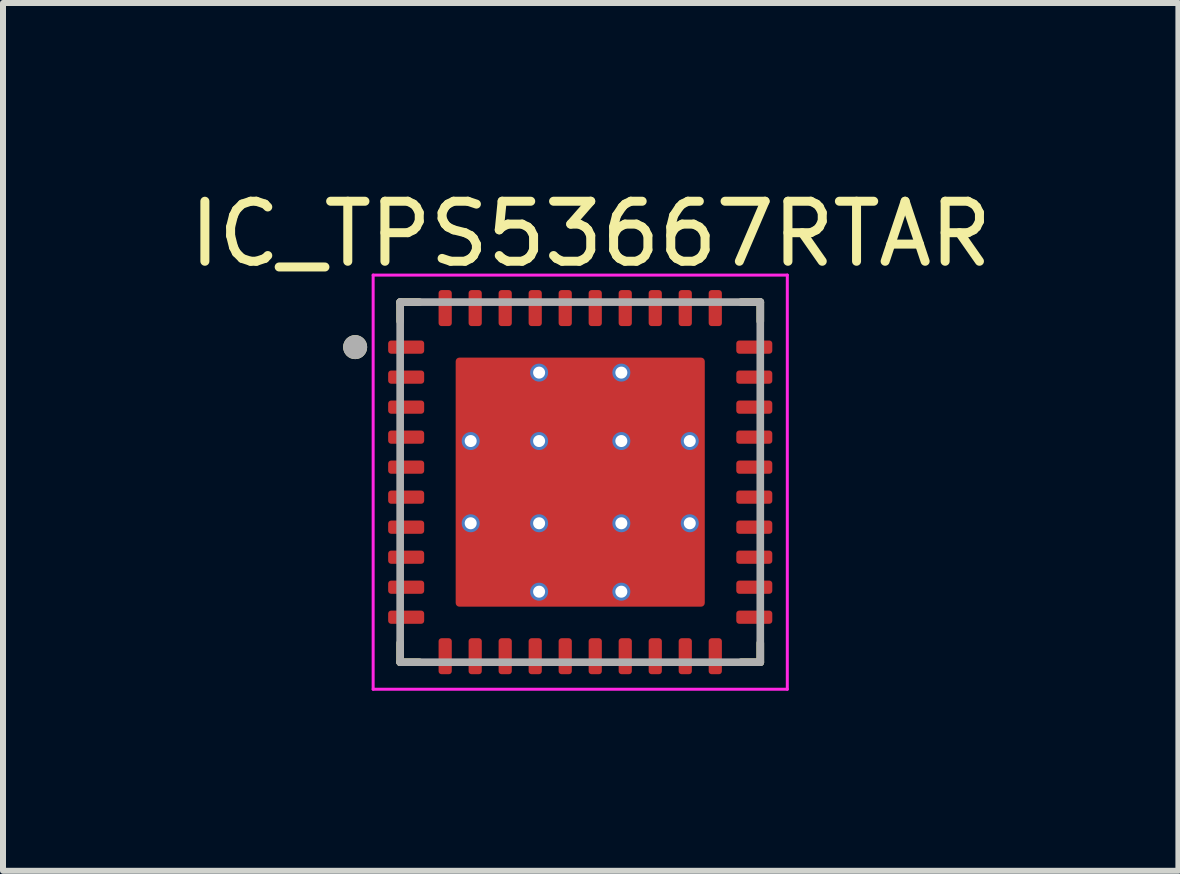
<source format=kicad_pcb>
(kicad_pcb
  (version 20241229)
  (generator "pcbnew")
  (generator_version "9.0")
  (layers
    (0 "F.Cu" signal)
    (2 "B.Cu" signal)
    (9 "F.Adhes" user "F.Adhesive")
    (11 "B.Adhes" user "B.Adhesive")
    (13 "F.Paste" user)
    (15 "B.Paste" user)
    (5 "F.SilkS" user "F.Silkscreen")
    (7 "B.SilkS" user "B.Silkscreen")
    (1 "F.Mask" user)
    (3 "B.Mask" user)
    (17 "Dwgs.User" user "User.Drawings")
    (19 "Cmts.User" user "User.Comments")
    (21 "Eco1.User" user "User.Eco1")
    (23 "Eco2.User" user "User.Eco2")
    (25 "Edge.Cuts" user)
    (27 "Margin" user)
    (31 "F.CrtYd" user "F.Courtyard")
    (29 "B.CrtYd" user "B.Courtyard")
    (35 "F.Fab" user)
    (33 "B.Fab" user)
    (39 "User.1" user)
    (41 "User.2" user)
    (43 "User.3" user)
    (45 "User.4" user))
  (footprint "IC_TPS53667RTAR"
    (layer "F.Cu")
    (at 6.617 4.983)
    (property "Reference" "IC_TPS53667RTAR" (at 0.175 -4.135 0) (layer "F.SilkS") (effects (font (size 1 1) (thickness 0.15))))
    (attr smd)
    (fp_poly (pts (xy -3.15 -2.41) (xy -2.65 -2.41) (xy -2.645 -2.41) (xy -2.64 -2.409) (xy -2.634 -2.409) (xy -2.629 -2.408) (xy -2.624 -2.407) (xy -2.619 -2.405) (xy -2.614 -2.403) (xy -2.609 -2.401) (xy -2.605 -2.399) (xy -2.6 -2.397) (xy -2.596 -2.394) (xy -2.591 -2.391) (xy -2.587 -2.388) (xy -2.583 -2.384) (xy -2.579 -2.381) (xy -2.576 -2.377) (xy -2.572 -2.373) (xy -2.569 -2.369) (xy -2.566 -2.364) (xy -2.563 -2.36) (xy -2.561 -2.355) (xy -2.559 -2.351) (xy -2.557 -2.346) (xy -2.555 -2.341) (xy -2.553 -2.336) (xy -2.552 -2.331) (xy -2.551 -2.326) (xy -2.551 -2.32) (xy -2.55 -2.315) (xy -2.55 -2.31) (xy -2.55 -2.19) (xy -2.55 -2.185) (xy -2.551 -2.18) (xy -2.551 -2.174) (xy -2.552 -2.169) (xy -2.553 -2.164) (xy -2.555 -2.159) (xy -2.557 -2.154) (xy -2.559 -2.149) (xy -2.561 -2.145) (xy -2.563 -2.14) (xy -2.566 -2.136) (xy -2.569 -2.131) (xy -2.572 -2.127) (xy -2.576 -2.123) (xy -2.579 -2.119) (xy -2.583 -2.116) (xy -2.587 -2.112) (xy -2.591 -2.109) (xy -2.596 -2.106) (xy -2.6 -2.103) (xy -2.605 -2.101) (xy -2.609 -2.099) (xy -2.614 -2.097) (xy -2.619 -2.095) (xy -2.624 -2.093) (xy -2.629 -2.092) (xy -2.634 -2.091) (xy -2.64 -2.091) (xy -2.645 -2.09) (xy -2.65 -2.09) (xy -3.15 -2.09) (xy -3.155 -2.09) (xy -3.16 -2.091) (xy -3.166 -2.091) (xy -3.171 -2.092) (xy -3.176 -2.093) (xy -3.181 -2.095) (xy -3.186 -2.097) (xy -3.191 -2.099) (xy -3.195 -2.101) (xy -3.2 -2.103) (xy -3.204 -2.106) (xy -3.209 -2.109) (xy -3.213 -2.112) (xy -3.217 -2.116) (xy -3.221 -2.119) (xy -3.224 -2.123) (xy -3.228 -2.127) (xy -3.231 -2.131) (xy -3.234 -2.136) (xy -3.237 -2.14) (xy -3.239 -2.145) (xy -3.241 -2.149) (xy -3.243 -2.154) (xy -3.245 -2.159) (xy -3.247 -2.164) (xy -3.248 -2.169) (xy -3.249 -2.174) (xy -3.249 -2.18) (xy -3.25 -2.185) (xy -3.25 -2.19) (xy -3.25 -2.31) (xy -3.25 -2.315) (xy -3.249 -2.32) (xy -3.249 -2.326) (xy -3.248 -2.331) (xy -3.247 -2.336) (xy -3.245 -2.341) (xy -3.243 -2.346) (xy -3.241 -2.351) (xy -3.239 -2.355) (xy -3.237 -2.36) (xy -3.234 -2.364) (xy -3.231 -2.369) (xy -3.228 -2.373) (xy -3.224 -2.377) (xy -3.221 -2.381) (xy -3.217 -2.384) (xy -3.213 -2.388) (xy -3.209 -2.391) (xy -3.204 -2.394) (xy -3.2 -2.397) (xy -3.195 -2.399) (xy -3.191 -2.401) (xy -3.186 -2.403) (xy -3.181 -2.405) (xy -3.176 -2.407) (xy -3.171 -2.408) (xy -3.166 -2.409) (xy -3.16 -2.409) (xy -3.155 -2.41) (xy -3.15 -2.41)) (stroke (width 0.01) (type solid)) (fill yes) (layer "F.Mask"))
    (fp_poly (pts (xy -3.15 -1.91) (xy -2.65 -1.91) (xy -2.645 -1.91) (xy -2.64 -1.909) (xy -2.634 -1.909) (xy -2.629 -1.908) (xy -2.624 -1.907) (xy -2.619 -1.905) (xy -2.614 -1.903) (xy -2.609 -1.901) (xy -2.605 -1.899) (xy -2.6 -1.897) (xy -2.596 -1.894) (xy -2.591 -1.891) (xy -2.587 -1.888) (xy -2.583 -1.884) (xy -2.579 -1.881) (xy -2.576 -1.877) (xy -2.572 -1.873) (xy -2.569 -1.869) (xy -2.566 -1.864) (xy -2.563 -1.86) (xy -2.561 -1.855) (xy -2.559 -1.851) (xy -2.557 -1.846) (xy -2.555 -1.841) (xy -2.553 -1.836) (xy -2.552 -1.831) (xy -2.551 -1.826) (xy -2.551 -1.82) (xy -2.55 -1.815) (xy -2.55 -1.81) (xy -2.55 -1.69) (xy -2.55 -1.685) (xy -2.551 -1.68) (xy -2.551 -1.674) (xy -2.552 -1.669) (xy -2.553 -1.664) (xy -2.555 -1.659) (xy -2.557 -1.654) (xy -2.559 -1.649) (xy -2.561 -1.645) (xy -2.563 -1.64) (xy -2.566 -1.636) (xy -2.569 -1.631) (xy -2.572 -1.627) (xy -2.576 -1.623) (xy -2.579 -1.619) (xy -2.583 -1.616) (xy -2.587 -1.612) (xy -2.591 -1.609) (xy -2.596 -1.606) (xy -2.6 -1.603) (xy -2.605 -1.601) (xy -2.609 -1.599) (xy -2.614 -1.597) (xy -2.619 -1.595) (xy -2.624 -1.593) (xy -2.629 -1.592) (xy -2.634 -1.591) (xy -2.64 -1.591) (xy -2.645 -1.59) (xy -2.65 -1.59) (xy -3.15 -1.59) (xy -3.155 -1.59) (xy -3.16 -1.591) (xy -3.166 -1.591) (xy -3.171 -1.592) (xy -3.176 -1.593) (xy -3.181 -1.595) (xy -3.186 -1.597) (xy -3.191 -1.599) (xy -3.195 -1.601) (xy -3.2 -1.603) (xy -3.204 -1.606) (xy -3.209 -1.609) (xy -3.213 -1.612) (xy -3.217 -1.616) (xy -3.221 -1.619) (xy -3.224 -1.623) (xy -3.228 -1.627) (xy -3.231 -1.631) (xy -3.234 -1.636) (xy -3.237 -1.64) (xy -3.239 -1.645) (xy -3.241 -1.649) (xy -3.243 -1.654) (xy -3.245 -1.659) (xy -3.247 -1.664) (xy -3.248 -1.669) (xy -3.249 -1.674) (xy -3.249 -1.68) (xy -3.25 -1.685) (xy -3.25 -1.69) (xy -3.25 -1.81) (xy -3.25 -1.815) (xy -3.249 -1.82) (xy -3.249 -1.826) (xy -3.248 -1.831) (xy -3.247 -1.836) (xy -3.245 -1.841) (xy -3.243 -1.846) (xy -3.241 -1.851) (xy -3.239 -1.855) (xy -3.237 -1.86) (xy -3.234 -1.864) (xy -3.231 -1.869) (xy -3.228 -1.873) (xy -3.224 -1.877) (xy -3.221 -1.881) (xy -3.217 -1.884) (xy -3.213 -1.888) (xy -3.209 -1.891) (xy -3.204 -1.894) (xy -3.2 -1.897) (xy -3.195 -1.899) (xy -3.191 -1.901) (xy -3.186 -1.903) (xy -3.181 -1.905) (xy -3.176 -1.907) (xy -3.171 -1.908) (xy -3.166 -1.909) (xy -3.16 -1.909) (xy -3.155 -1.91) (xy -3.15 -1.91)) (stroke (width 0.01) (type solid)) (fill yes) (layer "F.Mask"))
    (fp_poly (pts (xy -3.15 -1.41) (xy -2.65 -1.41) (xy -2.645 -1.41) (xy -2.64 -1.409) (xy -2.634 -1.409) (xy -2.629 -1.408) (xy -2.624 -1.407) (xy -2.619 -1.405) (xy -2.614 -1.403) (xy -2.609 -1.401) (xy -2.605 -1.399) (xy -2.6 -1.397) (xy -2.596 -1.394) (xy -2.591 -1.391) (xy -2.587 -1.388) (xy -2.583 -1.384) (xy -2.579 -1.381) (xy -2.576 -1.377) (xy -2.572 -1.373) (xy -2.569 -1.369) (xy -2.566 -1.364) (xy -2.563 -1.36) (xy -2.561 -1.355) (xy -2.559 -1.351) (xy -2.557 -1.346) (xy -2.555 -1.341) (xy -2.553 -1.336) (xy -2.552 -1.331) (xy -2.551 -1.326) (xy -2.551 -1.32) (xy -2.55 -1.315) (xy -2.55 -1.31) (xy -2.55 -1.19) (xy -2.55 -1.185) (xy -2.551 -1.18) (xy -2.551 -1.174) (xy -2.552 -1.169) (xy -2.553 -1.164) (xy -2.555 -1.159) (xy -2.557 -1.154) (xy -2.559 -1.149) (xy -2.561 -1.145) (xy -2.563 -1.14) (xy -2.566 -1.136) (xy -2.569 -1.131) (xy -2.572 -1.127) (xy -2.576 -1.123) (xy -2.579 -1.119) (xy -2.583 -1.116) (xy -2.587 -1.112) (xy -2.591 -1.109) (xy -2.596 -1.106) (xy -2.6 -1.103) (xy -2.605 -1.101) (xy -2.609 -1.099) (xy -2.614 -1.097) (xy -2.619 -1.095) (xy -2.624 -1.093) (xy -2.629 -1.092) (xy -2.634 -1.091) (xy -2.64 -1.091) (xy -2.645 -1.09) (xy -2.65 -1.09) (xy -3.15 -1.09) (xy -3.155 -1.09) (xy -3.16 -1.091) (xy -3.166 -1.091) (xy -3.171 -1.092) (xy -3.176 -1.093) (xy -3.181 -1.095) (xy -3.186 -1.097) (xy -3.191 -1.099) (xy -3.195 -1.101) (xy -3.2 -1.103) (xy -3.204 -1.106) (xy -3.209 -1.109) (xy -3.213 -1.112) (xy -3.217 -1.116) (xy -3.221 -1.119) (xy -3.224 -1.123) (xy -3.228 -1.127) (xy -3.231 -1.131) (xy -3.234 -1.136) (xy -3.237 -1.14) (xy -3.239 -1.145) (xy -3.241 -1.149) (xy -3.243 -1.154) (xy -3.245 -1.159) (xy -3.247 -1.164) (xy -3.248 -1.169) (xy -3.249 -1.174) (xy -3.249 -1.18) (xy -3.25 -1.185) (xy -3.25 -1.19) (xy -3.25 -1.31) (xy -3.25 -1.315) (xy -3.249 -1.32) (xy -3.249 -1.326) (xy -3.248 -1.331) (xy -3.247 -1.336) (xy -3.245 -1.341) (xy -3.243 -1.346) (xy -3.241 -1.351) (xy -3.239 -1.355) (xy -3.237 -1.36) (xy -3.234 -1.364) (xy -3.231 -1.369) (xy -3.228 -1.373) (xy -3.224 -1.377) (xy -3.221 -1.381) (xy -3.217 -1.384) (xy -3.213 -1.388) (xy -3.209 -1.391) (xy -3.204 -1.394) (xy -3.2 -1.397) (xy -3.195 -1.399) (xy -3.191 -1.401) (xy -3.186 -1.403) (xy -3.181 -1.405) (xy -3.176 -1.407) (xy -3.171 -1.408) (xy -3.166 -1.409) (xy -3.16 -1.409) (xy -3.155 -1.41) (xy -3.15 -1.41)) (stroke (width 0.01) (type solid)) (fill yes) (layer "F.Mask"))
    (fp_poly (pts (xy -3.15 -0.91) (xy -2.65 -0.91) (xy -2.645 -0.91) (xy -2.64 -0.909) (xy -2.634 -0.909) (xy -2.629 -0.908) (xy -2.624 -0.907) (xy -2.619 -0.905) (xy -2.614 -0.903) (xy -2.609 -0.901) (xy -2.605 -0.899) (xy -2.6 -0.897) (xy -2.596 -0.894) (xy -2.591 -0.891) (xy -2.587 -0.888) (xy -2.583 -0.884) (xy -2.579 -0.881) (xy -2.576 -0.877) (xy -2.572 -0.873) (xy -2.569 -0.869) (xy -2.566 -0.864) (xy -2.563 -0.86) (xy -2.561 -0.855) (xy -2.559 -0.851) (xy -2.557 -0.846) (xy -2.555 -0.841) (xy -2.553 -0.836) (xy -2.552 -0.831) (xy -2.551 -0.826) (xy -2.551 -0.82) (xy -2.55 -0.815) (xy -2.55 -0.81) (xy -2.55 -0.69) (xy -2.55 -0.685) (xy -2.551 -0.68) (xy -2.551 -0.674) (xy -2.552 -0.669) (xy -2.553 -0.664) (xy -2.555 -0.659) (xy -2.557 -0.654) (xy -2.559 -0.649) (xy -2.561 -0.645) (xy -2.563 -0.64) (xy -2.566 -0.636) (xy -2.569 -0.631) (xy -2.572 -0.627) (xy -2.576 -0.623) (xy -2.579 -0.619) (xy -2.583 -0.616) (xy -2.587 -0.612) (xy -2.591 -0.609) (xy -2.596 -0.606) (xy -2.6 -0.603) (xy -2.605 -0.601) (xy -2.609 -0.599) (xy -2.614 -0.597) (xy -2.619 -0.595) (xy -2.624 -0.593) (xy -2.629 -0.592) (xy -2.634 -0.591) (xy -2.64 -0.591) (xy -2.645 -0.59) (xy -2.65 -0.59) (xy -3.15 -0.59) (xy -3.155 -0.59) (xy -3.16 -0.591) (xy -3.166 -0.591) (xy -3.171 -0.592) (xy -3.176 -0.593) (xy -3.181 -0.595) (xy -3.186 -0.597) (xy -3.191 -0.599) (xy -3.195 -0.601) (xy -3.2 -0.603) (xy -3.204 -0.606) (xy -3.209 -0.609) (xy -3.213 -0.612) (xy -3.217 -0.616) (xy -3.221 -0.619) (xy -3.224 -0.623) (xy -3.228 -0.627) (xy -3.231 -0.631) (xy -3.234 -0.636) (xy -3.237 -0.64) (xy -3.239 -0.645) (xy -3.241 -0.649) (xy -3.243 -0.654) (xy -3.245 -0.659) (xy -3.247 -0.664) (xy -3.248 -0.669) (xy -3.249 -0.674) (xy -3.249 -0.68) (xy -3.25 -0.685) (xy -3.25 -0.69) (xy -3.25 -0.81) (xy -3.25 -0.815) (xy -3.249 -0.82) (xy -3.249 -0.826) (xy -3.248 -0.831) (xy -3.247 -0.836) (xy -3.245 -0.841) (xy -3.243 -0.846) (xy -3.241 -0.851) (xy -3.239 -0.855) (xy -3.237 -0.86) (xy -3.234 -0.864) (xy -3.231 -0.869) (xy -3.228 -0.873) (xy -3.224 -0.877) (xy -3.221 -0.881) (xy -3.217 -0.884) (xy -3.213 -0.888) (xy -3.209 -0.891) (xy -3.204 -0.894) (xy -3.2 -0.897) (xy -3.195 -0.899) (xy -3.191 -0.901) (xy -3.186 -0.903) (xy -3.181 -0.905) (xy -3.176 -0.907) (xy -3.171 -0.908) (xy -3.166 -0.909) (xy -3.16 -0.909) (xy -3.155 -0.91) (xy -3.15 -0.91)) (stroke (width 0.01) (type solid)) (fill yes) (layer "F.Mask"))
    (fp_poly (pts (xy -3.15 -0.41) (xy -2.65 -0.41) (xy -2.645 -0.41) (xy -2.64 -0.409) (xy -2.634 -0.409) (xy -2.629 -0.408) (xy -2.624 -0.407) (xy -2.619 -0.405) (xy -2.614 -0.403) (xy -2.609 -0.401) (xy -2.605 -0.399) (xy -2.6 -0.397) (xy -2.596 -0.394) (xy -2.591 -0.391) (xy -2.587 -0.388) (xy -2.583 -0.384) (xy -2.579 -0.381) (xy -2.576 -0.377) (xy -2.572 -0.373) (xy -2.569 -0.369) (xy -2.566 -0.364) (xy -2.563 -0.36) (xy -2.561 -0.355) (xy -2.559 -0.351) (xy -2.557 -0.346) (xy -2.555 -0.341) (xy -2.553 -0.336) (xy -2.552 -0.331) (xy -2.551 -0.326) (xy -2.551 -0.32) (xy -2.55 -0.315) (xy -2.55 -0.31) (xy -2.55 -0.19) (xy -2.55 -0.185) (xy -2.551 -0.18) (xy -2.551 -0.174) (xy -2.552 -0.169) (xy -2.553 -0.164) (xy -2.555 -0.159) (xy -2.557 -0.154) (xy -2.559 -0.149) (xy -2.561 -0.145) (xy -2.563 -0.14) (xy -2.566 -0.136) (xy -2.569 -0.131) (xy -2.572 -0.127) (xy -2.576 -0.123) (xy -2.579 -0.119) (xy -2.583 -0.116) (xy -2.587 -0.112) (xy -2.591 -0.109) (xy -2.596 -0.106) (xy -2.6 -0.103) (xy -2.605 -0.101) (xy -2.609 -0.099) (xy -2.614 -0.097) (xy -2.619 -0.095) (xy -2.624 -0.093) (xy -2.629 -0.092) (xy -2.634 -0.091) (xy -2.64 -0.091) (xy -2.645 -0.09) (xy -2.65 -0.09) (xy -3.15 -0.09) (xy -3.155 -0.09) (xy -3.16 -0.091) (xy -3.166 -0.091) (xy -3.171 -0.092) (xy -3.176 -0.093) (xy -3.181 -0.095) (xy -3.186 -0.097) (xy -3.191 -0.099) (xy -3.195 -0.101) (xy -3.2 -0.103) (xy -3.204 -0.106) (xy -3.209 -0.109) (xy -3.213 -0.112) (xy -3.217 -0.116) (xy -3.221 -0.119) (xy -3.224 -0.123) (xy -3.228 -0.127) (xy -3.231 -0.131) (xy -3.234 -0.136) (xy -3.237 -0.14) (xy -3.239 -0.145) (xy -3.241 -0.149) (xy -3.243 -0.154) (xy -3.245 -0.159) (xy -3.247 -0.164) (xy -3.248 -0.169) (xy -3.249 -0.174) (xy -3.249 -0.18) (xy -3.25 -0.185) (xy -3.25 -0.19) (xy -3.25 -0.31) (xy -3.25 -0.315) (xy -3.249 -0.32) (xy -3.249 -0.326) (xy -3.248 -0.331) (xy -3.247 -0.336) (xy -3.245 -0.341) (xy -3.243 -0.346) (xy -3.241 -0.351) (xy -3.239 -0.355) (xy -3.237 -0.36) (xy -3.234 -0.364) (xy -3.231 -0.369) (xy -3.228 -0.373) (xy -3.224 -0.377) (xy -3.221 -0.381) (xy -3.217 -0.384) (xy -3.213 -0.388) (xy -3.209 -0.391) (xy -3.204 -0.394) (xy -3.2 -0.397) (xy -3.195 -0.399) (xy -3.191 -0.401) (xy -3.186 -0.403) (xy -3.181 -0.405) (xy -3.176 -0.407) (xy -3.171 -0.408) (xy -3.166 -0.409) (xy -3.16 -0.409) (xy -3.155 -0.41) (xy -3.15 -0.41)) (stroke (width 0.01) (type solid)) (fill yes) (layer "F.Mask"))
    (fp_poly (pts (xy -3.15 0.09) (xy -2.65 0.09) (xy -2.645 0.09) (xy -2.64 0.091) (xy -2.634 0.091) (xy -2.629 0.092) (xy -2.624 0.093) (xy -2.619 0.095) (xy -2.614 0.097) (xy -2.609 0.099) (xy -2.605 0.101) (xy -2.6 0.103) (xy -2.596 0.106) (xy -2.591 0.109) (xy -2.587 0.112) (xy -2.583 0.116) (xy -2.579 0.119) (xy -2.576 0.123) (xy -2.572 0.127) (xy -2.569 0.131) (xy -2.566 0.136) (xy -2.563 0.14) (xy -2.561 0.145) (xy -2.559 0.149) (xy -2.557 0.154) (xy -2.555 0.159) (xy -2.553 0.164) (xy -2.552 0.169) (xy -2.551 0.174) (xy -2.551 0.18) (xy -2.55 0.185) (xy -2.55 0.19) (xy -2.55 0.31) (xy -2.55 0.315) (xy -2.551 0.32) (xy -2.551 0.326) (xy -2.552 0.331) (xy -2.553 0.336) (xy -2.555 0.341) (xy -2.557 0.346) (xy -2.559 0.351) (xy -2.561 0.355) (xy -2.563 0.36) (xy -2.566 0.364) (xy -2.569 0.369) (xy -2.572 0.373) (xy -2.576 0.377) (xy -2.579 0.381) (xy -2.583 0.384) (xy -2.587 0.388) (xy -2.591 0.391) (xy -2.596 0.394) (xy -2.6 0.397) (xy -2.605 0.399) (xy -2.609 0.401) (xy -2.614 0.403) (xy -2.619 0.405) (xy -2.624 0.407) (xy -2.629 0.408) (xy -2.634 0.409) (xy -2.64 0.409) (xy -2.645 0.41) (xy -2.65 0.41) (xy -3.15 0.41) (xy -3.155 0.41) (xy -3.16 0.409) (xy -3.166 0.409) (xy -3.171 0.408) (xy -3.176 0.407) (xy -3.181 0.405) (xy -3.186 0.403) (xy -3.191 0.401) (xy -3.195 0.399) (xy -3.2 0.397) (xy -3.204 0.394) (xy -3.209 0.391) (xy -3.213 0.388) (xy -3.217 0.384) (xy -3.221 0.381) (xy -3.224 0.377) (xy -3.228 0.373) (xy -3.231 0.369) (xy -3.234 0.364) (xy -3.237 0.36) (xy -3.239 0.355) (xy -3.241 0.351) (xy -3.243 0.346) (xy -3.245 0.341) (xy -3.247 0.336) (xy -3.248 0.331) (xy -3.249 0.326) (xy -3.249 0.32) (xy -3.25 0.315) (xy -3.25 0.31) (xy -3.25 0.19) (xy -3.25 0.185) (xy -3.249 0.18) (xy -3.249 0.174) (xy -3.248 0.169) (xy -3.247 0.164) (xy -3.245 0.159) (xy -3.243 0.154) (xy -3.241 0.149) (xy -3.239 0.145) (xy -3.237 0.14) (xy -3.234 0.136) (xy -3.231 0.131) (xy -3.228 0.127) (xy -3.224 0.123) (xy -3.221 0.119) (xy -3.217 0.116) (xy -3.213 0.112) (xy -3.209 0.109) (xy -3.204 0.106) (xy -3.2 0.103) (xy -3.195 0.101) (xy -3.191 0.099) (xy -3.186 0.097) (xy -3.181 0.095) (xy -3.176 0.093) (xy -3.171 0.092) (xy -3.166 0.091) (xy -3.16 0.091) (xy -3.155 0.09) (xy -3.15 0.09)) (stroke (width 0.01) (type solid)) (fill yes) (layer "F.Mask"))
    (fp_poly (pts (xy -3.15 0.59) (xy -2.65 0.59) (xy -2.645 0.59) (xy -2.64 0.591) (xy -2.634 0.591) (xy -2.629 0.592) (xy -2.624 0.593) (xy -2.619 0.595) (xy -2.614 0.597) (xy -2.609 0.599) (xy -2.605 0.601) (xy -2.6 0.603) (xy -2.596 0.606) (xy -2.591 0.609) (xy -2.587 0.612) (xy -2.583 0.616) (xy -2.579 0.619) (xy -2.576 0.623) (xy -2.572 0.627) (xy -2.569 0.631) (xy -2.566 0.636) (xy -2.563 0.64) (xy -2.561 0.645) (xy -2.559 0.649) (xy -2.557 0.654) (xy -2.555 0.659) (xy -2.553 0.664) (xy -2.552 0.669) (xy -2.551 0.674) (xy -2.551 0.68) (xy -2.55 0.685) (xy -2.55 0.69) (xy -2.55 0.81) (xy -2.55 0.815) (xy -2.551 0.82) (xy -2.551 0.826) (xy -2.552 0.831) (xy -2.553 0.836) (xy -2.555 0.841) (xy -2.557 0.846) (xy -2.559 0.851) (xy -2.561 0.855) (xy -2.563 0.86) (xy -2.566 0.864) (xy -2.569 0.869) (xy -2.572 0.873) (xy -2.576 0.877) (xy -2.579 0.881) (xy -2.583 0.884) (xy -2.587 0.888) (xy -2.591 0.891) (xy -2.596 0.894) (xy -2.6 0.897) (xy -2.605 0.899) (xy -2.609 0.901) (xy -2.614 0.903) (xy -2.619 0.905) (xy -2.624 0.907) (xy -2.629 0.908) (xy -2.634 0.909) (xy -2.64 0.909) (xy -2.645 0.91) (xy -2.65 0.91) (xy -3.15 0.91) (xy -3.155 0.91) (xy -3.16 0.909) (xy -3.166 0.909) (xy -3.171 0.908) (xy -3.176 0.907) (xy -3.181 0.905) (xy -3.186 0.903) (xy -3.191 0.901) (xy -3.195 0.899) (xy -3.2 0.897) (xy -3.204 0.894) (xy -3.209 0.891) (xy -3.213 0.888) (xy -3.217 0.884) (xy -3.221 0.881) (xy -3.224 0.877) (xy -3.228 0.873) (xy -3.231 0.869) (xy -3.234 0.864) (xy -3.237 0.86) (xy -3.239 0.855) (xy -3.241 0.851) (xy -3.243 0.846) (xy -3.245 0.841) (xy -3.247 0.836) (xy -3.248 0.831) (xy -3.249 0.826) (xy -3.249 0.82) (xy -3.25 0.815) (xy -3.25 0.81) (xy -3.25 0.69) (xy -3.25 0.685) (xy -3.249 0.68) (xy -3.249 0.674) (xy -3.248 0.669) (xy -3.247 0.664) (xy -3.245 0.659) (xy -3.243 0.654) (xy -3.241 0.649) (xy -3.239 0.645) (xy -3.237 0.64) (xy -3.234 0.636) (xy -3.231 0.631) (xy -3.228 0.627) (xy -3.224 0.623) (xy -3.221 0.619) (xy -3.217 0.616) (xy -3.213 0.612) (xy -3.209 0.609) (xy -3.204 0.606) (xy -3.2 0.603) (xy -3.195 0.601) (xy -3.191 0.599) (xy -3.186 0.597) (xy -3.181 0.595) (xy -3.176 0.593) (xy -3.171 0.592) (xy -3.166 0.591) (xy -3.16 0.591) (xy -3.155 0.59) (xy -3.15 0.59)) (stroke (width 0.01) (type solid)) (fill yes) (layer "F.Mask"))
    (fp_poly (pts (xy -3.15 1.09) (xy -2.65 1.09) (xy -2.645 1.09) (xy -2.64 1.091) (xy -2.634 1.091) (xy -2.629 1.092) (xy -2.624 1.093) (xy -2.619 1.095) (xy -2.614 1.097) (xy -2.609 1.099) (xy -2.605 1.101) (xy -2.6 1.103) (xy -2.596 1.106) (xy -2.591 1.109) (xy -2.587 1.112) (xy -2.583 1.116) (xy -2.579 1.119) (xy -2.576 1.123) (xy -2.572 1.127) (xy -2.569 1.131) (xy -2.566 1.136) (xy -2.563 1.14) (xy -2.561 1.145) (xy -2.559 1.149) (xy -2.557 1.154) (xy -2.555 1.159) (xy -2.553 1.164) (xy -2.552 1.169) (xy -2.551 1.174) (xy -2.551 1.18) (xy -2.55 1.185) (xy -2.55 1.19) (xy -2.55 1.31) (xy -2.55 1.315) (xy -2.551 1.32) (xy -2.551 1.326) (xy -2.552 1.331) (xy -2.553 1.336) (xy -2.555 1.341) (xy -2.557 1.346) (xy -2.559 1.351) (xy -2.561 1.355) (xy -2.563 1.36) (xy -2.566 1.364) (xy -2.569 1.369) (xy -2.572 1.373) (xy -2.576 1.377) (xy -2.579 1.381) (xy -2.583 1.384) (xy -2.587 1.388) (xy -2.591 1.391) (xy -2.596 1.394) (xy -2.6 1.397) (xy -2.605 1.399) (xy -2.609 1.401) (xy -2.614 1.403) (xy -2.619 1.405) (xy -2.624 1.407) (xy -2.629 1.408) (xy -2.634 1.409) (xy -2.64 1.409) (xy -2.645 1.41) (xy -2.65 1.41) (xy -3.15 1.41) (xy -3.155 1.41) (xy -3.16 1.409) (xy -3.166 1.409) (xy -3.171 1.408) (xy -3.176 1.407) (xy -3.181 1.405) (xy -3.186 1.403) (xy -3.191 1.401) (xy -3.195 1.399) (xy -3.2 1.397) (xy -3.204 1.394) (xy -3.209 1.391) (xy -3.213 1.388) (xy -3.217 1.384) (xy -3.221 1.381) (xy -3.224 1.377) (xy -3.228 1.373) (xy -3.231 1.369) (xy -3.234 1.364) (xy -3.237 1.36) (xy -3.239 1.355) (xy -3.241 1.351) (xy -3.243 1.346) (xy -3.245 1.341) (xy -3.247 1.336) (xy -3.248 1.331) (xy -3.249 1.326) (xy -3.249 1.32) (xy -3.25 1.315) (xy -3.25 1.31) (xy -3.25 1.19) (xy -3.25 1.185) (xy -3.249 1.18) (xy -3.249 1.174) (xy -3.248 1.169) (xy -3.247 1.164) (xy -3.245 1.159) (xy -3.243 1.154) (xy -3.241 1.149) (xy -3.239 1.145) (xy -3.237 1.14) (xy -3.234 1.136) (xy -3.231 1.131) (xy -3.228 1.127) (xy -3.224 1.123) (xy -3.221 1.119) (xy -3.217 1.116) (xy -3.213 1.112) (xy -3.209 1.109) (xy -3.204 1.106) (xy -3.2 1.103) (xy -3.195 1.101) (xy -3.191 1.099) (xy -3.186 1.097) (xy -3.181 1.095) (xy -3.176 1.093) (xy -3.171 1.092) (xy -3.166 1.091) (xy -3.16 1.091) (xy -3.155 1.09) (xy -3.15 1.09)) (stroke (width 0.01) (type solid)) (fill yes) (layer "F.Mask"))
    (fp_poly (pts (xy -3.15 1.59) (xy -2.65 1.59) (xy -2.645 1.59) (xy -2.64 1.591) (xy -2.634 1.591) (xy -2.629 1.592) (xy -2.624 1.593) (xy -2.619 1.595) (xy -2.614 1.597) (xy -2.609 1.599) (xy -2.605 1.601) (xy -2.6 1.603) (xy -2.596 1.606) (xy -2.591 1.609) (xy -2.587 1.612) (xy -2.583 1.616) (xy -2.579 1.619) (xy -2.576 1.623) (xy -2.572 1.627) (xy -2.569 1.631) (xy -2.566 1.636) (xy -2.563 1.64) (xy -2.561 1.645) (xy -2.559 1.649) (xy -2.557 1.654) (xy -2.555 1.659) (xy -2.553 1.664) (xy -2.552 1.669) (xy -2.551 1.674) (xy -2.551 1.68) (xy -2.55 1.685) (xy -2.55 1.69) (xy -2.55 1.81) (xy -2.55 1.815) (xy -2.551 1.82) (xy -2.551 1.826) (xy -2.552 1.831) (xy -2.553 1.836) (xy -2.555 1.841) (xy -2.557 1.846) (xy -2.559 1.851) (xy -2.561 1.855) (xy -2.563 1.86) (xy -2.566 1.864) (xy -2.569 1.869) (xy -2.572 1.873) (xy -2.576 1.877) (xy -2.579 1.881) (xy -2.583 1.884) (xy -2.587 1.888) (xy -2.591 1.891) (xy -2.596 1.894) (xy -2.6 1.897) (xy -2.605 1.899) (xy -2.609 1.901) (xy -2.614 1.903) (xy -2.619 1.905) (xy -2.624 1.907) (xy -2.629 1.908) (xy -2.634 1.909) (xy -2.64 1.909) (xy -2.645 1.91) (xy -2.65 1.91) (xy -3.15 1.91) (xy -3.155 1.91) (xy -3.16 1.909) (xy -3.166 1.909) (xy -3.171 1.908) (xy -3.176 1.907) (xy -3.181 1.905) (xy -3.186 1.903) (xy -3.191 1.901) (xy -3.195 1.899) (xy -3.2 1.897) (xy -3.204 1.894) (xy -3.209 1.891) (xy -3.213 1.888) (xy -3.217 1.884) (xy -3.221 1.881) (xy -3.224 1.877) (xy -3.228 1.873) (xy -3.231 1.869) (xy -3.234 1.864) (xy -3.237 1.86) (xy -3.239 1.855) (xy -3.241 1.851) (xy -3.243 1.846) (xy -3.245 1.841) (xy -3.247 1.836) (xy -3.248 1.831) (xy -3.249 1.826) (xy -3.249 1.82) (xy -3.25 1.815) (xy -3.25 1.81) (xy -3.25 1.69) (xy -3.25 1.685) (xy -3.249 1.68) (xy -3.249 1.674) (xy -3.248 1.669) (xy -3.247 1.664) (xy -3.245 1.659) (xy -3.243 1.654) (xy -3.241 1.649) (xy -3.239 1.645) (xy -3.237 1.64) (xy -3.234 1.636) (xy -3.231 1.631) (xy -3.228 1.627) (xy -3.224 1.623) (xy -3.221 1.619) (xy -3.217 1.616) (xy -3.213 1.612) (xy -3.209 1.609) (xy -3.204 1.606) (xy -3.2 1.603) (xy -3.195 1.601) (xy -3.191 1.599) (xy -3.186 1.597) (xy -3.181 1.595) (xy -3.176 1.593) (xy -3.171 1.592) (xy -3.166 1.591) (xy -3.16 1.591) (xy -3.155 1.59) (xy -3.15 1.59)) (stroke (width 0.01) (type solid)) (fill yes) (layer "F.Mask"))
    (fp_poly (pts (xy -3.15 2.09) (xy -2.65 2.09) (xy -2.645 2.09) (xy -2.64 2.091) (xy -2.634 2.091) (xy -2.629 2.092) (xy -2.624 2.093) (xy -2.619 2.095) (xy -2.614 2.097) (xy -2.609 2.099) (xy -2.605 2.101) (xy -2.6 2.103) (xy -2.596 2.106) (xy -2.591 2.109) (xy -2.587 2.112) (xy -2.583 2.116) (xy -2.579 2.119) (xy -2.576 2.123) (xy -2.572 2.127) (xy -2.569 2.131) (xy -2.566 2.136) (xy -2.563 2.14) (xy -2.561 2.145) (xy -2.559 2.149) (xy -2.557 2.154) (xy -2.555 2.159) (xy -2.553 2.164) (xy -2.552 2.169) (xy -2.551 2.174) (xy -2.551 2.18) (xy -2.55 2.185) (xy -2.55 2.19) (xy -2.55 2.31) (xy -2.55 2.315) (xy -2.551 2.32) (xy -2.551 2.326) (xy -2.552 2.331) (xy -2.553 2.336) (xy -2.555 2.341) (xy -2.557 2.346) (xy -2.559 2.351) (xy -2.561 2.355) (xy -2.563 2.36) (xy -2.566 2.364) (xy -2.569 2.369) (xy -2.572 2.373) (xy -2.576 2.377) (xy -2.579 2.381) (xy -2.583 2.384) (xy -2.587 2.388) (xy -2.591 2.391) (xy -2.596 2.394) (xy -2.6 2.397) (xy -2.605 2.399) (xy -2.609 2.401) (xy -2.614 2.403) (xy -2.619 2.405) (xy -2.624 2.407) (xy -2.629 2.408) (xy -2.634 2.409) (xy -2.64 2.409) (xy -2.645 2.41) (xy -2.65 2.41) (xy -3.15 2.41) (xy -3.155 2.41) (xy -3.16 2.409) (xy -3.166 2.409) (xy -3.171 2.408) (xy -3.176 2.407) (xy -3.181 2.405) (xy -3.186 2.403) (xy -3.191 2.401) (xy -3.195 2.399) (xy -3.2 2.397) (xy -3.204 2.394) (xy -3.209 2.391) (xy -3.213 2.388) (xy -3.217 2.384) (xy -3.221 2.381) (xy -3.224 2.377) (xy -3.228 2.373) (xy -3.231 2.369) (xy -3.234 2.364) (xy -3.237 2.36) (xy -3.239 2.355) (xy -3.241 2.351) (xy -3.243 2.346) (xy -3.245 2.341) (xy -3.247 2.336) (xy -3.248 2.331) (xy -3.249 2.326) (xy -3.249 2.32) (xy -3.25 2.315) (xy -3.25 2.31) (xy -3.25 2.19) (xy -3.25 2.185) (xy -3.249 2.18) (xy -3.249 2.174) (xy -3.248 2.169) (xy -3.247 2.164) (xy -3.245 2.159) (xy -3.243 2.154) (xy -3.241 2.149) (xy -3.239 2.145) (xy -3.237 2.14) (xy -3.234 2.136) (xy -3.231 2.131) (xy -3.228 2.127) (xy -3.224 2.123) (xy -3.221 2.119) (xy -3.217 2.116) (xy -3.213 2.112) (xy -3.209 2.109) (xy -3.204 2.106) (xy -3.2 2.103) (xy -3.195 2.101) (xy -3.191 2.099) (xy -3.186 2.097) (xy -3.181 2.095) (xy -3.176 2.093) (xy -3.171 2.092) (xy -3.166 2.091) (xy -3.16 2.091) (xy -3.155 2.09) (xy -3.15 2.09)) (stroke (width 0.01) (type solid)) (fill yes) (layer "F.Mask"))
    (fp_poly (pts (xy -2.41 3.15) (xy -2.41 2.65) (xy -2.41 2.645) (xy -2.409 2.64) (xy -2.409 2.634) (xy -2.408 2.629) (xy -2.407 2.624) (xy -2.405 2.619) (xy -2.403 2.614) (xy -2.401 2.609) (xy -2.399 2.605) (xy -2.397 2.6) (xy -2.394 2.596) (xy -2.391 2.591) (xy -2.388 2.587) (xy -2.384 2.583) (xy -2.381 2.579) (xy -2.377 2.576) (xy -2.373 2.572) (xy -2.369 2.569) (xy -2.364 2.566) (xy -2.36 2.563) (xy -2.355 2.561) (xy -2.351 2.559) (xy -2.346 2.557) (xy -2.341 2.555) (xy -2.336 2.553) (xy -2.331 2.552) (xy -2.326 2.551) (xy -2.32 2.551) (xy -2.315 2.55) (xy -2.31 2.55) (xy -2.19 2.55) (xy -2.185 2.55) (xy -2.18 2.551) (xy -2.174 2.551) (xy -2.169 2.552) (xy -2.164 2.553) (xy -2.159 2.555) (xy -2.154 2.557) (xy -2.149 2.559) (xy -2.145 2.561) (xy -2.14 2.563) (xy -2.136 2.566) (xy -2.131 2.569) (xy -2.127 2.572) (xy -2.123 2.576) (xy -2.119 2.579) (xy -2.116 2.583) (xy -2.112 2.587) (xy -2.109 2.591) (xy -2.106 2.596) (xy -2.103 2.6) (xy -2.101 2.605) (xy -2.099 2.609) (xy -2.097 2.614) (xy -2.095 2.619) (xy -2.093 2.624) (xy -2.092 2.629) (xy -2.091 2.634) (xy -2.091 2.64) (xy -2.09 2.645) (xy -2.09 2.65) (xy -2.09 3.15) (xy -2.09 3.155) (xy -2.091 3.16) (xy -2.091 3.166) (xy -2.092 3.171) (xy -2.093 3.176) (xy -2.095 3.181) (xy -2.097 3.186) (xy -2.099 3.191) (xy -2.101 3.195) (xy -2.103 3.2) (xy -2.106 3.204) (xy -2.109 3.209) (xy -2.112 3.213) (xy -2.116 3.217) (xy -2.119 3.221) (xy -2.123 3.224) (xy -2.127 3.228) (xy -2.131 3.231) (xy -2.136 3.234) (xy -2.14 3.237) (xy -2.145 3.239) (xy -2.149 3.241) (xy -2.154 3.243) (xy -2.159 3.245) (xy -2.164 3.247) (xy -2.169 3.248) (xy -2.174 3.249) (xy -2.18 3.249) (xy -2.185 3.25) (xy -2.19 3.25) (xy -2.31 3.25) (xy -2.315 3.25) (xy -2.32 3.249) (xy -2.326 3.249) (xy -2.331 3.248) (xy -2.336 3.247) (xy -2.341 3.245) (xy -2.346 3.243) (xy -2.351 3.241) (xy -2.355 3.239) (xy -2.36 3.237) (xy -2.364 3.234) (xy -2.369 3.231) (xy -2.373 3.228) (xy -2.377 3.224) (xy -2.381 3.221) (xy -2.384 3.217) (xy -2.388 3.213) (xy -2.391 3.209) (xy -2.394 3.204) (xy -2.397 3.2) (xy -2.399 3.195) (xy -2.401 3.191) (xy -2.403 3.186) (xy -2.405 3.181) (xy -2.407 3.176) (xy -2.408 3.171) (xy -2.409 3.166) (xy -2.409 3.16) (xy -2.41 3.155) (xy -2.41 3.15)) (stroke (width 0.01) (type solid)) (fill yes) (layer "F.Mask"))
    (fp_poly (pts (xy -2.09 -3.15) (xy -2.09 -2.65) (xy -2.09 -2.645) (xy -2.091 -2.64) (xy -2.091 -2.634) (xy -2.092 -2.629) (xy -2.093 -2.624) (xy -2.095 -2.619) (xy -2.097 -2.614) (xy -2.099 -2.609) (xy -2.101 -2.605) (xy -2.103 -2.6) (xy -2.106 -2.596) (xy -2.109 -2.591) (xy -2.112 -2.587) (xy -2.116 -2.583) (xy -2.119 -2.579) (xy -2.123 -2.576) (xy -2.127 -2.572) (xy -2.131 -2.569) (xy -2.136 -2.566) (xy -2.14 -2.563) (xy -2.145 -2.561) (xy -2.149 -2.559) (xy -2.154 -2.557) (xy -2.159 -2.555) (xy -2.164 -2.553) (xy -2.169 -2.552) (xy -2.174 -2.551) (xy -2.18 -2.551) (xy -2.185 -2.55) (xy -2.19 -2.55) (xy -2.31 -2.55) (xy -2.315 -2.55) (xy -2.32 -2.551) (xy -2.326 -2.551) (xy -2.331 -2.552) (xy -2.336 -2.553) (xy -2.341 -2.555) (xy -2.346 -2.557) (xy -2.351 -2.559) (xy -2.355 -2.561) (xy -2.36 -2.563) (xy -2.364 -2.566) (xy -2.369 -2.569) (xy -2.373 -2.572) (xy -2.377 -2.576) (xy -2.381 -2.579) (xy -2.384 -2.583) (xy -2.388 -2.587) (xy -2.391 -2.591) (xy -2.394 -2.596) (xy -2.397 -2.6) (xy -2.399 -2.605) (xy -2.401 -2.609) (xy -2.403 -2.614) (xy -2.405 -2.619) (xy -2.407 -2.624) (xy -2.408 -2.629) (xy -2.409 -2.634) (xy -2.409 -2.64) (xy -2.41 -2.645) (xy -2.41 -2.65) (xy -2.41 -3.15) (xy -2.41 -3.155) (xy -2.409 -3.16) (xy -2.409 -3.166) (xy -2.408 -3.171) (xy -2.407 -3.176) (xy -2.405 -3.181) (xy -2.403 -3.186) (xy -2.401 -3.191) (xy -2.399 -3.195) (xy -2.397 -3.2) (xy -2.394 -3.204) (xy -2.391 -3.209) (xy -2.388 -3.213) (xy -2.384 -3.217) (xy -2.381 -3.221) (xy -2.377 -3.224) (xy -2.373 -3.228) (xy -2.369 -3.231) (xy -2.364 -3.234) (xy -2.36 -3.237) (xy -2.355 -3.239) (xy -2.351 -3.241) (xy -2.346 -3.243) (xy -2.341 -3.245) (xy -2.336 -3.247) (xy -2.331 -3.248) (xy -2.326 -3.249) (xy -2.32 -3.249) (xy -2.315 -3.25) (xy -2.31 -3.25) (xy -2.19 -3.25) (xy -2.185 -3.25) (xy -2.18 -3.249) (xy -2.174 -3.249) (xy -2.169 -3.248) (xy -2.164 -3.247) (xy -2.159 -3.245) (xy -2.154 -3.243) (xy -2.149 -3.241) (xy -2.145 -3.239) (xy -2.14 -3.237) (xy -2.136 -3.234) (xy -2.131 -3.231) (xy -2.127 -3.228) (xy -2.123 -3.224) (xy -2.119 -3.221) (xy -2.116 -3.217) (xy -2.112 -3.213) (xy -2.109 -3.209) (xy -2.106 -3.204) (xy -2.103 -3.2) (xy -2.101 -3.195) (xy -2.099 -3.191) (xy -2.097 -3.186) (xy -2.095 -3.181) (xy -2.093 -3.176) (xy -2.092 -3.171) (xy -2.091 -3.166) (xy -2.091 -3.16) (xy -2.09 -3.155) (xy -2.09 -3.15)) (stroke (width 0.01) (type solid)) (fill yes) (layer "F.Mask"))
    (fp_poly (pts (xy -1.91 3.15) (xy -1.91 2.65) (xy -1.91 2.645) (xy -1.909 2.64) (xy -1.909 2.634) (xy -1.908 2.629) (xy -1.907 2.624) (xy -1.905 2.619) (xy -1.903 2.614) (xy -1.901 2.609) (xy -1.899 2.605) (xy -1.897 2.6) (xy -1.894 2.596) (xy -1.891 2.591) (xy -1.888 2.587) (xy -1.884 2.583) (xy -1.881 2.579) (xy -1.877 2.576) (xy -1.873 2.572) (xy -1.869 2.569) (xy -1.864 2.566) (xy -1.86 2.563) (xy -1.855 2.561) (xy -1.851 2.559) (xy -1.846 2.557) (xy -1.841 2.555) (xy -1.836 2.553) (xy -1.831 2.552) (xy -1.826 2.551) (xy -1.82 2.551) (xy -1.815 2.55) (xy -1.81 2.55) (xy -1.69 2.55) (xy -1.685 2.55) (xy -1.68 2.551) (xy -1.674 2.551) (xy -1.669 2.552) (xy -1.664 2.553) (xy -1.659 2.555) (xy -1.654 2.557) (xy -1.649 2.559) (xy -1.645 2.561) (xy -1.64 2.563) (xy -1.636 2.566) (xy -1.631 2.569) (xy -1.627 2.572) (xy -1.623 2.576) (xy -1.619 2.579) (xy -1.616 2.583) (xy -1.612 2.587) (xy -1.609 2.591) (xy -1.606 2.596) (xy -1.603 2.6) (xy -1.601 2.605) (xy -1.599 2.609) (xy -1.597 2.614) (xy -1.595 2.619) (xy -1.593 2.624) (xy -1.592 2.629) (xy -1.591 2.634) (xy -1.591 2.64) (xy -1.59 2.645) (xy -1.59 2.65) (xy -1.59 3.15) (xy -1.59 3.155) (xy -1.591 3.16) (xy -1.591 3.166) (xy -1.592 3.171) (xy -1.593 3.176) (xy -1.595 3.181) (xy -1.597 3.186) (xy -1.599 3.191) (xy -1.601 3.195) (xy -1.603 3.2) (xy -1.606 3.204) (xy -1.609 3.209) (xy -1.612 3.213) (xy -1.616 3.217) (xy -1.619 3.221) (xy -1.623 3.224) (xy -1.627 3.228) (xy -1.631 3.231) (xy -1.636 3.234) (xy -1.64 3.237) (xy -1.645 3.239) (xy -1.649 3.241) (xy -1.654 3.243) (xy -1.659 3.245) (xy -1.664 3.247) (xy -1.669 3.248) (xy -1.674 3.249) (xy -1.68 3.249) (xy -1.685 3.25) (xy -1.69 3.25) (xy -1.81 3.25) (xy -1.815 3.25) (xy -1.82 3.249) (xy -1.826 3.249) (xy -1.831 3.248) (xy -1.836 3.247) (xy -1.841 3.245) (xy -1.846 3.243) (xy -1.851 3.241) (xy -1.855 3.239) (xy -1.86 3.237) (xy -1.864 3.234) (xy -1.869 3.231) (xy -1.873 3.228) (xy -1.877 3.224) (xy -1.881 3.221) (xy -1.884 3.217) (xy -1.888 3.213) (xy -1.891 3.209) (xy -1.894 3.204) (xy -1.897 3.2) (xy -1.899 3.195) (xy -1.901 3.191) (xy -1.903 3.186) (xy -1.905 3.181) (xy -1.907 3.176) (xy -1.908 3.171) (xy -1.909 3.166) (xy -1.909 3.16) (xy -1.91 3.155) (xy -1.91 3.15)) (stroke (width 0.01) (type solid)) (fill yes) (layer "F.Mask"))
    (fp_poly (pts (xy -1.59 -3.15) (xy -1.59 -2.65) (xy -1.59 -2.645) (xy -1.591 -2.64) (xy -1.591 -2.634) (xy -1.592 -2.629) (xy -1.593 -2.624) (xy -1.595 -2.619) (xy -1.597 -2.614) (xy -1.599 -2.609) (xy -1.601 -2.605) (xy -1.603 -2.6) (xy -1.606 -2.596) (xy -1.609 -2.591) (xy -1.612 -2.587) (xy -1.616 -2.583) (xy -1.619 -2.579) (xy -1.623 -2.576) (xy -1.627 -2.572) (xy -1.631 -2.569) (xy -1.636 -2.566) (xy -1.64 -2.563) (xy -1.645 -2.561) (xy -1.649 -2.559) (xy -1.654 -2.557) (xy -1.659 -2.555) (xy -1.664 -2.553) (xy -1.669 -2.552) (xy -1.674 -2.551) (xy -1.68 -2.551) (xy -1.685 -2.55) (xy -1.69 -2.55) (xy -1.81 -2.55) (xy -1.815 -2.55) (xy -1.82 -2.551) (xy -1.826 -2.551) (xy -1.831 -2.552) (xy -1.836 -2.553) (xy -1.841 -2.555) (xy -1.846 -2.557) (xy -1.851 -2.559) (xy -1.855 -2.561) (xy -1.86 -2.563) (xy -1.864 -2.566) (xy -1.869 -2.569) (xy -1.873 -2.572) (xy -1.877 -2.576) (xy -1.881 -2.579) (xy -1.884 -2.583) (xy -1.888 -2.587) (xy -1.891 -2.591) (xy -1.894 -2.596) (xy -1.897 -2.6) (xy -1.899 -2.605) (xy -1.901 -2.609) (xy -1.903 -2.614) (xy -1.905 -2.619) (xy -1.907 -2.624) (xy -1.908 -2.629) (xy -1.909 -2.634) (xy -1.909 -2.64) (xy -1.91 -2.645) (xy -1.91 -2.65) (xy -1.91 -3.15) (xy -1.91 -3.155) (xy -1.909 -3.16) (xy -1.909 -3.166) (xy -1.908 -3.171) (xy -1.907 -3.176) (xy -1.905 -3.181) (xy -1.903 -3.186) (xy -1.901 -3.191) (xy -1.899 -3.195) (xy -1.897 -3.2) (xy -1.894 -3.204) (xy -1.891 -3.209) (xy -1.888 -3.213) (xy -1.884 -3.217) (xy -1.881 -3.221) (xy -1.877 -3.224) (xy -1.873 -3.228) (xy -1.869 -3.231) (xy -1.864 -3.234) (xy -1.86 -3.237) (xy -1.855 -3.239) (xy -1.851 -3.241) (xy -1.846 -3.243) (xy -1.841 -3.245) (xy -1.836 -3.247) (xy -1.831 -3.248) (xy -1.826 -3.249) (xy -1.82 -3.249) (xy -1.815 -3.25) (xy -1.81 -3.25) (xy -1.69 -3.25) (xy -1.685 -3.25) (xy -1.68 -3.249) (xy -1.674 -3.249) (xy -1.669 -3.248) (xy -1.664 -3.247) (xy -1.659 -3.245) (xy -1.654 -3.243) (xy -1.649 -3.241) (xy -1.645 -3.239) (xy -1.64 -3.237) (xy -1.636 -3.234) (xy -1.631 -3.231) (xy -1.627 -3.228) (xy -1.623 -3.224) (xy -1.619 -3.221) (xy -1.616 -3.217) (xy -1.612 -3.213) (xy -1.609 -3.209) (xy -1.606 -3.204) (xy -1.603 -3.2) (xy -1.601 -3.195) (xy -1.599 -3.191) (xy -1.597 -3.186) (xy -1.595 -3.181) (xy -1.593 -3.176) (xy -1.592 -3.171) (xy -1.591 -3.166) (xy -1.591 -3.16) (xy -1.59 -3.155) (xy -1.59 -3.15)) (stroke (width 0.01) (type solid)) (fill yes) (layer "F.Mask"))
    (fp_poly (pts (xy -1.41 3.15) (xy -1.41 2.65) (xy -1.41 2.645) (xy -1.409 2.64) (xy -1.409 2.634) (xy -1.408 2.629) (xy -1.407 2.624) (xy -1.405 2.619) (xy -1.403 2.614) (xy -1.401 2.609) (xy -1.399 2.605) (xy -1.397 2.6) (xy -1.394 2.596) (xy -1.391 2.591) (xy -1.388 2.587) (xy -1.384 2.583) (xy -1.381 2.579) (xy -1.377 2.576) (xy -1.373 2.572) (xy -1.369 2.569) (xy -1.364 2.566) (xy -1.36 2.563) (xy -1.355 2.561) (xy -1.351 2.559) (xy -1.346 2.557) (xy -1.341 2.555) (xy -1.336 2.553) (xy -1.331 2.552) (xy -1.326 2.551) (xy -1.32 2.551) (xy -1.315 2.55) (xy -1.31 2.55) (xy -1.19 2.55) (xy -1.185 2.55) (xy -1.18 2.551) (xy -1.174 2.551) (xy -1.169 2.552) (xy -1.164 2.553) (xy -1.159 2.555) (xy -1.154 2.557) (xy -1.149 2.559) (xy -1.145 2.561) (xy -1.14 2.563) (xy -1.136 2.566) (xy -1.131 2.569) (xy -1.127 2.572) (xy -1.123 2.576) (xy -1.119 2.579) (xy -1.116 2.583) (xy -1.112 2.587) (xy -1.109 2.591) (xy -1.106 2.596) (xy -1.103 2.6) (xy -1.101 2.605) (xy -1.099 2.609) (xy -1.097 2.614) (xy -1.095 2.619) (xy -1.093 2.624) (xy -1.092 2.629) (xy -1.091 2.634) (xy -1.091 2.64) (xy -1.09 2.645) (xy -1.09 2.65) (xy -1.09 3.15) (xy -1.09 3.155) (xy -1.091 3.16) (xy -1.091 3.166) (xy -1.092 3.171) (xy -1.093 3.176) (xy -1.095 3.181) (xy -1.097 3.186) (xy -1.099 3.191) (xy -1.101 3.195) (xy -1.103 3.2) (xy -1.106 3.204) (xy -1.109 3.209) (xy -1.112 3.213) (xy -1.116 3.217) (xy -1.119 3.221) (xy -1.123 3.224) (xy -1.127 3.228) (xy -1.131 3.231) (xy -1.136 3.234) (xy -1.14 3.237) (xy -1.145 3.239) (xy -1.149 3.241) (xy -1.154 3.243) (xy -1.159 3.245) (xy -1.164 3.247) (xy -1.169 3.248) (xy -1.174 3.249) (xy -1.18 3.249) (xy -1.185 3.25) (xy -1.19 3.25) (xy -1.31 3.25) (xy -1.315 3.25) (xy -1.32 3.249) (xy -1.326 3.249) (xy -1.331 3.248) (xy -1.336 3.247) (xy -1.341 3.245) (xy -1.346 3.243) (xy -1.351 3.241) (xy -1.355 3.239) (xy -1.36 3.237) (xy -1.364 3.234) (xy -1.369 3.231) (xy -1.373 3.228) (xy -1.377 3.224) (xy -1.381 3.221) (xy -1.384 3.217) (xy -1.388 3.213) (xy -1.391 3.209) (xy -1.394 3.204) (xy -1.397 3.2) (xy -1.399 3.195) (xy -1.401 3.191) (xy -1.403 3.186) (xy -1.405 3.181) (xy -1.407 3.176) (xy -1.408 3.171) (xy -1.409 3.166) (xy -1.409 3.16) (xy -1.41 3.155) (xy -1.41 3.15)) (stroke (width 0.01) (type solid)) (fill yes) (layer "F.Mask"))
    (fp_poly (pts (xy -1.09 -3.15) (xy -1.09 -2.65) (xy -1.09 -2.645) (xy -1.091 -2.64) (xy -1.091 -2.634) (xy -1.092 -2.629) (xy -1.093 -2.624) (xy -1.095 -2.619) (xy -1.097 -2.614) (xy -1.099 -2.609) (xy -1.101 -2.605) (xy -1.103 -2.6) (xy -1.106 -2.596) (xy -1.109 -2.591) (xy -1.112 -2.587) (xy -1.116 -2.583) (xy -1.119 -2.579) (xy -1.123 -2.576) (xy -1.127 -2.572) (xy -1.131 -2.569) (xy -1.136 -2.566) (xy -1.14 -2.563) (xy -1.145 -2.561) (xy -1.149 -2.559) (xy -1.154 -2.557) (xy -1.159 -2.555) (xy -1.164 -2.553) (xy -1.169 -2.552) (xy -1.174 -2.551) (xy -1.18 -2.551) (xy -1.185 -2.55) (xy -1.19 -2.55) (xy -1.31 -2.55) (xy -1.315 -2.55) (xy -1.32 -2.551) (xy -1.326 -2.551) (xy -1.331 -2.552) (xy -1.336 -2.553) (xy -1.341 -2.555) (xy -1.346 -2.557) (xy -1.351 -2.559) (xy -1.355 -2.561) (xy -1.36 -2.563) (xy -1.364 -2.566) (xy -1.369 -2.569) (xy -1.373 -2.572) (xy -1.377 -2.576) (xy -1.381 -2.579) (xy -1.384 -2.583) (xy -1.388 -2.587) (xy -1.391 -2.591) (xy -1.394 -2.596) (xy -1.397 -2.6) (xy -1.399 -2.605) (xy -1.401 -2.609) (xy -1.403 -2.614) (xy -1.405 -2.619) (xy -1.407 -2.624) (xy -1.408 -2.629) (xy -1.409 -2.634) (xy -1.409 -2.64) (xy -1.41 -2.645) (xy -1.41 -2.65) (xy -1.41 -3.15) (xy -1.41 -3.155) (xy -1.409 -3.16) (xy -1.409 -3.166) (xy -1.408 -3.171) (xy -1.407 -3.176) (xy -1.405 -3.181) (xy -1.403 -3.186) (xy -1.401 -3.191) (xy -1.399 -3.195) (xy -1.397 -3.2) (xy -1.394 -3.204) (xy -1.391 -3.209) (xy -1.388 -3.213) (xy -1.384 -3.217) (xy -1.381 -3.221) (xy -1.377 -3.224) (xy -1.373 -3.228) (xy -1.369 -3.231) (xy -1.364 -3.234) (xy -1.36 -3.237) (xy -1.355 -3.239) (xy -1.351 -3.241) (xy -1.346 -3.243) (xy -1.341 -3.245) (xy -1.336 -3.247) (xy -1.331 -3.248) (xy -1.326 -3.249) (xy -1.32 -3.249) (xy -1.315 -3.25) (xy -1.31 -3.25) (xy -1.19 -3.25) (xy -1.185 -3.25) (xy -1.18 -3.249) (xy -1.174 -3.249) (xy -1.169 -3.248) (xy -1.164 -3.247) (xy -1.159 -3.245) (xy -1.154 -3.243) (xy -1.149 -3.241) (xy -1.145 -3.239) (xy -1.14 -3.237) (xy -1.136 -3.234) (xy -1.131 -3.231) (xy -1.127 -3.228) (xy -1.123 -3.224) (xy -1.119 -3.221) (xy -1.116 -3.217) (xy -1.112 -3.213) (xy -1.109 -3.209) (xy -1.106 -3.204) (xy -1.103 -3.2) (xy -1.101 -3.195) (xy -1.099 -3.191) (xy -1.097 -3.186) (xy -1.095 -3.181) (xy -1.093 -3.176) (xy -1.092 -3.171) (xy -1.091 -3.166) (xy -1.091 -3.16) (xy -1.09 -3.155) (xy -1.09 -3.15)) (stroke (width 0.01) (type solid)) (fill yes) (layer "F.Mask"))
    (fp_poly (pts (xy -0.91 3.15) (xy -0.91 2.65) (xy -0.91 2.645) (xy -0.909 2.64) (xy -0.909 2.634) (xy -0.908 2.629) (xy -0.907 2.624) (xy -0.905 2.619) (xy -0.903 2.614) (xy -0.901 2.609) (xy -0.899 2.605) (xy -0.897 2.6) (xy -0.894 2.596) (xy -0.891 2.591) (xy -0.888 2.587) (xy -0.884 2.583) (xy -0.881 2.579) (xy -0.877 2.576) (xy -0.873 2.572) (xy -0.869 2.569) (xy -0.864 2.566) (xy -0.86 2.563) (xy -0.855 2.561) (xy -0.851 2.559) (xy -0.846 2.557) (xy -0.841 2.555) (xy -0.836 2.553) (xy -0.831 2.552) (xy -0.826 2.551) (xy -0.82 2.551) (xy -0.815 2.55) (xy -0.81 2.55) (xy -0.69 2.55) (xy -0.685 2.55) (xy -0.68 2.551) (xy -0.674 2.551) (xy -0.669 2.552) (xy -0.664 2.553) (xy -0.659 2.555) (xy -0.654 2.557) (xy -0.649 2.559) (xy -0.645 2.561) (xy -0.64 2.563) (xy -0.636 2.566) (xy -0.631 2.569) (xy -0.627 2.572) (xy -0.623 2.576) (xy -0.619 2.579) (xy -0.616 2.583) (xy -0.612 2.587) (xy -0.609 2.591) (xy -0.606 2.596) (xy -0.603 2.6) (xy -0.601 2.605) (xy -0.599 2.609) (xy -0.597 2.614) (xy -0.595 2.619) (xy -0.593 2.624) (xy -0.592 2.629) (xy -0.591 2.634) (xy -0.591 2.64) (xy -0.59 2.645) (xy -0.59 2.65) (xy -0.59 3.15) (xy -0.59 3.155) (xy -0.591 3.16) (xy -0.591 3.166) (xy -0.592 3.171) (xy -0.593 3.176) (xy -0.595 3.181) (xy -0.597 3.186) (xy -0.599 3.191) (xy -0.601 3.195) (xy -0.603 3.2) (xy -0.606 3.204) (xy -0.609 3.209) (xy -0.612 3.213) (xy -0.616 3.217) (xy -0.619 3.221) (xy -0.623 3.224) (xy -0.627 3.228) (xy -0.631 3.231) (xy -0.636 3.234) (xy -0.64 3.237) (xy -0.645 3.239) (xy -0.649 3.241) (xy -0.654 3.243) (xy -0.659 3.245) (xy -0.664 3.247) (xy -0.669 3.248) (xy -0.674 3.249) (xy -0.68 3.249) (xy -0.685 3.25) (xy -0.69 3.25) (xy -0.81 3.25) (xy -0.815 3.25) (xy -0.82 3.249) (xy -0.826 3.249) (xy -0.831 3.248) (xy -0.836 3.247) (xy -0.841 3.245) (xy -0.846 3.243) (xy -0.851 3.241) (xy -0.855 3.239) (xy -0.86 3.237) (xy -0.864 3.234) (xy -0.869 3.231) (xy -0.873 3.228) (xy -0.877 3.224) (xy -0.881 3.221) (xy -0.884 3.217) (xy -0.888 3.213) (xy -0.891 3.209) (xy -0.894 3.204) (xy -0.897 3.2) (xy -0.899 3.195) (xy -0.901 3.191) (xy -0.903 3.186) (xy -0.905 3.181) (xy -0.907 3.176) (xy -0.908 3.171) (xy -0.909 3.166) (xy -0.909 3.16) (xy -0.91 3.155) (xy -0.91 3.15)) (stroke (width 0.01) (type solid)) (fill yes) (layer "F.Mask"))
    (fp_poly (pts (xy -0.59 -3.15) (xy -0.59 -2.65) (xy -0.59 -2.645) (xy -0.591 -2.64) (xy -0.591 -2.634) (xy -0.592 -2.629) (xy -0.593 -2.624) (xy -0.595 -2.619) (xy -0.597 -2.614) (xy -0.599 -2.609) (xy -0.601 -2.605) (xy -0.603 -2.6) (xy -0.606 -2.596) (xy -0.609 -2.591) (xy -0.612 -2.587) (xy -0.616 -2.583) (xy -0.619 -2.579) (xy -0.623 -2.576) (xy -0.627 -2.572) (xy -0.631 -2.569) (xy -0.636 -2.566) (xy -0.64 -2.563) (xy -0.645 -2.561) (xy -0.649 -2.559) (xy -0.654 -2.557) (xy -0.659 -2.555) (xy -0.664 -2.553) (xy -0.669 -2.552) (xy -0.674 -2.551) (xy -0.68 -2.551) (xy -0.685 -2.55) (xy -0.69 -2.55) (xy -0.81 -2.55) (xy -0.815 -2.55) (xy -0.82 -2.551) (xy -0.826 -2.551) (xy -0.831 -2.552) (xy -0.836 -2.553) (xy -0.841 -2.555) (xy -0.846 -2.557) (xy -0.851 -2.559) (xy -0.855 -2.561) (xy -0.86 -2.563) (xy -0.864 -2.566) (xy -0.869 -2.569) (xy -0.873 -2.572) (xy -0.877 -2.576) (xy -0.881 -2.579) (xy -0.884 -2.583) (xy -0.888 -2.587) (xy -0.891 -2.591) (xy -0.894 -2.596) (xy -0.897 -2.6) (xy -0.899 -2.605) (xy -0.901 -2.609) (xy -0.903 -2.614) (xy -0.905 -2.619) (xy -0.907 -2.624) (xy -0.908 -2.629) (xy -0.909 -2.634) (xy -0.909 -2.64) (xy -0.91 -2.645) (xy -0.91 -2.65) (xy -0.91 -3.15) (xy -0.91 -3.155) (xy -0.909 -3.16) (xy -0.909 -3.166) (xy -0.908 -3.171) (xy -0.907 -3.176) (xy -0.905 -3.181) (xy -0.903 -3.186) (xy -0.901 -3.191) (xy -0.899 -3.195) (xy -0.897 -3.2) (xy -0.894 -3.204) (xy -0.891 -3.209) (xy -0.888 -3.213) (xy -0.884 -3.217) (xy -0.881 -3.221) (xy -0.877 -3.224) (xy -0.873 -3.228) (xy -0.869 -3.231) (xy -0.864 -3.234) (xy -0.86 -3.237) (xy -0.855 -3.239) (xy -0.851 -3.241) (xy -0.846 -3.243) (xy -0.841 -3.245) (xy -0.836 -3.247) (xy -0.831 -3.248) (xy -0.826 -3.249) (xy -0.82 -3.249) (xy -0.815 -3.25) (xy -0.81 -3.25) (xy -0.69 -3.25) (xy -0.685 -3.25) (xy -0.68 -3.249) (xy -0.674 -3.249) (xy -0.669 -3.248) (xy -0.664 -3.247) (xy -0.659 -3.245) (xy -0.654 -3.243) (xy -0.649 -3.241) (xy -0.645 -3.239) (xy -0.64 -3.237) (xy -0.636 -3.234) (xy -0.631 -3.231) (xy -0.627 -3.228) (xy -0.623 -3.224) (xy -0.619 -3.221) (xy -0.616 -3.217) (xy -0.612 -3.213) (xy -0.609 -3.209) (xy -0.606 -3.204) (xy -0.603 -3.2) (xy -0.601 -3.195) (xy -0.599 -3.191) (xy -0.597 -3.186) (xy -0.595 -3.181) (xy -0.593 -3.176) (xy -0.592 -3.171) (xy -0.591 -3.166) (xy -0.591 -3.16) (xy -0.59 -3.155) (xy -0.59 -3.15)) (stroke (width 0.01) (type solid)) (fill yes) (layer "F.Mask"))
    (fp_poly (pts (xy -0.41 3.15) (xy -0.41 2.65) (xy -0.41 2.645) (xy -0.409 2.64) (xy -0.409 2.634) (xy -0.408 2.629) (xy -0.407 2.624) (xy -0.405 2.619) (xy -0.403 2.614) (xy -0.401 2.609) (xy -0.399 2.605) (xy -0.397 2.6) (xy -0.394 2.596) (xy -0.391 2.591) (xy -0.388 2.587) (xy -0.384 2.583) (xy -0.381 2.579) (xy -0.377 2.576) (xy -0.373 2.572) (xy -0.369 2.569) (xy -0.364 2.566) (xy -0.36 2.563) (xy -0.355 2.561) (xy -0.351 2.559) (xy -0.346 2.557) (xy -0.341 2.555) (xy -0.336 2.553) (xy -0.331 2.552) (xy -0.326 2.551) (xy -0.32 2.551) (xy -0.315 2.55) (xy -0.31 2.55) (xy -0.19 2.55) (xy -0.185 2.55) (xy -0.18 2.551) (xy -0.174 2.551) (xy -0.169 2.552) (xy -0.164 2.553) (xy -0.159 2.555) (xy -0.154 2.557) (xy -0.149 2.559) (xy -0.145 2.561) (xy -0.14 2.563) (xy -0.136 2.566) (xy -0.131 2.569) (xy -0.127 2.572) (xy -0.123 2.576) (xy -0.119 2.579) (xy -0.116 2.583) (xy -0.112 2.587) (xy -0.109 2.591) (xy -0.106 2.596) (xy -0.103 2.6) (xy -0.101 2.605) (xy -0.099 2.609) (xy -0.097 2.614) (xy -0.095 2.619) (xy -0.093 2.624) (xy -0.092 2.629) (xy -0.091 2.634) (xy -0.091 2.64) (xy -0.09 2.645) (xy -0.09 2.65) (xy -0.09 3.15) (xy -0.09 3.155) (xy -0.091 3.16) (xy -0.091 3.166) (xy -0.092 3.171) (xy -0.093 3.176) (xy -0.095 3.181) (xy -0.097 3.186) (xy -0.099 3.191) (xy -0.101 3.195) (xy -0.103 3.2) (xy -0.106 3.204) (xy -0.109 3.209) (xy -0.112 3.213) (xy -0.116 3.217) (xy -0.119 3.221) (xy -0.123 3.224) (xy -0.127 3.228) (xy -0.131 3.231) (xy -0.136 3.234) (xy -0.14 3.237) (xy -0.145 3.239) (xy -0.149 3.241) (xy -0.154 3.243) (xy -0.159 3.245) (xy -0.164 3.247) (xy -0.169 3.248) (xy -0.174 3.249) (xy -0.18 3.249) (xy -0.185 3.25) (xy -0.19 3.25) (xy -0.31 3.25) (xy -0.315 3.25) (xy -0.32 3.249) (xy -0.326 3.249) (xy -0.331 3.248) (xy -0.336 3.247) (xy -0.341 3.245) (xy -0.346 3.243) (xy -0.351 3.241) (xy -0.355 3.239) (xy -0.36 3.237) (xy -0.364 3.234) (xy -0.369 3.231) (xy -0.373 3.228) (xy -0.377 3.224) (xy -0.381 3.221) (xy -0.384 3.217) (xy -0.388 3.213) (xy -0.391 3.209) (xy -0.394 3.204) (xy -0.397 3.2) (xy -0.399 3.195) (xy -0.401 3.191) (xy -0.403 3.186) (xy -0.405 3.181) (xy -0.407 3.176) (xy -0.408 3.171) (xy -0.409 3.166) (xy -0.409 3.16) (xy -0.41 3.155) (xy -0.41 3.15)) (stroke (width 0.01) (type solid)) (fill yes) (layer "F.Mask"))
    (fp_poly (pts (xy -0.09 -3.15) (xy -0.09 -2.65) (xy -0.09 -2.645) (xy -0.091 -2.64) (xy -0.091 -2.634) (xy -0.092 -2.629) (xy -0.093 -2.624) (xy -0.095 -2.619) (xy -0.097 -2.614) (xy -0.099 -2.609) (xy -0.101 -2.605) (xy -0.103 -2.6) (xy -0.106 -2.596) (xy -0.109 -2.591) (xy -0.112 -2.587) (xy -0.116 -2.583) (xy -0.119 -2.579) (xy -0.123 -2.576) (xy -0.127 -2.572) (xy -0.131 -2.569) (xy -0.136 -2.566) (xy -0.14 -2.563) (xy -0.145 -2.561) (xy -0.149 -2.559) (xy -0.154 -2.557) (xy -0.159 -2.555) (xy -0.164 -2.553) (xy -0.169 -2.552) (xy -0.174 -2.551) (xy -0.18 -2.551) (xy -0.185 -2.55) (xy -0.19 -2.55) (xy -0.31 -2.55) (xy -0.315 -2.55) (xy -0.32 -2.551) (xy -0.326 -2.551) (xy -0.331 -2.552) (xy -0.336 -2.553) (xy -0.341 -2.555) (xy -0.346 -2.557) (xy -0.351 -2.559) (xy -0.355 -2.561) (xy -0.36 -2.563) (xy -0.364 -2.566) (xy -0.369 -2.569) (xy -0.373 -2.572) (xy -0.377 -2.576) (xy -0.381 -2.579) (xy -0.384 -2.583) (xy -0.388 -2.587) (xy -0.391 -2.591) (xy -0.394 -2.596) (xy -0.397 -2.6) (xy -0.399 -2.605) (xy -0.401 -2.609) (xy -0.403 -2.614) (xy -0.405 -2.619) (xy -0.407 -2.624) (xy -0.408 -2.629) (xy -0.409 -2.634) (xy -0.409 -2.64) (xy -0.41 -2.645) (xy -0.41 -2.65) (xy -0.41 -3.15) (xy -0.41 -3.155) (xy -0.409 -3.16) (xy -0.409 -3.166) (xy -0.408 -3.171) (xy -0.407 -3.176) (xy -0.405 -3.181) (xy -0.403 -3.186) (xy -0.401 -3.191) (xy -0.399 -3.195) (xy -0.397 -3.2) (xy -0.394 -3.204) (xy -0.391 -3.209) (xy -0.388 -3.213) (xy -0.384 -3.217) (xy -0.381 -3.221) (xy -0.377 -3.224) (xy -0.373 -3.228) (xy -0.369 -3.231) (xy -0.364 -3.234) (xy -0.36 -3.237) (xy -0.355 -3.239) (xy -0.351 -3.241) (xy -0.346 -3.243) (xy -0.341 -3.245) (xy -0.336 -3.247) (xy -0.331 -3.248) (xy -0.326 -3.249) (xy -0.32 -3.249) (xy -0.315 -3.25) (xy -0.31 -3.25) (xy -0.19 -3.25) (xy -0.185 -3.25) (xy -0.18 -3.249) (xy -0.174 -3.249) (xy -0.169 -3.248) (xy -0.164 -3.247) (xy -0.159 -3.245) (xy -0.154 -3.243) (xy -0.149 -3.241) (xy -0.145 -3.239) (xy -0.14 -3.237) (xy -0.136 -3.234) (xy -0.131 -3.231) (xy -0.127 -3.228) (xy -0.123 -3.224) (xy -0.119 -3.221) (xy -0.116 -3.217) (xy -0.112 -3.213) (xy -0.109 -3.209) (xy -0.106 -3.204) (xy -0.103 -3.2) (xy -0.101 -3.195) (xy -0.099 -3.191) (xy -0.097 -3.186) (xy -0.095 -3.181) (xy -0.093 -3.176) (xy -0.092 -3.171) (xy -0.091 -3.166) (xy -0.091 -3.16) (xy -0.09 -3.155) (xy -0.09 -3.15)) (stroke (width 0.01) (type solid)) (fill yes) (layer "F.Mask"))
    (fp_poly (pts (xy 0.09 3.15) (xy 0.09 2.65) (xy 0.09 2.645) (xy 0.091 2.64) (xy 0.091 2.634) (xy 0.092 2.629) (xy 0.093 2.624) (xy 0.095 2.619) (xy 0.097 2.614) (xy 0.099 2.609) (xy 0.101 2.605) (xy 0.103 2.6) (xy 0.106 2.596) (xy 0.109 2.591) (xy 0.112 2.587) (xy 0.116 2.583) (xy 0.119 2.579) (xy 0.123 2.576) (xy 0.127 2.572) (xy 0.131 2.569) (xy 0.136 2.566) (xy 0.14 2.563) (xy 0.145 2.561) (xy 0.149 2.559) (xy 0.154 2.557) (xy 0.159 2.555) (xy 0.164 2.553) (xy 0.169 2.552) (xy 0.174 2.551) (xy 0.18 2.551) (xy 0.185 2.55) (xy 0.19 2.55) (xy 0.31 2.55) (xy 0.315 2.55) (xy 0.32 2.551) (xy 0.326 2.551) (xy 0.331 2.552) (xy 0.336 2.553) (xy 0.341 2.555) (xy 0.346 2.557) (xy 0.351 2.559) (xy 0.355 2.561) (xy 0.36 2.563) (xy 0.364 2.566) (xy 0.369 2.569) (xy 0.373 2.572) (xy 0.377 2.576) (xy 0.381 2.579) (xy 0.384 2.583) (xy 0.388 2.587) (xy 0.391 2.591) (xy 0.394 2.596) (xy 0.397 2.6) (xy 0.399 2.605) (xy 0.401 2.609) (xy 0.403 2.614) (xy 0.405 2.619) (xy 0.407 2.624) (xy 0.408 2.629) (xy 0.409 2.634) (xy 0.409 2.64) (xy 0.41 2.645) (xy 0.41 2.65) (xy 0.41 3.15) (xy 0.41 3.155) (xy 0.409 3.16) (xy 0.409 3.166) (xy 0.408 3.171) (xy 0.407 3.176) (xy 0.405 3.181) (xy 0.403 3.186) (xy 0.401 3.191) (xy 0.399 3.195) (xy 0.397 3.2) (xy 0.394 3.204) (xy 0.391 3.209) (xy 0.388 3.213) (xy 0.384 3.217) (xy 0.381 3.221) (xy 0.377 3.224) (xy 0.373 3.228) (xy 0.369 3.231) (xy 0.364 3.234) (xy 0.36 3.237) (xy 0.355 3.239) (xy 0.351 3.241) (xy 0.346 3.243) (xy 0.341 3.245) (xy 0.336 3.247) (xy 0.331 3.248) (xy 0.326 3.249) (xy 0.32 3.249) (xy 0.315 3.25) (xy 0.31 3.25) (xy 0.19 3.25) (xy 0.185 3.25) (xy 0.18 3.249) (xy 0.174 3.249) (xy 0.169 3.248) (xy 0.164 3.247) (xy 0.159 3.245) (xy 0.154 3.243) (xy 0.149 3.241) (xy 0.145 3.239) (xy 0.14 3.237) (xy 0.136 3.234) (xy 0.131 3.231) (xy 0.127 3.228) (xy 0.123 3.224) (xy 0.119 3.221) (xy 0.116 3.217) (xy 0.112 3.213) (xy 0.109 3.209) (xy 0.106 3.204) (xy 0.103 3.2) (xy 0.101 3.195) (xy 0.099 3.191) (xy 0.097 3.186) (xy 0.095 3.181) (xy 0.093 3.176) (xy 0.092 3.171) (xy 0.091 3.166) (xy 0.091 3.16) (xy 0.09 3.155) (xy 0.09 3.15)) (stroke (width 0.01) (type solid)) (fill yes) (layer "F.Mask"))
    (fp_poly (pts (xy 0.41 -3.15) (xy 0.41 -2.65) (xy 0.41 -2.645) (xy 0.409 -2.64) (xy 0.409 -2.634) (xy 0.408 -2.629) (xy 0.407 -2.624) (xy 0.405 -2.619) (xy 0.403 -2.614) (xy 0.401 -2.609) (xy 0.399 -2.605) (xy 0.397 -2.6) (xy 0.394 -2.596) (xy 0.391 -2.591) (xy 0.388 -2.587) (xy 0.384 -2.583) (xy 0.381 -2.579) (xy 0.377 -2.576) (xy 0.373 -2.572) (xy 0.369 -2.569) (xy 0.364 -2.566) (xy 0.36 -2.563) (xy 0.355 -2.561) (xy 0.351 -2.559) (xy 0.346 -2.557) (xy 0.341 -2.555) (xy 0.336 -2.553) (xy 0.331 -2.552) (xy 0.326 -2.551) (xy 0.32 -2.551) (xy 0.315 -2.55) (xy 0.31 -2.55) (xy 0.19 -2.55) (xy 0.185 -2.55) (xy 0.18 -2.551) (xy 0.174 -2.551) (xy 0.169 -2.552) (xy 0.164 -2.553) (xy 0.159 -2.555) (xy 0.154 -2.557) (xy 0.149 -2.559) (xy 0.145 -2.561) (xy 0.14 -2.563) (xy 0.136 -2.566) (xy 0.131 -2.569) (xy 0.127 -2.572) (xy 0.123 -2.576) (xy 0.119 -2.579) (xy 0.116 -2.583) (xy 0.112 -2.587) (xy 0.109 -2.591) (xy 0.106 -2.596) (xy 0.103 -2.6) (xy 0.101 -2.605) (xy 0.099 -2.609) (xy 0.097 -2.614) (xy 0.095 -2.619) (xy 0.093 -2.624) (xy 0.092 -2.629) (xy 0.091 -2.634) (xy 0.091 -2.64) (xy 0.09 -2.645) (xy 0.09 -2.65) (xy 0.09 -3.15) (xy 0.09 -3.155) (xy 0.091 -3.16) (xy 0.091 -3.166) (xy 0.092 -3.171) (xy 0.093 -3.176) (xy 0.095 -3.181) (xy 0.097 -3.186) (xy 0.099 -3.191) (xy 0.101 -3.195) (xy 0.103 -3.2) (xy 0.106 -3.204) (xy 0.109 -3.209) (xy 0.112 -3.213) (xy 0.116 -3.217) (xy 0.119 -3.221) (xy 0.123 -3.224) (xy 0.127 -3.228) (xy 0.131 -3.231) (xy 0.136 -3.234) (xy 0.14 -3.237) (xy 0.145 -3.239) (xy 0.149 -3.241) (xy 0.154 -3.243) (xy 0.159 -3.245) (xy 0.164 -3.247) (xy 0.169 -3.248) (xy 0.174 -3.249) (xy 0.18 -3.249) (xy 0.185 -3.25) (xy 0.19 -3.25) (xy 0.31 -3.25) (xy 0.315 -3.25) (xy 0.32 -3.249) (xy 0.326 -3.249) (xy 0.331 -3.248) (xy 0.336 -3.247) (xy 0.341 -3.245) (xy 0.346 -3.243) (xy 0.351 -3.241) (xy 0.355 -3.239) (xy 0.36 -3.237) (xy 0.364 -3.234) (xy 0.369 -3.231) (xy 0.373 -3.228) (xy 0.377 -3.224) (xy 0.381 -3.221) (xy 0.384 -3.217) (xy 0.388 -3.213) (xy 0.391 -3.209) (xy 0.394 -3.204) (xy 0.397 -3.2) (xy 0.399 -3.195) (xy 0.401 -3.191) (xy 0.403 -3.186) (xy 0.405 -3.181) (xy 0.407 -3.176) (xy 0.408 -3.171) (xy 0.409 -3.166) (xy 0.409 -3.16) (xy 0.41 -3.155) (xy 0.41 -3.15)) (stroke (width 0.01) (type solid)) (fill yes) (layer "F.Mask"))
    (fp_poly (pts (xy 0.59 3.15) (xy 0.59 2.65) (xy 0.59 2.645) (xy 0.591 2.64) (xy 0.591 2.634) (xy 0.592 2.629) (xy 0.593 2.624) (xy 0.595 2.619) (xy 0.597 2.614) (xy 0.599 2.609) (xy 0.601 2.605) (xy 0.603 2.6) (xy 0.606 2.596) (xy 0.609 2.591) (xy 0.612 2.587) (xy 0.616 2.583) (xy 0.619 2.579) (xy 0.623 2.576) (xy 0.627 2.572) (xy 0.631 2.569) (xy 0.636 2.566) (xy 0.64 2.563) (xy 0.645 2.561) (xy 0.649 2.559) (xy 0.654 2.557) (xy 0.659 2.555) (xy 0.664 2.553) (xy 0.669 2.552) (xy 0.674 2.551) (xy 0.68 2.551) (xy 0.685 2.55) (xy 0.69 2.55) (xy 0.81 2.55) (xy 0.815 2.55) (xy 0.82 2.551) (xy 0.826 2.551) (xy 0.831 2.552) (xy 0.836 2.553) (xy 0.841 2.555) (xy 0.846 2.557) (xy 0.851 2.559) (xy 0.855 2.561) (xy 0.86 2.563) (xy 0.864 2.566) (xy 0.869 2.569) (xy 0.873 2.572) (xy 0.877 2.576) (xy 0.881 2.579) (xy 0.884 2.583) (xy 0.888 2.587) (xy 0.891 2.591) (xy 0.894 2.596) (xy 0.897 2.6) (xy 0.899 2.605) (xy 0.901 2.609) (xy 0.903 2.614) (xy 0.905 2.619) (xy 0.907 2.624) (xy 0.908 2.629) (xy 0.909 2.634) (xy 0.909 2.64) (xy 0.91 2.645) (xy 0.91 2.65) (xy 0.91 3.15) (xy 0.91 3.155) (xy 0.909 3.16) (xy 0.909 3.166) (xy 0.908 3.171) (xy 0.907 3.176) (xy 0.905 3.181) (xy 0.903 3.186) (xy 0.901 3.191) (xy 0.899 3.195) (xy 0.897 3.2) (xy 0.894 3.204) (xy 0.891 3.209) (xy 0.888 3.213) (xy 0.884 3.217) (xy 0.881 3.221) (xy 0.877 3.224) (xy 0.873 3.228) (xy 0.869 3.231) (xy 0.864 3.234) (xy 0.86 3.237) (xy 0.855 3.239) (xy 0.851 3.241) (xy 0.846 3.243) (xy 0.841 3.245) (xy 0.836 3.247) (xy 0.831 3.248) (xy 0.826 3.249) (xy 0.82 3.249) (xy 0.815 3.25) (xy 0.81 3.25) (xy 0.69 3.25) (xy 0.685 3.25) (xy 0.68 3.249) (xy 0.674 3.249) (xy 0.669 3.248) (xy 0.664 3.247) (xy 0.659 3.245) (xy 0.654 3.243) (xy 0.649 3.241) (xy 0.645 3.239) (xy 0.64 3.237) (xy 0.636 3.234) (xy 0.631 3.231) (xy 0.627 3.228) (xy 0.623 3.224) (xy 0.619 3.221) (xy 0.616 3.217) (xy 0.612 3.213) (xy 0.609 3.209) (xy 0.606 3.204) (xy 0.603 3.2) (xy 0.601 3.195) (xy 0.599 3.191) (xy 0.597 3.186) (xy 0.595 3.181) (xy 0.593 3.176) (xy 0.592 3.171) (xy 0.591 3.166) (xy 0.591 3.16) (xy 0.59 3.155) (xy 0.59 3.15)) (stroke (width 0.01) (type solid)) (fill yes) (layer "F.Mask"))
    (fp_poly (pts (xy 0.91 -3.15) (xy 0.91 -2.65) (xy 0.91 -2.645) (xy 0.909 -2.64) (xy 0.909 -2.634) (xy 0.908 -2.629) (xy 0.907 -2.624) (xy 0.905 -2.619) (xy 0.903 -2.614) (xy 0.901 -2.609) (xy 0.899 -2.605) (xy 0.897 -2.6) (xy 0.894 -2.596) (xy 0.891 -2.591) (xy 0.888 -2.587) (xy 0.884 -2.583) (xy 0.881 -2.579) (xy 0.877 -2.576) (xy 0.873 -2.572) (xy 0.869 -2.569) (xy 0.864 -2.566) (xy 0.86 -2.563) (xy 0.855 -2.561) (xy 0.851 -2.559) (xy 0.846 -2.557) (xy 0.841 -2.555) (xy 0.836 -2.553) (xy 0.831 -2.552) (xy 0.826 -2.551) (xy 0.82 -2.551) (xy 0.815 -2.55) (xy 0.81 -2.55) (xy 0.69 -2.55) (xy 0.685 -2.55) (xy 0.68 -2.551) (xy 0.674 -2.551) (xy 0.669 -2.552) (xy 0.664 -2.553) (xy 0.659 -2.555) (xy 0.654 -2.557) (xy 0.649 -2.559) (xy 0.645 -2.561) (xy 0.64 -2.563) (xy 0.636 -2.566) (xy 0.631 -2.569) (xy 0.627 -2.572) (xy 0.623 -2.576) (xy 0.619 -2.579) (xy 0.616 -2.583) (xy 0.612 -2.587) (xy 0.609 -2.591) (xy 0.606 -2.596) (xy 0.603 -2.6) (xy 0.601 -2.605) (xy 0.599 -2.609) (xy 0.597 -2.614) (xy 0.595 -2.619) (xy 0.593 -2.624) (xy 0.592 -2.629) (xy 0.591 -2.634) (xy 0.591 -2.64) (xy 0.59 -2.645) (xy 0.59 -2.65) (xy 0.59 -3.15) (xy 0.59 -3.155) (xy 0.591 -3.16) (xy 0.591 -3.166) (xy 0.592 -3.171) (xy 0.593 -3.176) (xy 0.595 -3.181) (xy 0.597 -3.186) (xy 0.599 -3.191) (xy 0.601 -3.195) (xy 0.603 -3.2) (xy 0.606 -3.204) (xy 0.609 -3.209) (xy 0.612 -3.213) (xy 0.616 -3.217) (xy 0.619 -3.221) (xy 0.623 -3.224) (xy 0.627 -3.228) (xy 0.631 -3.231) (xy 0.636 -3.234) (xy 0.64 -3.237) (xy 0.645 -3.239) (xy 0.649 -3.241) (xy 0.654 -3.243) (xy 0.659 -3.245) (xy 0.664 -3.247) (xy 0.669 -3.248) (xy 0.674 -3.249) (xy 0.68 -3.249) (xy 0.685 -3.25) (xy 0.69 -3.25) (xy 0.81 -3.25) (xy 0.815 -3.25) (xy 0.82 -3.249) (xy 0.826 -3.249) (xy 0.831 -3.248) (xy 0.836 -3.247) (xy 0.841 -3.245) (xy 0.846 -3.243) (xy 0.851 -3.241) (xy 0.855 -3.239) (xy 0.86 -3.237) (xy 0.864 -3.234) (xy 0.869 -3.231) (xy 0.873 -3.228) (xy 0.877 -3.224) (xy 0.881 -3.221) (xy 0.884 -3.217) (xy 0.888 -3.213) (xy 0.891 -3.209) (xy 0.894 -3.204) (xy 0.897 -3.2) (xy 0.899 -3.195) (xy 0.901 -3.191) (xy 0.903 -3.186) (xy 0.905 -3.181) (xy 0.907 -3.176) (xy 0.908 -3.171) (xy 0.909 -3.166) (xy 0.909 -3.16) (xy 0.91 -3.155) (xy 0.91 -3.15)) (stroke (width 0.01) (type solid)) (fill yes) (layer "F.Mask"))
    (fp_poly (pts (xy 1.09 3.15) (xy 1.09 2.65) (xy 1.09 2.645) (xy 1.091 2.64) (xy 1.091 2.634) (xy 1.092 2.629) (xy 1.093 2.624) (xy 1.095 2.619) (xy 1.097 2.614) (xy 1.099 2.609) (xy 1.101 2.605) (xy 1.103 2.6) (xy 1.106 2.596) (xy 1.109 2.591) (xy 1.112 2.587) (xy 1.116 2.583) (xy 1.119 2.579) (xy 1.123 2.576) (xy 1.127 2.572) (xy 1.131 2.569) (xy 1.136 2.566) (xy 1.14 2.563) (xy 1.145 2.561) (xy 1.149 2.559) (xy 1.154 2.557) (xy 1.159 2.555) (xy 1.164 2.553) (xy 1.169 2.552) (xy 1.174 2.551) (xy 1.18 2.551) (xy 1.185 2.55) (xy 1.19 2.55) (xy 1.31 2.55) (xy 1.315 2.55) (xy 1.32 2.551) (xy 1.326 2.551) (xy 1.331 2.552) (xy 1.336 2.553) (xy 1.341 2.555) (xy 1.346 2.557) (xy 1.351 2.559) (xy 1.355 2.561) (xy 1.36 2.563) (xy 1.364 2.566) (xy 1.369 2.569) (xy 1.373 2.572) (xy 1.377 2.576) (xy 1.381 2.579) (xy 1.384 2.583) (xy 1.388 2.587) (xy 1.391 2.591) (xy 1.394 2.596) (xy 1.397 2.6) (xy 1.399 2.605) (xy 1.401 2.609) (xy 1.403 2.614) (xy 1.405 2.619) (xy 1.407 2.624) (xy 1.408 2.629) (xy 1.409 2.634) (xy 1.409 2.64) (xy 1.41 2.645) (xy 1.41 2.65) (xy 1.41 3.15) (xy 1.41 3.155) (xy 1.409 3.16) (xy 1.409 3.166) (xy 1.408 3.171) (xy 1.407 3.176) (xy 1.405 3.181) (xy 1.403 3.186) (xy 1.401 3.191) (xy 1.399 3.195) (xy 1.397 3.2) (xy 1.394 3.204) (xy 1.391 3.209) (xy 1.388 3.213) (xy 1.384 3.217) (xy 1.381 3.221) (xy 1.377 3.224) (xy 1.373 3.228) (xy 1.369 3.231) (xy 1.364 3.234) (xy 1.36 3.237) (xy 1.355 3.239) (xy 1.351 3.241) (xy 1.346 3.243) (xy 1.341 3.245) (xy 1.336 3.247) (xy 1.331 3.248) (xy 1.326 3.249) (xy 1.32 3.249) (xy 1.315 3.25) (xy 1.31 3.25) (xy 1.19 3.25) (xy 1.185 3.25) (xy 1.18 3.249) (xy 1.174 3.249) (xy 1.169 3.248) (xy 1.164 3.247) (xy 1.159 3.245) (xy 1.154 3.243) (xy 1.149 3.241) (xy 1.145 3.239) (xy 1.14 3.237) (xy 1.136 3.234) (xy 1.131 3.231) (xy 1.127 3.228) (xy 1.123 3.224) (xy 1.119 3.221) (xy 1.116 3.217) (xy 1.112 3.213) (xy 1.109 3.209) (xy 1.106 3.204) (xy 1.103 3.2) (xy 1.101 3.195) (xy 1.099 3.191) (xy 1.097 3.186) (xy 1.095 3.181) (xy 1.093 3.176) (xy 1.092 3.171) (xy 1.091 3.166) (xy 1.091 3.16) (xy 1.09 3.155) (xy 1.09 3.15)) (stroke (width 0.01) (type solid)) (fill yes) (layer "F.Mask"))
    (fp_poly (pts (xy 1.41 -3.15) (xy 1.41 -2.65) (xy 1.41 -2.645) (xy 1.409 -2.64) (xy 1.409 -2.634) (xy 1.408 -2.629) (xy 1.407 -2.624) (xy 1.405 -2.619) (xy 1.403 -2.614) (xy 1.401 -2.609) (xy 1.399 -2.605) (xy 1.397 -2.6) (xy 1.394 -2.596) (xy 1.391 -2.591) (xy 1.388 -2.587) (xy 1.384 -2.583) (xy 1.381 -2.579) (xy 1.377 -2.576) (xy 1.373 -2.572) (xy 1.369 -2.569) (xy 1.364 -2.566) (xy 1.36 -2.563) (xy 1.355 -2.561) (xy 1.351 -2.559) (xy 1.346 -2.557) (xy 1.341 -2.555) (xy 1.336 -2.553) (xy 1.331 -2.552) (xy 1.326 -2.551) (xy 1.32 -2.551) (xy 1.315 -2.55) (xy 1.31 -2.55) (xy 1.19 -2.55) (xy 1.185 -2.55) (xy 1.18 -2.551) (xy 1.174 -2.551) (xy 1.169 -2.552) (xy 1.164 -2.553) (xy 1.159 -2.555) (xy 1.154 -2.557) (xy 1.149 -2.559) (xy 1.145 -2.561) (xy 1.14 -2.563) (xy 1.136 -2.566) (xy 1.131 -2.569) (xy 1.127 -2.572) (xy 1.123 -2.576) (xy 1.119 -2.579) (xy 1.116 -2.583) (xy 1.112 -2.587) (xy 1.109 -2.591) (xy 1.106 -2.596) (xy 1.103 -2.6) (xy 1.101 -2.605) (xy 1.099 -2.609) (xy 1.097 -2.614) (xy 1.095 -2.619) (xy 1.093 -2.624) (xy 1.092 -2.629) (xy 1.091 -2.634) (xy 1.091 -2.64) (xy 1.09 -2.645) (xy 1.09 -2.65) (xy 1.09 -3.15) (xy 1.09 -3.155) (xy 1.091 -3.16) (xy 1.091 -3.166) (xy 1.092 -3.171) (xy 1.093 -3.176) (xy 1.095 -3.181) (xy 1.097 -3.186) (xy 1.099 -3.191) (xy 1.101 -3.195) (xy 1.103 -3.2) (xy 1.106 -3.204) (xy 1.109 -3.209) (xy 1.112 -3.213) (xy 1.116 -3.217) (xy 1.119 -3.221) (xy 1.123 -3.224) (xy 1.127 -3.228) (xy 1.131 -3.231) (xy 1.136 -3.234) (xy 1.14 -3.237) (xy 1.145 -3.239) (xy 1.149 -3.241) (xy 1.154 -3.243) (xy 1.159 -3.245) (xy 1.164 -3.247) (xy 1.169 -3.248) (xy 1.174 -3.249) (xy 1.18 -3.249) (xy 1.185 -3.25) (xy 1.19 -3.25) (xy 1.31 -3.25) (xy 1.315 -3.25) (xy 1.32 -3.249) (xy 1.326 -3.249) (xy 1.331 -3.248) (xy 1.336 -3.247) (xy 1.341 -3.245) (xy 1.346 -3.243) (xy 1.351 -3.241) (xy 1.355 -3.239) (xy 1.36 -3.237) (xy 1.364 -3.234) (xy 1.369 -3.231) (xy 1.373 -3.228) (xy 1.377 -3.224) (xy 1.381 -3.221) (xy 1.384 -3.217) (xy 1.388 -3.213) (xy 1.391 -3.209) (xy 1.394 -3.204) (xy 1.397 -3.2) (xy 1.399 -3.195) (xy 1.401 -3.191) (xy 1.403 -3.186) (xy 1.405 -3.181) (xy 1.407 -3.176) (xy 1.408 -3.171) (xy 1.409 -3.166) (xy 1.409 -3.16) (xy 1.41 -3.155) (xy 1.41 -3.15)) (stroke (width 0.01) (type solid)) (fill yes) (layer "F.Mask"))
    (fp_poly (pts (xy 1.59 3.15) (xy 1.59 2.65) (xy 1.59 2.645) (xy 1.591 2.64) (xy 1.591 2.634) (xy 1.592 2.629) (xy 1.593 2.624) (xy 1.595 2.619) (xy 1.597 2.614) (xy 1.599 2.609) (xy 1.601 2.605) (xy 1.603 2.6) (xy 1.606 2.596) (xy 1.609 2.591) (xy 1.612 2.587) (xy 1.616 2.583) (xy 1.619 2.579) (xy 1.623 2.576) (xy 1.627 2.572) (xy 1.631 2.569) (xy 1.636 2.566) (xy 1.64 2.563) (xy 1.645 2.561) (xy 1.649 2.559) (xy 1.654 2.557) (xy 1.659 2.555) (xy 1.664 2.553) (xy 1.669 2.552) (xy 1.674 2.551) (xy 1.68 2.551) (xy 1.685 2.55) (xy 1.69 2.55) (xy 1.81 2.55) (xy 1.815 2.55) (xy 1.82 2.551) (xy 1.826 2.551) (xy 1.831 2.552) (xy 1.836 2.553) (xy 1.841 2.555) (xy 1.846 2.557) (xy 1.851 2.559) (xy 1.855 2.561) (xy 1.86 2.563) (xy 1.864 2.566) (xy 1.869 2.569) (xy 1.873 2.572) (xy 1.877 2.576) (xy 1.881 2.579) (xy 1.884 2.583) (xy 1.888 2.587) (xy 1.891 2.591) (xy 1.894 2.596) (xy 1.897 2.6) (xy 1.899 2.605) (xy 1.901 2.609) (xy 1.903 2.614) (xy 1.905 2.619) (xy 1.907 2.624) (xy 1.908 2.629) (xy 1.909 2.634) (xy 1.909 2.64) (xy 1.91 2.645) (xy 1.91 2.65) (xy 1.91 3.15) (xy 1.91 3.155) (xy 1.909 3.16) (xy 1.909 3.166) (xy 1.908 3.171) (xy 1.907 3.176) (xy 1.905 3.181) (xy 1.903 3.186) (xy 1.901 3.191) (xy 1.899 3.195) (xy 1.897 3.2) (xy 1.894 3.204) (xy 1.891 3.209) (xy 1.888 3.213) (xy 1.884 3.217) (xy 1.881 3.221) (xy 1.877 3.224) (xy 1.873 3.228) (xy 1.869 3.231) (xy 1.864 3.234) (xy 1.86 3.237) (xy 1.855 3.239) (xy 1.851 3.241) (xy 1.846 3.243) (xy 1.841 3.245) (xy 1.836 3.247) (xy 1.831 3.248) (xy 1.826 3.249) (xy 1.82 3.249) (xy 1.815 3.25) (xy 1.81 3.25) (xy 1.69 3.25) (xy 1.685 3.25) (xy 1.68 3.249) (xy 1.674 3.249) (xy 1.669 3.248) (xy 1.664 3.247) (xy 1.659 3.245) (xy 1.654 3.243) (xy 1.649 3.241) (xy 1.645 3.239) (xy 1.64 3.237) (xy 1.636 3.234) (xy 1.631 3.231) (xy 1.627 3.228) (xy 1.623 3.224) (xy 1.619 3.221) (xy 1.616 3.217) (xy 1.612 3.213) (xy 1.609 3.209) (xy 1.606 3.204) (xy 1.603 3.2) (xy 1.601 3.195) (xy 1.599 3.191) (xy 1.597 3.186) (xy 1.595 3.181) (xy 1.593 3.176) (xy 1.592 3.171) (xy 1.591 3.166) (xy 1.591 3.16) (xy 1.59 3.155) (xy 1.59 3.15)) (stroke (width 0.01) (type solid)) (fill yes) (layer "F.Mask"))
    (fp_poly (pts (xy 1.91 -3.15) (xy 1.91 -2.65) (xy 1.91 -2.645) (xy 1.909 -2.64) (xy 1.909 -2.634) (xy 1.908 -2.629) (xy 1.907 -2.624) (xy 1.905 -2.619) (xy 1.903 -2.614) (xy 1.901 -2.609) (xy 1.899 -2.605) (xy 1.897 -2.6) (xy 1.894 -2.596) (xy 1.891 -2.591) (xy 1.888 -2.587) (xy 1.884 -2.583) (xy 1.881 -2.579) (xy 1.877 -2.576) (xy 1.873 -2.572) (xy 1.869 -2.569) (xy 1.864 -2.566) (xy 1.86 -2.563) (xy 1.855 -2.561) (xy 1.851 -2.559) (xy 1.846 -2.557) (xy 1.841 -2.555) (xy 1.836 -2.553) (xy 1.831 -2.552) (xy 1.826 -2.551) (xy 1.82 -2.551) (xy 1.815 -2.55) (xy 1.81 -2.55) (xy 1.69 -2.55) (xy 1.685 -2.55) (xy 1.68 -2.551) (xy 1.674 -2.551) (xy 1.669 -2.552) (xy 1.664 -2.553) (xy 1.659 -2.555) (xy 1.654 -2.557) (xy 1.649 -2.559) (xy 1.645 -2.561) (xy 1.64 -2.563) (xy 1.636 -2.566) (xy 1.631 -2.569) (xy 1.627 -2.572) (xy 1.623 -2.576) (xy 1.619 -2.579) (xy 1.616 -2.583) (xy 1.612 -2.587) (xy 1.609 -2.591) (xy 1.606 -2.596) (xy 1.603 -2.6) (xy 1.601 -2.605) (xy 1.599 -2.609) (xy 1.597 -2.614) (xy 1.595 -2.619) (xy 1.593 -2.624) (xy 1.592 -2.629) (xy 1.591 -2.634) (xy 1.591 -2.64) (xy 1.59 -2.645) (xy 1.59 -2.65) (xy 1.59 -3.15) (xy 1.59 -3.155) (xy 1.591 -3.16) (xy 1.591 -3.166) (xy 1.592 -3.171) (xy 1.593 -3.176) (xy 1.595 -3.181) (xy 1.597 -3.186) (xy 1.599 -3.191) (xy 1.601 -3.195) (xy 1.603 -3.2) (xy 1.606 -3.204) (xy 1.609 -3.209) (xy 1.612 -3.213) (xy 1.616 -3.217) (xy 1.619 -3.221) (xy 1.623 -3.224) (xy 1.627 -3.228) (xy 1.631 -3.231) (xy 1.636 -3.234) (xy 1.64 -3.237) (xy 1.645 -3.239) (xy 1.649 -3.241) (xy 1.654 -3.243) (xy 1.659 -3.245) (xy 1.664 -3.247) (xy 1.669 -3.248) (xy 1.674 -3.249) (xy 1.68 -3.249) (xy 1.685 -3.25) (xy 1.69 -3.25) (xy 1.81 -3.25) (xy 1.815 -3.25) (xy 1.82 -3.249) (xy 1.826 -3.249) (xy 1.831 -3.248) (xy 1.836 -3.247) (xy 1.841 -3.245) (xy 1.846 -3.243) (xy 1.851 -3.241) (xy 1.855 -3.239) (xy 1.86 -3.237) (xy 1.864 -3.234) (xy 1.869 -3.231) (xy 1.873 -3.228) (xy 1.877 -3.224) (xy 1.881 -3.221) (xy 1.884 -3.217) (xy 1.888 -3.213) (xy 1.891 -3.209) (xy 1.894 -3.204) (xy 1.897 -3.2) (xy 1.899 -3.195) (xy 1.901 -3.191) (xy 1.903 -3.186) (xy 1.905 -3.181) (xy 1.907 -3.176) (xy 1.908 -3.171) (xy 1.909 -3.166) (xy 1.909 -3.16) (xy 1.91 -3.155) (xy 1.91 -3.15)) (stroke (width 0.01) (type solid)) (fill yes) (layer "F.Mask"))
    (fp_poly (pts (xy 2.09 3.15) (xy 2.09 2.65) (xy 2.09 2.645) (xy 2.091 2.64) (xy 2.091 2.634) (xy 2.092 2.629) (xy 2.093 2.624) (xy 2.095 2.619) (xy 2.097 2.614) (xy 2.099 2.609) (xy 2.101 2.605) (xy 2.103 2.6) (xy 2.106 2.596) (xy 2.109 2.591) (xy 2.112 2.587) (xy 2.116 2.583) (xy 2.119 2.579) (xy 2.123 2.576) (xy 2.127 2.572) (xy 2.131 2.569) (xy 2.136 2.566) (xy 2.14 2.563) (xy 2.145 2.561) (xy 2.149 2.559) (xy 2.154 2.557) (xy 2.159 2.555) (xy 2.164 2.553) (xy 2.169 2.552) (xy 2.174 2.551) (xy 2.18 2.551) (xy 2.185 2.55) (xy 2.19 2.55) (xy 2.31 2.55) (xy 2.315 2.55) (xy 2.32 2.551) (xy 2.326 2.551) (xy 2.331 2.552) (xy 2.336 2.553) (xy 2.341 2.555) (xy 2.346 2.557) (xy 2.351 2.559) (xy 2.355 2.561) (xy 2.36 2.563) (xy 2.364 2.566) (xy 2.369 2.569) (xy 2.373 2.572) (xy 2.377 2.576) (xy 2.381 2.579) (xy 2.384 2.583) (xy 2.388 2.587) (xy 2.391 2.591) (xy 2.394 2.596) (xy 2.397 2.6) (xy 2.399 2.605) (xy 2.401 2.609) (xy 2.403 2.614) (xy 2.405 2.619) (xy 2.407 2.624) (xy 2.408 2.629) (xy 2.409 2.634) (xy 2.409 2.64) (xy 2.41 2.645) (xy 2.41 2.65) (xy 2.41 3.15) (xy 2.41 3.155) (xy 2.409 3.16) (xy 2.409 3.166) (xy 2.408 3.171) (xy 2.407 3.176) (xy 2.405 3.181) (xy 2.403 3.186) (xy 2.401 3.191) (xy 2.399 3.195) (xy 2.397 3.2) (xy 2.394 3.204) (xy 2.391 3.209) (xy 2.388 3.213) (xy 2.384 3.217) (xy 2.381 3.221) (xy 2.377 3.224) (xy 2.373 3.228) (xy 2.369 3.231) (xy 2.364 3.234) (xy 2.36 3.237) (xy 2.355 3.239) (xy 2.351 3.241) (xy 2.346 3.243) (xy 2.341 3.245) (xy 2.336 3.247) (xy 2.331 3.248) (xy 2.326 3.249) (xy 2.32 3.249) (xy 2.315 3.25) (xy 2.31 3.25) (xy 2.19 3.25) (xy 2.185 3.25) (xy 2.18 3.249) (xy 2.174 3.249) (xy 2.169 3.248) (xy 2.164 3.247) (xy 2.159 3.245) (xy 2.154 3.243) (xy 2.149 3.241) (xy 2.145 3.239) (xy 2.14 3.237) (xy 2.136 3.234) (xy 2.131 3.231) (xy 2.127 3.228) (xy 2.123 3.224) (xy 2.119 3.221) (xy 2.116 3.217) (xy 2.112 3.213) (xy 2.109 3.209) (xy 2.106 3.204) (xy 2.103 3.2) (xy 2.101 3.195) (xy 2.099 3.191) (xy 2.097 3.186) (xy 2.095 3.181) (xy 2.093 3.176) (xy 2.092 3.171) (xy 2.091 3.166) (xy 2.091 3.16) (xy 2.09 3.155) (xy 2.09 3.15)) (stroke (width 0.01) (type solid)) (fill yes) (layer "F.Mask"))
    (fp_poly (pts (xy 2.125 -2.025) (xy 2.125 2.025) (xy 2.125 2.03) (xy 2.124 2.035) (xy 2.124 2.041) (xy 2.123 2.046) (xy 2.122 2.051) (xy 2.12 2.056) (xy 2.118 2.061) (xy 2.116 2.066) (xy 2.114 2.07) (xy 2.112 2.075) (xy 2.109 2.079) (xy 2.106 2.084) (xy 2.103 2.088) (xy 2.099 2.092) (xy 2.096 2.096) (xy 2.092 2.099) (xy 2.088 2.103) (xy 2.084 2.106) (xy 2.079 2.109) (xy 2.075 2.112) (xy 2.07 2.114) (xy 2.066 2.116) (xy 2.061 2.118) (xy 2.056 2.12) (xy 2.051 2.122) (xy 2.046 2.123) (xy 2.041 2.124) (xy 2.035 2.124) (xy 2.03 2.125) (xy 2.025 2.125) (xy -2.025 2.125) (xy -2.03 2.125) (xy -2.035 2.124) (xy -2.041 2.124) (xy -2.046 2.123) (xy -2.051 2.122) (xy -2.056 2.12) (xy -2.061 2.118) (xy -2.066 2.116) (xy -2.07 2.114) (xy -2.075 2.112) (xy -2.079 2.109) (xy -2.084 2.106) (xy -2.088 2.103) (xy -2.092 2.099) (xy -2.096 2.096) (xy -2.099 2.092) (xy -2.103 2.088) (xy -2.106 2.084) (xy -2.109 2.079) (xy -2.112 2.075) (xy -2.114 2.07) (xy -2.116 2.066) (xy -2.118 2.061) (xy -2.12 2.056) (xy -2.122 2.051) (xy -2.123 2.046) (xy -2.124 2.041) (xy -2.124 2.035) (xy -2.125 2.03) (xy -2.125 2.025) (xy -2.125 -2.025) (xy -2.125 -2.03) (xy -2.124 -2.035) (xy -2.124 -2.041) (xy -2.123 -2.046) (xy -2.122 -2.051) (xy -2.12 -2.056) (xy -2.118 -2.061) (xy -2.116 -2.066) (xy -2.114 -2.07) (xy -2.112 -2.075) (xy -2.109 -2.079) (xy -2.106 -2.084) (xy -2.103 -2.088) (xy -2.099 -2.092) (xy -2.096 -2.096) (xy -2.092 -2.099) (xy -2.088 -2.103) (xy -2.084 -2.106) (xy -2.079 -2.109) (xy -2.075 -2.112) (xy -2.07 -2.114) (xy -2.066 -2.116) (xy -2.061 -2.118) (xy -2.056 -2.12) (xy -2.051 -2.122) (xy -2.046 -2.123) (xy -2.041 -2.124) (xy -2.035 -2.124) (xy -2.03 -2.125) (xy -2.025 -2.125) (xy 2.025 -2.125) (xy 2.03 -2.125) (xy 2.035 -2.124) (xy 2.041 -2.124) (xy 2.046 -2.123) (xy 2.051 -2.122) (xy 2.056 -2.12) (xy 2.061 -2.118) (xy 2.066 -2.116) (xy 2.07 -2.114) (xy 2.075 -2.112) (xy 2.079 -2.109) (xy 2.084 -2.106) (xy 2.088 -2.103) (xy 2.092 -2.099) (xy 2.096 -2.096) (xy 2.099 -2.092) (xy 2.103 -2.088) (xy 2.106 -2.084) (xy 2.109 -2.079) (xy 2.112 -2.075) (xy 2.114 -2.07) (xy 2.116 -2.066) (xy 2.118 -2.061) (xy 2.12 -2.056) (xy 2.122 -2.051) (xy 2.123 -2.046) (xy 2.124 -2.041) (xy 2.124 -2.035) (xy 2.125 -2.03) (xy 2.125 -2.025)) (stroke (width 0.01) (type solid)) (fill yes) (layer "F.Mask"))
    (fp_poly (pts (xy 2.41 -3.15) (xy 2.41 -2.65) (xy 2.41 -2.645) (xy 2.409 -2.64) (xy 2.409 -2.634) (xy 2.408 -2.629) (xy 2.407 -2.624) (xy 2.405 -2.619) (xy 2.403 -2.614) (xy 2.401 -2.609) (xy 2.399 -2.605) (xy 2.397 -2.6) (xy 2.394 -2.596) (xy 2.391 -2.591) (xy 2.388 -2.587) (xy 2.384 -2.583) (xy 2.381 -2.579) (xy 2.377 -2.576) (xy 2.373 -2.572) (xy 2.369 -2.569) (xy 2.364 -2.566) (xy 2.36 -2.563) (xy 2.355 -2.561) (xy 2.351 -2.559) (xy 2.346 -2.557) (xy 2.341 -2.555) (xy 2.336 -2.553) (xy 2.331 -2.552) (xy 2.326 -2.551) (xy 2.32 -2.551) (xy 2.315 -2.55) (xy 2.31 -2.55) (xy 2.19 -2.55) (xy 2.185 -2.55) (xy 2.18 -2.551) (xy 2.174 -2.551) (xy 2.169 -2.552) (xy 2.164 -2.553) (xy 2.159 -2.555) (xy 2.154 -2.557) (xy 2.149 -2.559) (xy 2.145 -2.561) (xy 2.14 -2.563) (xy 2.136 -2.566) (xy 2.131 -2.569) (xy 2.127 -2.572) (xy 2.123 -2.576) (xy 2.119 -2.579) (xy 2.116 -2.583) (xy 2.112 -2.587) (xy 2.109 -2.591) (xy 2.106 -2.596) (xy 2.103 -2.6) (xy 2.101 -2.605) (xy 2.099 -2.609) (xy 2.097 -2.614) (xy 2.095 -2.619) (xy 2.093 -2.624) (xy 2.092 -2.629) (xy 2.091 -2.634) (xy 2.091 -2.64) (xy 2.09 -2.645) (xy 2.09 -2.65) (xy 2.09 -3.15) (xy 2.09 -3.155) (xy 2.091 -3.16) (xy 2.091 -3.166) (xy 2.092 -3.171) (xy 2.093 -3.176) (xy 2.095 -3.181) (xy 2.097 -3.186) (xy 2.099 -3.191) (xy 2.101 -3.195) (xy 2.103 -3.2) (xy 2.106 -3.204) (xy 2.109 -3.209) (xy 2.112 -3.213) (xy 2.116 -3.217) (xy 2.119 -3.221) (xy 2.123 -3.224) (xy 2.127 -3.228) (xy 2.131 -3.231) (xy 2.136 -3.234) (xy 2.14 -3.237) (xy 2.145 -3.239) (xy 2.149 -3.241) (xy 2.154 -3.243) (xy 2.159 -3.245) (xy 2.164 -3.247) (xy 2.169 -3.248) (xy 2.174 -3.249) (xy 2.18 -3.249) (xy 2.185 -3.25) (xy 2.19 -3.25) (xy 2.31 -3.25) (xy 2.315 -3.25) (xy 2.32 -3.249) (xy 2.326 -3.249) (xy 2.331 -3.248) (xy 2.336 -3.247) (xy 2.341 -3.245) (xy 2.346 -3.243) (xy 2.351 -3.241) (xy 2.355 -3.239) (xy 2.36 -3.237) (xy 2.364 -3.234) (xy 2.369 -3.231) (xy 2.373 -3.228) (xy 2.377 -3.224) (xy 2.381 -3.221) (xy 2.384 -3.217) (xy 2.388 -3.213) (xy 2.391 -3.209) (xy 2.394 -3.204) (xy 2.397 -3.2) (xy 2.399 -3.195) (xy 2.401 -3.191) (xy 2.403 -3.186) (xy 2.405 -3.181) (xy 2.407 -3.176) (xy 2.408 -3.171) (xy 2.409 -3.166) (xy 2.409 -3.16) (xy 2.41 -3.155) (xy 2.41 -3.15)) (stroke (width 0.01) (type solid)) (fill yes) (layer "F.Mask"))
    (fp_poly (pts (xy 3.15 -2.09) (xy 2.65 -2.09) (xy 2.645 -2.09) (xy 2.64 -2.091) (xy 2.634 -2.091) (xy 2.629 -2.092) (xy 2.624 -2.093) (xy 2.619 -2.095) (xy 2.614 -2.097) (xy 2.609 -2.099) (xy 2.605 -2.101) (xy 2.6 -2.103) (xy 2.596 -2.106) (xy 2.591 -2.109) (xy 2.587 -2.112) (xy 2.583 -2.116) (xy 2.579 -2.119) (xy 2.576 -2.123) (xy 2.572 -2.127) (xy 2.569 -2.131) (xy 2.566 -2.136) (xy 2.563 -2.14) (xy 2.561 -2.145) (xy 2.559 -2.149) (xy 2.557 -2.154) (xy 2.555 -2.159) (xy 2.553 -2.164) (xy 2.552 -2.169) (xy 2.551 -2.174) (xy 2.551 -2.18) (xy 2.55 -2.185) (xy 2.55 -2.19) (xy 2.55 -2.31) (xy 2.55 -2.315) (xy 2.551 -2.32) (xy 2.551 -2.326) (xy 2.552 -2.331) (xy 2.553 -2.336) (xy 2.555 -2.341) (xy 2.557 -2.346) (xy 2.559 -2.351) (xy 2.561 -2.355) (xy 2.563 -2.36) (xy 2.566 -2.364) (xy 2.569 -2.369) (xy 2.572 -2.373) (xy 2.576 -2.377) (xy 2.579 -2.381) (xy 2.583 -2.384) (xy 2.587 -2.388) (xy 2.591 -2.391) (xy 2.596 -2.394) (xy 2.6 -2.397) (xy 2.605 -2.399) (xy 2.609 -2.401) (xy 2.614 -2.403) (xy 2.619 -2.405) (xy 2.624 -2.407) (xy 2.629 -2.408) (xy 2.634 -2.409) (xy 2.64 -2.409) (xy 2.645 -2.41) (xy 2.65 -2.41) (xy 3.15 -2.41) (xy 3.155 -2.41) (xy 3.16 -2.409) (xy 3.166 -2.409) (xy 3.171 -2.408) (xy 3.176 -2.407) (xy 3.181 -2.405) (xy 3.186 -2.403) (xy 3.191 -2.401) (xy 3.195 -2.399) (xy 3.2 -2.397) (xy 3.204 -2.394) (xy 3.209 -2.391) (xy 3.213 -2.388) (xy 3.217 -2.384) (xy 3.221 -2.381) (xy 3.224 -2.377) (xy 3.228 -2.373) (xy 3.231 -2.369) (xy 3.234 -2.364) (xy 3.237 -2.36) (xy 3.239 -2.355) (xy 3.241 -2.351) (xy 3.243 -2.346) (xy 3.245 -2.341) (xy 3.247 -2.336) (xy 3.248 -2.331) (xy 3.249 -2.326) (xy 3.249 -2.32) (xy 3.25 -2.315) (xy 3.25 -2.31) (xy 3.25 -2.19) (xy 3.25 -2.185) (xy 3.249 -2.18) (xy 3.249 -2.174) (xy 3.248 -2.169) (xy 3.247 -2.164) (xy 3.245 -2.159) (xy 3.243 -2.154) (xy 3.241 -2.149) (xy 3.239 -2.145) (xy 3.237 -2.14) (xy 3.234 -2.136) (xy 3.231 -2.131) (xy 3.228 -2.127) (xy 3.224 -2.123) (xy 3.221 -2.119) (xy 3.217 -2.116) (xy 3.213 -2.112) (xy 3.209 -2.109) (xy 3.204 -2.106) (xy 3.2 -2.103) (xy 3.195 -2.101) (xy 3.191 -2.099) (xy 3.186 -2.097) (xy 3.181 -2.095) (xy 3.176 -2.093) (xy 3.171 -2.092) (xy 3.166 -2.091) (xy 3.16 -2.091) (xy 3.155 -2.09) (xy 3.15 -2.09)) (stroke (width 0.01) (type solid)) (fill yes) (layer "F.Mask"))
    (fp_poly (pts (xy 3.15 -1.59) (xy 2.65 -1.59) (xy 2.645 -1.59) (xy 2.64 -1.591) (xy 2.634 -1.591) (xy 2.629 -1.592) (xy 2.624 -1.593) (xy 2.619 -1.595) (xy 2.614 -1.597) (xy 2.609 -1.599) (xy 2.605 -1.601) (xy 2.6 -1.603) (xy 2.596 -1.606) (xy 2.591 -1.609) (xy 2.587 -1.612) (xy 2.583 -1.616) (xy 2.579 -1.619) (xy 2.576 -1.623) (xy 2.572 -1.627) (xy 2.569 -1.631) (xy 2.566 -1.636) (xy 2.563 -1.64) (xy 2.561 -1.645) (xy 2.559 -1.649) (xy 2.557 -1.654) (xy 2.555 -1.659) (xy 2.553 -1.664) (xy 2.552 -1.669) (xy 2.551 -1.674) (xy 2.551 -1.68) (xy 2.55 -1.685) (xy 2.55 -1.69) (xy 2.55 -1.81) (xy 2.55 -1.815) (xy 2.551 -1.82) (xy 2.551 -1.826) (xy 2.552 -1.831) (xy 2.553 -1.836) (xy 2.555 -1.841) (xy 2.557 -1.846) (xy 2.559 -1.851) (xy 2.561 -1.855) (xy 2.563 -1.86) (xy 2.566 -1.864) (xy 2.569 -1.869) (xy 2.572 -1.873) (xy 2.576 -1.877) (xy 2.579 -1.881) (xy 2.583 -1.884) (xy 2.587 -1.888) (xy 2.591 -1.891) (xy 2.596 -1.894) (xy 2.6 -1.897) (xy 2.605 -1.899) (xy 2.609 -1.901) (xy 2.614 -1.903) (xy 2.619 -1.905) (xy 2.624 -1.907) (xy 2.629 -1.908) (xy 2.634 -1.909) (xy 2.64 -1.909) (xy 2.645 -1.91) (xy 2.65 -1.91) (xy 3.15 -1.91) (xy 3.155 -1.91) (xy 3.16 -1.909) (xy 3.166 -1.909) (xy 3.171 -1.908) (xy 3.176 -1.907) (xy 3.181 -1.905) (xy 3.186 -1.903) (xy 3.191 -1.901) (xy 3.195 -1.899) (xy 3.2 -1.897) (xy 3.204 -1.894) (xy 3.209 -1.891) (xy 3.213 -1.888) (xy 3.217 -1.884) (xy 3.221 -1.881) (xy 3.224 -1.877) (xy 3.228 -1.873) (xy 3.231 -1.869) (xy 3.234 -1.864) (xy 3.237 -1.86) (xy 3.239 -1.855) (xy 3.241 -1.851) (xy 3.243 -1.846) (xy 3.245 -1.841) (xy 3.247 -1.836) (xy 3.248 -1.831) (xy 3.249 -1.826) (xy 3.249 -1.82) (xy 3.25 -1.815) (xy 3.25 -1.81) (xy 3.25 -1.69) (xy 3.25 -1.685) (xy 3.249 -1.68) (xy 3.249 -1.674) (xy 3.248 -1.669) (xy 3.247 -1.664) (xy 3.245 -1.659) (xy 3.243 -1.654) (xy 3.241 -1.649) (xy 3.239 -1.645) (xy 3.237 -1.64) (xy 3.234 -1.636) (xy 3.231 -1.631) (xy 3.228 -1.627) (xy 3.224 -1.623) (xy 3.221 -1.619) (xy 3.217 -1.616) (xy 3.213 -1.612) (xy 3.209 -1.609) (xy 3.204 -1.606) (xy 3.2 -1.603) (xy 3.195 -1.601) (xy 3.191 -1.599) (xy 3.186 -1.597) (xy 3.181 -1.595) (xy 3.176 -1.593) (xy 3.171 -1.592) (xy 3.166 -1.591) (xy 3.16 -1.591) (xy 3.155 -1.59) (xy 3.15 -1.59)) (stroke (width 0.01) (type solid)) (fill yes) (layer "F.Mask"))
    (fp_poly (pts (xy 3.15 -1.09) (xy 2.65 -1.09) (xy 2.645 -1.09) (xy 2.64 -1.091) (xy 2.634 -1.091) (xy 2.629 -1.092) (xy 2.624 -1.093) (xy 2.619 -1.095) (xy 2.614 -1.097) (xy 2.609 -1.099) (xy 2.605 -1.101) (xy 2.6 -1.103) (xy 2.596 -1.106) (xy 2.591 -1.109) (xy 2.587 -1.112) (xy 2.583 -1.116) (xy 2.579 -1.119) (xy 2.576 -1.123) (xy 2.572 -1.127) (xy 2.569 -1.131) (xy 2.566 -1.136) (xy 2.563 -1.14) (xy 2.561 -1.145) (xy 2.559 -1.149) (xy 2.557 -1.154) (xy 2.555 -1.159) (xy 2.553 -1.164) (xy 2.552 -1.169) (xy 2.551 -1.174) (xy 2.551 -1.18) (xy 2.55 -1.185) (xy 2.55 -1.19) (xy 2.55 -1.31) (xy 2.55 -1.315) (xy 2.551 -1.32) (xy 2.551 -1.326) (xy 2.552 -1.331) (xy 2.553 -1.336) (xy 2.555 -1.341) (xy 2.557 -1.346) (xy 2.559 -1.351) (xy 2.561 -1.355) (xy 2.563 -1.36) (xy 2.566 -1.364) (xy 2.569 -1.369) (xy 2.572 -1.373) (xy 2.576 -1.377) (xy 2.579 -1.381) (xy 2.583 -1.384) (xy 2.587 -1.388) (xy 2.591 -1.391) (xy 2.596 -1.394) (xy 2.6 -1.397) (xy 2.605 -1.399) (xy 2.609 -1.401) (xy 2.614 -1.403) (xy 2.619 -1.405) (xy 2.624 -1.407) (xy 2.629 -1.408) (xy 2.634 -1.409) (xy 2.64 -1.409) (xy 2.645 -1.41) (xy 2.65 -1.41) (xy 3.15 -1.41) (xy 3.155 -1.41) (xy 3.16 -1.409) (xy 3.166 -1.409) (xy 3.171 -1.408) (xy 3.176 -1.407) (xy 3.181 -1.405) (xy 3.186 -1.403) (xy 3.191 -1.401) (xy 3.195 -1.399) (xy 3.2 -1.397) (xy 3.204 -1.394) (xy 3.209 -1.391) (xy 3.213 -1.388) (xy 3.217 -1.384) (xy 3.221 -1.381) (xy 3.224 -1.377) (xy 3.228 -1.373) (xy 3.231 -1.369) (xy 3.234 -1.364) (xy 3.237 -1.36) (xy 3.239 -1.355) (xy 3.241 -1.351) (xy 3.243 -1.346) (xy 3.245 -1.341) (xy 3.247 -1.336) (xy 3.248 -1.331) (xy 3.249 -1.326) (xy 3.249 -1.32) (xy 3.25 -1.315) (xy 3.25 -1.31) (xy 3.25 -1.19) (xy 3.25 -1.185) (xy 3.249 -1.18) (xy 3.249 -1.174) (xy 3.248 -1.169) (xy 3.247 -1.164) (xy 3.245 -1.159) (xy 3.243 -1.154) (xy 3.241 -1.149) (xy 3.239 -1.145) (xy 3.237 -1.14) (xy 3.234 -1.136) (xy 3.231 -1.131) (xy 3.228 -1.127) (xy 3.224 -1.123) (xy 3.221 -1.119) (xy 3.217 -1.116) (xy 3.213 -1.112) (xy 3.209 -1.109) (xy 3.204 -1.106) (xy 3.2 -1.103) (xy 3.195 -1.101) (xy 3.191 -1.099) (xy 3.186 -1.097) (xy 3.181 -1.095) (xy 3.176 -1.093) (xy 3.171 -1.092) (xy 3.166 -1.091) (xy 3.16 -1.091) (xy 3.155 -1.09) (xy 3.15 -1.09)) (stroke (width 0.01) (type solid)) (fill yes) (layer "F.Mask"))
    (fp_poly (pts (xy 3.15 -0.59) (xy 2.65 -0.59) (xy 2.645 -0.59) (xy 2.64 -0.591) (xy 2.634 -0.591) (xy 2.629 -0.592) (xy 2.624 -0.593) (xy 2.619 -0.595) (xy 2.614 -0.597) (xy 2.609 -0.599) (xy 2.605 -0.601) (xy 2.6 -0.603) (xy 2.596 -0.606) (xy 2.591 -0.609) (xy 2.587 -0.612) (xy 2.583 -0.616) (xy 2.579 -0.619) (xy 2.576 -0.623) (xy 2.572 -0.627) (xy 2.569 -0.631) (xy 2.566 -0.636) (xy 2.563 -0.64) (xy 2.561 -0.645) (xy 2.559 -0.649) (xy 2.557 -0.654) (xy 2.555 -0.659) (xy 2.553 -0.664) (xy 2.552 -0.669) (xy 2.551 -0.674) (xy 2.551 -0.68) (xy 2.55 -0.685) (xy 2.55 -0.69) (xy 2.55 -0.81) (xy 2.55 -0.815) (xy 2.551 -0.82) (xy 2.551 -0.826) (xy 2.552 -0.831) (xy 2.553 -0.836) (xy 2.555 -0.841) (xy 2.557 -0.846) (xy 2.559 -0.851) (xy 2.561 -0.855) (xy 2.563 -0.86) (xy 2.566 -0.864) (xy 2.569 -0.869) (xy 2.572 -0.873) (xy 2.576 -0.877) (xy 2.579 -0.881) (xy 2.583 -0.884) (xy 2.587 -0.888) (xy 2.591 -0.891) (xy 2.596 -0.894) (xy 2.6 -0.897) (xy 2.605 -0.899) (xy 2.609 -0.901) (xy 2.614 -0.903) (xy 2.619 -0.905) (xy 2.624 -0.907) (xy 2.629 -0.908) (xy 2.634 -0.909) (xy 2.64 -0.909) (xy 2.645 -0.91) (xy 2.65 -0.91) (xy 3.15 -0.91) (xy 3.155 -0.91) (xy 3.16 -0.909) (xy 3.166 -0.909) (xy 3.171 -0.908) (xy 3.176 -0.907) (xy 3.181 -0.905) (xy 3.186 -0.903) (xy 3.191 -0.901) (xy 3.195 -0.899) (xy 3.2 -0.897) (xy 3.204 -0.894) (xy 3.209 -0.891) (xy 3.213 -0.888) (xy 3.217 -0.884) (xy 3.221 -0.881) (xy 3.224 -0.877) (xy 3.228 -0.873) (xy 3.231 -0.869) (xy 3.234 -0.864) (xy 3.237 -0.86) (xy 3.239 -0.855) (xy 3.241 -0.851) (xy 3.243 -0.846) (xy 3.245 -0.841) (xy 3.247 -0.836) (xy 3.248 -0.831) (xy 3.249 -0.826) (xy 3.249 -0.82) (xy 3.25 -0.815) (xy 3.25 -0.81) (xy 3.25 -0.69) (xy 3.25 -0.685) (xy 3.249 -0.68) (xy 3.249 -0.674) (xy 3.248 -0.669) (xy 3.247 -0.664) (xy 3.245 -0.659) (xy 3.243 -0.654) (xy 3.241 -0.649) (xy 3.239 -0.645) (xy 3.237 -0.64) (xy 3.234 -0.636) (xy 3.231 -0.631) (xy 3.228 -0.627) (xy 3.224 -0.623) (xy 3.221 -0.619) (xy 3.217 -0.616) (xy 3.213 -0.612) (xy 3.209 -0.609) (xy 3.204 -0.606) (xy 3.2 -0.603) (xy 3.195 -0.601) (xy 3.191 -0.599) (xy 3.186 -0.597) (xy 3.181 -0.595) (xy 3.176 -0.593) (xy 3.171 -0.592) (xy 3.166 -0.591) (xy 3.16 -0.591) (xy 3.155 -0.59) (xy 3.15 -0.59)) (stroke (width 0.01) (type solid)) (fill yes) (layer "F.Mask"))
    (fp_poly (pts (xy 3.15 -0.09) (xy 2.65 -0.09) (xy 2.645 -0.09) (xy 2.64 -0.091) (xy 2.634 -0.091) (xy 2.629 -0.092) (xy 2.624 -0.093) (xy 2.619 -0.095) (xy 2.614 -0.097) (xy 2.609 -0.099) (xy 2.605 -0.101) (xy 2.6 -0.103) (xy 2.596 -0.106) (xy 2.591 -0.109) (xy 2.587 -0.112) (xy 2.583 -0.116) (xy 2.579 -0.119) (xy 2.576 -0.123) (xy 2.572 -0.127) (xy 2.569 -0.131) (xy 2.566 -0.136) (xy 2.563 -0.14) (xy 2.561 -0.145) (xy 2.559 -0.149) (xy 2.557 -0.154) (xy 2.555 -0.159) (xy 2.553 -0.164) (xy 2.552 -0.169) (xy 2.551 -0.174) (xy 2.551 -0.18) (xy 2.55 -0.185) (xy 2.55 -0.19) (xy 2.55 -0.31) (xy 2.55 -0.315) (xy 2.551 -0.32) (xy 2.551 -0.326) (xy 2.552 -0.331) (xy 2.553 -0.336) (xy 2.555 -0.341) (xy 2.557 -0.346) (xy 2.559 -0.351) (xy 2.561 -0.355) (xy 2.563 -0.36) (xy 2.566 -0.364) (xy 2.569 -0.369) (xy 2.572 -0.373) (xy 2.576 -0.377) (xy 2.579 -0.381) (xy 2.583 -0.384) (xy 2.587 -0.388) (xy 2.591 -0.391) (xy 2.596 -0.394) (xy 2.6 -0.397) (xy 2.605 -0.399) (xy 2.609 -0.401) (xy 2.614 -0.403) (xy 2.619 -0.405) (xy 2.624 -0.407) (xy 2.629 -0.408) (xy 2.634 -0.409) (xy 2.64 -0.409) (xy 2.645 -0.41) (xy 2.65 -0.41) (xy 3.15 -0.41) (xy 3.155 -0.41) (xy 3.16 -0.409) (xy 3.166 -0.409) (xy 3.171 -0.408) (xy 3.176 -0.407) (xy 3.181 -0.405) (xy 3.186 -0.403) (xy 3.191 -0.401) (xy 3.195 -0.399) (xy 3.2 -0.397) (xy 3.204 -0.394) (xy 3.209 -0.391) (xy 3.213 -0.388) (xy 3.217 -0.384) (xy 3.221 -0.381) (xy 3.224 -0.377) (xy 3.228 -0.373) (xy 3.231 -0.369) (xy 3.234 -0.364) (xy 3.237 -0.36) (xy 3.239 -0.355) (xy 3.241 -0.351) (xy 3.243 -0.346) (xy 3.245 -0.341) (xy 3.247 -0.336) (xy 3.248 -0.331) (xy 3.249 -0.326) (xy 3.249 -0.32) (xy 3.25 -0.315) (xy 3.25 -0.31) (xy 3.25 -0.19) (xy 3.25 -0.185) (xy 3.249 -0.18) (xy 3.249 -0.174) (xy 3.248 -0.169) (xy 3.247 -0.164) (xy 3.245 -0.159) (xy 3.243 -0.154) (xy 3.241 -0.149) (xy 3.239 -0.145) (xy 3.237 -0.14) (xy 3.234 -0.136) (xy 3.231 -0.131) (xy 3.228 -0.127) (xy 3.224 -0.123) (xy 3.221 -0.119) (xy 3.217 -0.116) (xy 3.213 -0.112) (xy 3.209 -0.109) (xy 3.204 -0.106) (xy 3.2 -0.103) (xy 3.195 -0.101) (xy 3.191 -0.099) (xy 3.186 -0.097) (xy 3.181 -0.095) (xy 3.176 -0.093) (xy 3.171 -0.092) (xy 3.166 -0.091) (xy 3.16 -0.091) (xy 3.155 -0.09) (xy 3.15 -0.09)) (stroke (width 0.01) (type solid)) (fill yes) (layer "F.Mask"))
    (fp_poly (pts (xy 3.15 0.41) (xy 2.65 0.41) (xy 2.645 0.41) (xy 2.64 0.409) (xy 2.634 0.409) (xy 2.629 0.408) (xy 2.624 0.407) (xy 2.619 0.405) (xy 2.614 0.403) (xy 2.609 0.401) (xy 2.605 0.399) (xy 2.6 0.397) (xy 2.596 0.394) (xy 2.591 0.391) (xy 2.587 0.388) (xy 2.583 0.384) (xy 2.579 0.381) (xy 2.576 0.377) (xy 2.572 0.373) (xy 2.569 0.369) (xy 2.566 0.364) (xy 2.563 0.36) (xy 2.561 0.355) (xy 2.559 0.351) (xy 2.557 0.346) (xy 2.555 0.341) (xy 2.553 0.336) (xy 2.552 0.331) (xy 2.551 0.326) (xy 2.551 0.32) (xy 2.55 0.315) (xy 2.55 0.31) (xy 2.55 0.19) (xy 2.55 0.185) (xy 2.551 0.18) (xy 2.551 0.174) (xy 2.552 0.169) (xy 2.553 0.164) (xy 2.555 0.159) (xy 2.557 0.154) (xy 2.559 0.149) (xy 2.561 0.145) (xy 2.563 0.14) (xy 2.566 0.136) (xy 2.569 0.131) (xy 2.572 0.127) (xy 2.576 0.123) (xy 2.579 0.119) (xy 2.583 0.116) (xy 2.587 0.112) (xy 2.591 0.109) (xy 2.596 0.106) (xy 2.6 0.103) (xy 2.605 0.101) (xy 2.609 0.099) (xy 2.614 0.097) (xy 2.619 0.095) (xy 2.624 0.093) (xy 2.629 0.092) (xy 2.634 0.091) (xy 2.64 0.091) (xy 2.645 0.09) (xy 2.65 0.09) (xy 3.15 0.09) (xy 3.155 0.09) (xy 3.16 0.091) (xy 3.166 0.091) (xy 3.171 0.092) (xy 3.176 0.093) (xy 3.181 0.095) (xy 3.186 0.097) (xy 3.191 0.099) (xy 3.195 0.101) (xy 3.2 0.103) (xy 3.204 0.106) (xy 3.209 0.109) (xy 3.213 0.112) (xy 3.217 0.116) (xy 3.221 0.119) (xy 3.224 0.123) (xy 3.228 0.127) (xy 3.231 0.131) (xy 3.234 0.136) (xy 3.237 0.14) (xy 3.239 0.145) (xy 3.241 0.149) (xy 3.243 0.154) (xy 3.245 0.159) (xy 3.247 0.164) (xy 3.248 0.169) (xy 3.249 0.174) (xy 3.249 0.18) (xy 3.25 0.185) (xy 3.25 0.19) (xy 3.25 0.31) (xy 3.25 0.315) (xy 3.249 0.32) (xy 3.249 0.326) (xy 3.248 0.331) (xy 3.247 0.336) (xy 3.245 0.341) (xy 3.243 0.346) (xy 3.241 0.351) (xy 3.239 0.355) (xy 3.237 0.36) (xy 3.234 0.364) (xy 3.231 0.369) (xy 3.228 0.373) (xy 3.224 0.377) (xy 3.221 0.381) (xy 3.217 0.384) (xy 3.213 0.388) (xy 3.209 0.391) (xy 3.204 0.394) (xy 3.2 0.397) (xy 3.195 0.399) (xy 3.191 0.401) (xy 3.186 0.403) (xy 3.181 0.405) (xy 3.176 0.407) (xy 3.171 0.408) (xy 3.166 0.409) (xy 3.16 0.409) (xy 3.155 0.41) (xy 3.15 0.41)) (stroke (width 0.01) (type solid)) (fill yes) (layer "F.Mask"))
    (fp_poly (pts (xy 3.15 0.91) (xy 2.65 0.91) (xy 2.645 0.91) (xy 2.64 0.909) (xy 2.634 0.909) (xy 2.629 0.908) (xy 2.624 0.907) (xy 2.619 0.905) (xy 2.614 0.903) (xy 2.609 0.901) (xy 2.605 0.899) (xy 2.6 0.897) (xy 2.596 0.894) (xy 2.591 0.891) (xy 2.587 0.888) (xy 2.583 0.884) (xy 2.579 0.881) (xy 2.576 0.877) (xy 2.572 0.873) (xy 2.569 0.869) (xy 2.566 0.864) (xy 2.563 0.86) (xy 2.561 0.855) (xy 2.559 0.851) (xy 2.557 0.846) (xy 2.555 0.841) (xy 2.553 0.836) (xy 2.552 0.831) (xy 2.551 0.826) (xy 2.551 0.82) (xy 2.55 0.815) (xy 2.55 0.81) (xy 2.55 0.69) (xy 2.55 0.685) (xy 2.551 0.68) (xy 2.551 0.674) (xy 2.552 0.669) (xy 2.553 0.664) (xy 2.555 0.659) (xy 2.557 0.654) (xy 2.559 0.649) (xy 2.561 0.645) (xy 2.563 0.64) (xy 2.566 0.636) (xy 2.569 0.631) (xy 2.572 0.627) (xy 2.576 0.623) (xy 2.579 0.619) (xy 2.583 0.616) (xy 2.587 0.612) (xy 2.591 0.609) (xy 2.596 0.606) (xy 2.6 0.603) (xy 2.605 0.601) (xy 2.609 0.599) (xy 2.614 0.597) (xy 2.619 0.595) (xy 2.624 0.593) (xy 2.629 0.592) (xy 2.634 0.591) (xy 2.64 0.591) (xy 2.645 0.59) (xy 2.65 0.59) (xy 3.15 0.59) (xy 3.155 0.59) (xy 3.16 0.591) (xy 3.166 0.591) (xy 3.171 0.592) (xy 3.176 0.593) (xy 3.181 0.595) (xy 3.186 0.597) (xy 3.191 0.599) (xy 3.195 0.601) (xy 3.2 0.603) (xy 3.204 0.606) (xy 3.209 0.609) (xy 3.213 0.612) (xy 3.217 0.616) (xy 3.221 0.619) (xy 3.224 0.623) (xy 3.228 0.627) (xy 3.231 0.631) (xy 3.234 0.636) (xy 3.237 0.64) (xy 3.239 0.645) (xy 3.241 0.649) (xy 3.243 0.654) (xy 3.245 0.659) (xy 3.247 0.664) (xy 3.248 0.669) (xy 3.249 0.674) (xy 3.249 0.68) (xy 3.25 0.685) (xy 3.25 0.69) (xy 3.25 0.81) (xy 3.25 0.815) (xy 3.249 0.82) (xy 3.249 0.826) (xy 3.248 0.831) (xy 3.247 0.836) (xy 3.245 0.841) (xy 3.243 0.846) (xy 3.241 0.851) (xy 3.239 0.855) (xy 3.237 0.86) (xy 3.234 0.864) (xy 3.231 0.869) (xy 3.228 0.873) (xy 3.224 0.877) (xy 3.221 0.881) (xy 3.217 0.884) (xy 3.213 0.888) (xy 3.209 0.891) (xy 3.204 0.894) (xy 3.2 0.897) (xy 3.195 0.899) (xy 3.191 0.901) (xy 3.186 0.903) (xy 3.181 0.905) (xy 3.176 0.907) (xy 3.171 0.908) (xy 3.166 0.909) (xy 3.16 0.909) (xy 3.155 0.91) (xy 3.15 0.91)) (stroke (width 0.01) (type solid)) (fill yes) (layer "F.Mask"))
    (fp_poly (pts (xy 3.15 1.41) (xy 2.65 1.41) (xy 2.645 1.41) (xy 2.64 1.409) (xy 2.634 1.409) (xy 2.629 1.408) (xy 2.624 1.407) (xy 2.619 1.405) (xy 2.614 1.403) (xy 2.609 1.401) (xy 2.605 1.399) (xy 2.6 1.397) (xy 2.596 1.394) (xy 2.591 1.391) (xy 2.587 1.388) (xy 2.583 1.384) (xy 2.579 1.381) (xy 2.576 1.377) (xy 2.572 1.373) (xy 2.569 1.369) (xy 2.566 1.364) (xy 2.563 1.36) (xy 2.561 1.355) (xy 2.559 1.351) (xy 2.557 1.346) (xy 2.555 1.341) (xy 2.553 1.336) (xy 2.552 1.331) (xy 2.551 1.326) (xy 2.551 1.32) (xy 2.55 1.315) (xy 2.55 1.31) (xy 2.55 1.19) (xy 2.55 1.185) (xy 2.551 1.18) (xy 2.551 1.174) (xy 2.552 1.169) (xy 2.553 1.164) (xy 2.555 1.159) (xy 2.557 1.154) (xy 2.559 1.149) (xy 2.561 1.145) (xy 2.563 1.14) (xy 2.566 1.136) (xy 2.569 1.131) (xy 2.572 1.127) (xy 2.576 1.123) (xy 2.579 1.119) (xy 2.583 1.116) (xy 2.587 1.112) (xy 2.591 1.109) (xy 2.596 1.106) (xy 2.6 1.103) (xy 2.605 1.101) (xy 2.609 1.099) (xy 2.614 1.097) (xy 2.619 1.095) (xy 2.624 1.093) (xy 2.629 1.092) (xy 2.634 1.091) (xy 2.64 1.091) (xy 2.645 1.09) (xy 2.65 1.09) (xy 3.15 1.09) (xy 3.155 1.09) (xy 3.16 1.091) (xy 3.166 1.091) (xy 3.171 1.092) (xy 3.176 1.093) (xy 3.181 1.095) (xy 3.186 1.097) (xy 3.191 1.099) (xy 3.195 1.101) (xy 3.2 1.103) (xy 3.204 1.106) (xy 3.209 1.109) (xy 3.213 1.112) (xy 3.217 1.116) (xy 3.221 1.119) (xy 3.224 1.123) (xy 3.228 1.127) (xy 3.231 1.131) (xy 3.234 1.136) (xy 3.237 1.14) (xy 3.239 1.145) (xy 3.241 1.149) (xy 3.243 1.154) (xy 3.245 1.159) (xy 3.247 1.164) (xy 3.248 1.169) (xy 3.249 1.174) (xy 3.249 1.18) (xy 3.25 1.185) (xy 3.25 1.19) (xy 3.25 1.31) (xy 3.25 1.315) (xy 3.249 1.32) (xy 3.249 1.326) (xy 3.248 1.331) (xy 3.247 1.336) (xy 3.245 1.341) (xy 3.243 1.346) (xy 3.241 1.351) (xy 3.239 1.355) (xy 3.237 1.36) (xy 3.234 1.364) (xy 3.231 1.369) (xy 3.228 1.373) (xy 3.224 1.377) (xy 3.221 1.381) (xy 3.217 1.384) (xy 3.213 1.388) (xy 3.209 1.391) (xy 3.204 1.394) (xy 3.2 1.397) (xy 3.195 1.399) (xy 3.191 1.401) (xy 3.186 1.403) (xy 3.181 1.405) (xy 3.176 1.407) (xy 3.171 1.408) (xy 3.166 1.409) (xy 3.16 1.409) (xy 3.155 1.41) (xy 3.15 1.41)) (stroke (width 0.01) (type solid)) (fill yes) (layer "F.Mask"))
    (fp_poly (pts (xy 3.15 1.91) (xy 2.65 1.91) (xy 2.645 1.91) (xy 2.64 1.909) (xy 2.634 1.909) (xy 2.629 1.908) (xy 2.624 1.907) (xy 2.619 1.905) (xy 2.614 1.903) (xy 2.609 1.901) (xy 2.605 1.899) (xy 2.6 1.897) (xy 2.596 1.894) (xy 2.591 1.891) (xy 2.587 1.888) (xy 2.583 1.884) (xy 2.579 1.881) (xy 2.576 1.877) (xy 2.572 1.873) (xy 2.569 1.869) (xy 2.566 1.864) (xy 2.563 1.86) (xy 2.561 1.855) (xy 2.559 1.851) (xy 2.557 1.846) (xy 2.555 1.841) (xy 2.553 1.836) (xy 2.552 1.831) (xy 2.551 1.826) (xy 2.551 1.82) (xy 2.55 1.815) (xy 2.55 1.81) (xy 2.55 1.69) (xy 2.55 1.685) (xy 2.551 1.68) (xy 2.551 1.674) (xy 2.552 1.669) (xy 2.553 1.664) (xy 2.555 1.659) (xy 2.557 1.654) (xy 2.559 1.649) (xy 2.561 1.645) (xy 2.563 1.64) (xy 2.566 1.636) (xy 2.569 1.631) (xy 2.572 1.627) (xy 2.576 1.623) (xy 2.579 1.619) (xy 2.583 1.616) (xy 2.587 1.612) (xy 2.591 1.609) (xy 2.596 1.606) (xy 2.6 1.603) (xy 2.605 1.601) (xy 2.609 1.599) (xy 2.614 1.597) (xy 2.619 1.595) (xy 2.624 1.593) (xy 2.629 1.592) (xy 2.634 1.591) (xy 2.64 1.591) (xy 2.645 1.59) (xy 2.65 1.59) (xy 3.15 1.59) (xy 3.155 1.59) (xy 3.16 1.591) (xy 3.166 1.591) (xy 3.171 1.592) (xy 3.176 1.593) (xy 3.181 1.595) (xy 3.186 1.597) (xy 3.191 1.599) (xy 3.195 1.601) (xy 3.2 1.603) (xy 3.204 1.606) (xy 3.209 1.609) (xy 3.213 1.612) (xy 3.217 1.616) (xy 3.221 1.619) (xy 3.224 1.623) (xy 3.228 1.627) (xy 3.231 1.631) (xy 3.234 1.636) (xy 3.237 1.64) (xy 3.239 1.645) (xy 3.241 1.649) (xy 3.243 1.654) (xy 3.245 1.659) (xy 3.247 1.664) (xy 3.248 1.669) (xy 3.249 1.674) (xy 3.249 1.68) (xy 3.25 1.685) (xy 3.25 1.69) (xy 3.25 1.81) (xy 3.25 1.815) (xy 3.249 1.82) (xy 3.249 1.826) (xy 3.248 1.831) (xy 3.247 1.836) (xy 3.245 1.841) (xy 3.243 1.846) (xy 3.241 1.851) (xy 3.239 1.855) (xy 3.237 1.86) (xy 3.234 1.864) (xy 3.231 1.869) (xy 3.228 1.873) (xy 3.224 1.877) (xy 3.221 1.881) (xy 3.217 1.884) (xy 3.213 1.888) (xy 3.209 1.891) (xy 3.204 1.894) (xy 3.2 1.897) (xy 3.195 1.899) (xy 3.191 1.901) (xy 3.186 1.903) (xy 3.181 1.905) (xy 3.176 1.907) (xy 3.171 1.908) (xy 3.166 1.909) (xy 3.16 1.909) (xy 3.155 1.91) (xy 3.15 1.91)) (stroke (width 0.01) (type solid)) (fill yes) (layer "F.Mask"))
    (fp_poly (pts (xy 3.15 2.41) (xy 2.65 2.41) (xy 2.645 2.41) (xy 2.64 2.409) (xy 2.634 2.409) (xy 2.629 2.408) (xy 2.624 2.407) (xy 2.619 2.405) (xy 2.614 2.403) (xy 2.609 2.401) (xy 2.605 2.399) (xy 2.6 2.397) (xy 2.596 2.394) (xy 2.591 2.391) (xy 2.587 2.388) (xy 2.583 2.384) (xy 2.579 2.381) (xy 2.576 2.377) (xy 2.572 2.373) (xy 2.569 2.369) (xy 2.566 2.364) (xy 2.563 2.36) (xy 2.561 2.355) (xy 2.559 2.351) (xy 2.557 2.346) (xy 2.555 2.341) (xy 2.553 2.336) (xy 2.552 2.331) (xy 2.551 2.326) (xy 2.551 2.32) (xy 2.55 2.315) (xy 2.55 2.31) (xy 2.55 2.19) (xy 2.55 2.185) (xy 2.551 2.18) (xy 2.551 2.174) (xy 2.552 2.169) (xy 2.553 2.164) (xy 2.555 2.159) (xy 2.557 2.154) (xy 2.559 2.149) (xy 2.561 2.145) (xy 2.563 2.14) (xy 2.566 2.136) (xy 2.569 2.131) (xy 2.572 2.127) (xy 2.576 2.123) (xy 2.579 2.119) (xy 2.583 2.116) (xy 2.587 2.112) (xy 2.591 2.109) (xy 2.596 2.106) (xy 2.6 2.103) (xy 2.605 2.101) (xy 2.609 2.099) (xy 2.614 2.097) (xy 2.619 2.095) (xy 2.624 2.093) (xy 2.629 2.092) (xy 2.634 2.091) (xy 2.64 2.091) (xy 2.645 2.09) (xy 2.65 2.09) (xy 3.15 2.09) (xy 3.155 2.09) (xy 3.16 2.091) (xy 3.166 2.091) (xy 3.171 2.092) (xy 3.176 2.093) (xy 3.181 2.095) (xy 3.186 2.097) (xy 3.191 2.099) (xy 3.195 2.101) (xy 3.2 2.103) (xy 3.204 2.106) (xy 3.209 2.109) (xy 3.213 2.112) (xy 3.217 2.116) (xy 3.221 2.119) (xy 3.224 2.123) (xy 3.228 2.127) (xy 3.231 2.131) (xy 3.234 2.136) (xy 3.237 2.14) (xy 3.239 2.145) (xy 3.241 2.149) (xy 3.243 2.154) (xy 3.245 2.159) (xy 3.247 2.164) (xy 3.248 2.169) (xy 3.249 2.174) (xy 3.249 2.18) (xy 3.25 2.185) (xy 3.25 2.19) (xy 3.25 2.31) (xy 3.25 2.315) (xy 3.249 2.32) (xy 3.249 2.326) (xy 3.248 2.331) (xy 3.247 2.336) (xy 3.245 2.341) (xy 3.243 2.346) (xy 3.241 2.351) (xy 3.239 2.355) (xy 3.237 2.36) (xy 3.234 2.364) (xy 3.231 2.369) (xy 3.228 2.373) (xy 3.224 2.377) (xy 3.221 2.381) (xy 3.217 2.384) (xy 3.213 2.388) (xy 3.209 2.391) (xy 3.204 2.394) (xy 3.2 2.397) (xy 3.195 2.399) (xy 3.191 2.401) (xy 3.186 2.403) (xy 3.181 2.405) (xy 3.176 2.407) (xy 3.171 2.408) (xy 3.166 2.409) (xy 3.16 2.409) (xy 3.155 2.41) (xy 3.15 2.41)) (stroke (width 0.01) (type solid)) (fill yes) (layer "F.Mask"))
    (fp_line (start -3 -3) (end -2.68 -3) (stroke (width 0.127) (type solid)) (layer "F.SilkS"))
    (fp_line (start -3 -2.68) (end -3 -3) (stroke (width 0.127) (type solid)) (layer "F.SilkS"))
    (fp_line (start -3 3) (end -3 2.68) (stroke (width 0.127) (type solid)) (layer "F.SilkS"))
    (fp_line (start -2.68 3) (end -3 3) (stroke (width 0.127) (type solid)) (layer "F.SilkS"))
    (fp_line (start 2.68 -3) (end 3 -3) (stroke (width 0.127) (type solid)) (layer "F.SilkS"))
    (fp_line (start 3 -3) (end 3 -2.68) (stroke (width 0.127) (type solid)) (layer "F.SilkS"))
    (fp_line (start 3 2.68) (end 3 3) (stroke (width 0.127) (type solid)) (layer "F.SilkS"))
    (fp_line (start 3 3) (end 2.68 3) (stroke (width 0.127) (type solid)) (layer "F.SilkS"))
    (fp_circle (center -3.75 -2.25) (end -3.65 -2.25) (stroke (width 0.2) (type solid)) (fill no) (layer "F.SilkS"))
    (fp_poly (pts (xy -0.785 -1.905) (xy -0.785 -0.835) (xy -0.785 -0.832) (xy -0.785 -0.83) (xy -0.786 -0.827) (xy -0.786 -0.825) (xy -0.787 -0.822) (xy -0.787 -0.82) (xy -0.788 -0.817) (xy -0.789 -0.815) (xy -0.79 -0.812) (xy -0.792 -0.81) (xy -0.793 -0.808) (xy -0.795 -0.806) (xy -0.796 -0.804) (xy -0.798 -0.802) (xy -0.8 -0.8) (xy -0.802 -0.798) (xy -0.804 -0.796) (xy -0.806 -0.795) (xy -0.808 -0.793) (xy -0.81 -0.792) (xy -0.812 -0.79) (xy -0.815 -0.789) (xy -0.817 -0.788) (xy -0.82 -0.787) (xy -0.822 -0.787) (xy -0.825 -0.786) (xy -0.827 -0.786) (xy -0.83 -0.785) (xy -0.832 -0.785) (xy -0.835 -0.785) (xy -1.905 -0.785) (xy -1.908 -0.785) (xy -1.91 -0.785) (xy -1.913 -0.786) (xy -1.915 -0.786) (xy -1.918 -0.787) (xy -1.92 -0.787) (xy -1.923 -0.788) (xy -1.925 -0.789) (xy -1.928 -0.79) (xy -1.93 -0.792) (xy -1.932 -0.793) (xy -1.934 -0.795) (xy -1.936 -0.796) (xy -1.938 -0.798) (xy -1.94 -0.8) (xy -1.942 -0.802) (xy -1.944 -0.804) (xy -1.945 -0.806) (xy -1.947 -0.808) (xy -1.948 -0.81) (xy -1.95 -0.812) (xy -1.951 -0.815) (xy -1.952 -0.817) (xy -1.953 -0.82) (xy -1.953 -0.822) (xy -1.954 -0.825) (xy -1.954 -0.827) (xy -1.955 -0.83) (xy -1.955 -0.832) (xy -1.955 -0.835) (xy -1.955 -1.905) (xy -1.955 -1.908) (xy -1.955 -1.91) (xy -1.954 -1.913) (xy -1.954 -1.915) (xy -1.953 -1.918) (xy -1.953 -1.92) (xy -1.952 -1.923) (xy -1.951 -1.925) (xy -1.95 -1.928) (xy -1.948 -1.93) (xy -1.947 -1.932) (xy -1.945 -1.934) (xy -1.944 -1.936) (xy -1.942 -1.938) (xy -1.94 -1.94) (xy -1.938 -1.942) (xy -1.936 -1.944) (xy -1.934 -1.945) (xy -1.932 -1.947) (xy -1.93 -1.948) (xy -1.928 -1.95) (xy -1.925 -1.951) (xy -1.923 -1.952) (xy -1.92 -1.953) (xy -1.918 -1.953) (xy -1.915 -1.954) (xy -1.913 -1.954) (xy -1.91 -1.955) (xy -1.908 -1.955) (xy -1.905 -1.955) (xy -0.835 -1.955) (xy -0.832 -1.955) (xy -0.83 -1.955) (xy -0.827 -1.954) (xy -0.825 -1.954) (xy -0.822 -1.953) (xy -0.82 -1.953) (xy -0.817 -1.952) (xy -0.815 -1.951) (xy -0.812 -1.95) (xy -0.81 -1.948) (xy -0.808 -1.947) (xy -0.806 -1.945) (xy -0.804 -1.944) (xy -0.802 -1.942) (xy -0.8 -1.94) (xy -0.798 -1.938) (xy -0.796 -1.936) (xy -0.795 -1.934) (xy -0.793 -1.932) (xy -0.792 -1.93) (xy -0.79 -1.928) (xy -0.789 -1.925) (xy -0.788 -1.923) (xy -0.787 -1.92) (xy -0.787 -1.918) (xy -0.786 -1.915) (xy -0.786 -1.913) (xy -0.785 -1.91) (xy -0.785 -1.908) (xy -0.785 -1.905)) (stroke (width 0.01) (type solid)) (fill yes) (layer "F.Paste"))
    (fp_poly (pts (xy -0.785 -0.535) (xy -0.785 0.535) (xy -0.785 0.538) (xy -0.785 0.54) (xy -0.786 0.543) (xy -0.786 0.545) (xy -0.787 0.548) (xy -0.787 0.55) (xy -0.788 0.553) (xy -0.789 0.555) (xy -0.79 0.558) (xy -0.792 0.56) (xy -0.793 0.562) (xy -0.795 0.564) (xy -0.796 0.566) (xy -0.798 0.568) (xy -0.8 0.57) (xy -0.802 0.572) (xy -0.804 0.574) (xy -0.806 0.575) (xy -0.808 0.577) (xy -0.81 0.578) (xy -0.812 0.58) (xy -0.815 0.581) (xy -0.817 0.582) (xy -0.82 0.583) (xy -0.822 0.583) (xy -0.825 0.584) (xy -0.827 0.584) (xy -0.83 0.585) (xy -0.832 0.585) (xy -0.835 0.585) (xy -1.905 0.585) (xy -1.908 0.585) (xy -1.91 0.585) (xy -1.913 0.584) (xy -1.915 0.584) (xy -1.918 0.583) (xy -1.92 0.583) (xy -1.923 0.582) (xy -1.925 0.581) (xy -1.928 0.58) (xy -1.93 0.578) (xy -1.932 0.577) (xy -1.934 0.575) (xy -1.936 0.574) (xy -1.938 0.572) (xy -1.94 0.57) (xy -1.942 0.568) (xy -1.944 0.566) (xy -1.945 0.564) (xy -1.947 0.562) (xy -1.948 0.56) (xy -1.95 0.558) (xy -1.951 0.555) (xy -1.952 0.553) (xy -1.953 0.55) (xy -1.953 0.548) (xy -1.954 0.545) (xy -1.954 0.543) (xy -1.955 0.54) (xy -1.955 0.538) (xy -1.955 0.535) (xy -1.955 -0.535) (xy -1.955 -0.538) (xy -1.955 -0.54) (xy -1.954 -0.543) (xy -1.954 -0.545) (xy -1.953 -0.548) (xy -1.953 -0.55) (xy -1.952 -0.553) (xy -1.951 -0.555) (xy -1.95 -0.558) (xy -1.948 -0.56) (xy -1.947 -0.562) (xy -1.945 -0.564) (xy -1.944 -0.566) (xy -1.942 -0.568) (xy -1.94 -0.57) (xy -1.938 -0.572) (xy -1.936 -0.574) (xy -1.934 -0.575) (xy -1.932 -0.577) (xy -1.93 -0.578) (xy -1.928 -0.58) (xy -1.925 -0.581) (xy -1.923 -0.582) (xy -1.92 -0.583) (xy -1.918 -0.583) (xy -1.915 -0.584) (xy -1.913 -0.584) (xy -1.91 -0.585) (xy -1.908 -0.585) (xy -1.905 -0.585) (xy -0.835 -0.585) (xy -0.832 -0.585) (xy -0.83 -0.585) (xy -0.827 -0.584) (xy -0.825 -0.584) (xy -0.822 -0.583) (xy -0.82 -0.583) (xy -0.817 -0.582) (xy -0.815 -0.581) (xy -0.812 -0.58) (xy -0.81 -0.578) (xy -0.808 -0.577) (xy -0.806 -0.575) (xy -0.804 -0.574) (xy -0.802 -0.572) (xy -0.8 -0.57) (xy -0.798 -0.568) (xy -0.796 -0.566) (xy -0.795 -0.564) (xy -0.793 -0.562) (xy -0.792 -0.56) (xy -0.79 -0.558) (xy -0.789 -0.555) (xy -0.788 -0.553) (xy -0.787 -0.55) (xy -0.787 -0.548) (xy -0.786 -0.545) (xy -0.786 -0.543) (xy -0.785 -0.54) (xy -0.785 -0.538) (xy -0.785 -0.535)) (stroke (width 0.01) (type solid)) (fill yes) (layer "F.Paste"))
    (fp_poly (pts (xy -0.785 0.835) (xy -0.785 1.905) (xy -0.785 1.908) (xy -0.785 1.91) (xy -0.786 1.913) (xy -0.786 1.915) (xy -0.787 1.918) (xy -0.787 1.92) (xy -0.788 1.923) (xy -0.789 1.925) (xy -0.79 1.928) (xy -0.792 1.93) (xy -0.793 1.932) (xy -0.795 1.934) (xy -0.796 1.936) (xy -0.798 1.938) (xy -0.8 1.94) (xy -0.802 1.942) (xy -0.804 1.944) (xy -0.806 1.945) (xy -0.808 1.947) (xy -0.81 1.948) (xy -0.812 1.95) (xy -0.815 1.951) (xy -0.817 1.952) (xy -0.82 1.953) (xy -0.822 1.953) (xy -0.825 1.954) (xy -0.827 1.954) (xy -0.83 1.955) (xy -0.832 1.955) (xy -0.835 1.955) (xy -1.905 1.955) (xy -1.908 1.955) (xy -1.91 1.955) (xy -1.913 1.954) (xy -1.915 1.954) (xy -1.918 1.953) (xy -1.92 1.953) (xy -1.923 1.952) (xy -1.925 1.951) (xy -1.928 1.95) (xy -1.93 1.948) (xy -1.932 1.947) (xy -1.934 1.945) (xy -1.936 1.944) (xy -1.938 1.942) (xy -1.94 1.94) (xy -1.942 1.938) (xy -1.944 1.936) (xy -1.945 1.934) (xy -1.947 1.932) (xy -1.948 1.93) (xy -1.95 1.928) (xy -1.951 1.925) (xy -1.952 1.923) (xy -1.953 1.92) (xy -1.953 1.918) (xy -1.954 1.915) (xy -1.954 1.913) (xy -1.955 1.91) (xy -1.955 1.908) (xy -1.955 1.905) (xy -1.955 0.835) (xy -1.955 0.832) (xy -1.955 0.83) (xy -1.954 0.827) (xy -1.954 0.825) (xy -1.953 0.822) (xy -1.953 0.82) (xy -1.952 0.817) (xy -1.951 0.815) (xy -1.95 0.812) (xy -1.948 0.81) (xy -1.947 0.808) (xy -1.945 0.806) (xy -1.944 0.804) (xy -1.942 0.802) (xy -1.94 0.8) (xy -1.938 0.798) (xy -1.936 0.796) (xy -1.934 0.795) (xy -1.932 0.793) (xy -1.93 0.792) (xy -1.928 0.79) (xy -1.925 0.789) (xy -1.923 0.788) (xy -1.92 0.787) (xy -1.918 0.787) (xy -1.915 0.786) (xy -1.913 0.786) (xy -1.91 0.785) (xy -1.908 0.785) (xy -1.905 0.785) (xy -0.835 0.785) (xy -0.832 0.785) (xy -0.83 0.785) (xy -0.827 0.786) (xy -0.825 0.786) (xy -0.822 0.787) (xy -0.82 0.787) (xy -0.817 0.788) (xy -0.815 0.789) (xy -0.812 0.79) (xy -0.81 0.792) (xy -0.808 0.793) (xy -0.806 0.795) (xy -0.804 0.796) (xy -0.802 0.798) (xy -0.8 0.8) (xy -0.798 0.802) (xy -0.796 0.804) (xy -0.795 0.806) (xy -0.793 0.808) (xy -0.792 0.81) (xy -0.79 0.812) (xy -0.789 0.815) (xy -0.788 0.817) (xy -0.787 0.82) (xy -0.787 0.822) (xy -0.786 0.825) (xy -0.786 0.827) (xy -0.785 0.83) (xy -0.785 0.832) (xy -0.785 0.835)) (stroke (width 0.01) (type solid)) (fill yes) (layer "F.Paste"))
    (fp_poly (pts (xy 0.585 -1.905) (xy 0.585 -0.835) (xy 0.585 -0.832) (xy 0.585 -0.83) (xy 0.584 -0.827) (xy 0.584 -0.825) (xy 0.583 -0.822) (xy 0.583 -0.82) (xy 0.582 -0.817) (xy 0.581 -0.815) (xy 0.58 -0.812) (xy 0.578 -0.81) (xy 0.577 -0.808) (xy 0.575 -0.806) (xy 0.574 -0.804) (xy 0.572 -0.802) (xy 0.57 -0.8) (xy 0.568 -0.798) (xy 0.566 -0.796) (xy 0.564 -0.795) (xy 0.562 -0.793) (xy 0.56 -0.792) (xy 0.558 -0.79) (xy 0.555 -0.789) (xy 0.553 -0.788) (xy 0.55 -0.787) (xy 0.548 -0.787) (xy 0.545 -0.786) (xy 0.543 -0.786) (xy 0.54 -0.785) (xy 0.538 -0.785) (xy 0.535 -0.785) (xy -0.535 -0.785) (xy -0.538 -0.785) (xy -0.54 -0.785) (xy -0.543 -0.786) (xy -0.545 -0.786) (xy -0.548 -0.787) (xy -0.55 -0.787) (xy -0.553 -0.788) (xy -0.555 -0.789) (xy -0.558 -0.79) (xy -0.56 -0.792) (xy -0.562 -0.793) (xy -0.564 -0.795) (xy -0.566 -0.796) (xy -0.568 -0.798) (xy -0.57 -0.8) (xy -0.572 -0.802) (xy -0.574 -0.804) (xy -0.575 -0.806) (xy -0.577 -0.808) (xy -0.578 -0.81) (xy -0.58 -0.812) (xy -0.581 -0.815) (xy -0.582 -0.817) (xy -0.583 -0.82) (xy -0.583 -0.822) (xy -0.584 -0.825) (xy -0.584 -0.827) (xy -0.585 -0.83) (xy -0.585 -0.832) (xy -0.585 -0.835) (xy -0.585 -1.905) (xy -0.585 -1.908) (xy -0.585 -1.91) (xy -0.584 -1.913) (xy -0.584 -1.915) (xy -0.583 -1.918) (xy -0.583 -1.92) (xy -0.582 -1.923) (xy -0.581 -1.925) (xy -0.58 -1.928) (xy -0.578 -1.93) (xy -0.577 -1.932) (xy -0.575 -1.934) (xy -0.574 -1.936) (xy -0.572 -1.938) (xy -0.57 -1.94) (xy -0.568 -1.942) (xy -0.566 -1.944) (xy -0.564 -1.945) (xy -0.562 -1.947) (xy -0.56 -1.948) (xy -0.558 -1.95) (xy -0.555 -1.951) (xy -0.553 -1.952) (xy -0.55 -1.953) (xy -0.548 -1.953) (xy -0.545 -1.954) (xy -0.543 -1.954) (xy -0.54 -1.955) (xy -0.538 -1.955) (xy -0.535 -1.955) (xy 0.535 -1.955) (xy 0.538 -1.955) (xy 0.54 -1.955) (xy 0.543 -1.954) (xy 0.545 -1.954) (xy 0.548 -1.953) (xy 0.55 -1.953) (xy 0.553 -1.952) (xy 0.555 -1.951) (xy 0.558 -1.95) (xy 0.56 -1.948) (xy 0.562 -1.947) (xy 0.564 -1.945) (xy 0.566 -1.944) (xy 0.568 -1.942) (xy 0.57 -1.94) (xy 0.572 -1.938) (xy 0.574 -1.936) (xy 0.575 -1.934) (xy 0.577 -1.932) (xy 0.578 -1.93) (xy 0.58 -1.928) (xy 0.581 -1.925) (xy 0.582 -1.923) (xy 0.583 -1.92) (xy 0.583 -1.918) (xy 0.584 -1.915) (xy 0.584 -1.913) (xy 0.585 -1.91) (xy 0.585 -1.908) (xy 0.585 -1.905)) (stroke (width 0.01) (type solid)) (fill yes) (layer "F.Paste"))
    (fp_poly (pts (xy 0.585 -0.535) (xy 0.585 0.535) (xy 0.585 0.538) (xy 0.585 0.54) (xy 0.584 0.543) (xy 0.584 0.545) (xy 0.583 0.548) (xy 0.583 0.55) (xy 0.582 0.553) (xy 0.581 0.555) (xy 0.58 0.558) (xy 0.578 0.56) (xy 0.577 0.562) (xy 0.575 0.564) (xy 0.574 0.566) (xy 0.572 0.568) (xy 0.57 0.57) (xy 0.568 0.572) (xy 0.566 0.574) (xy 0.564 0.575) (xy 0.562 0.577) (xy 0.56 0.578) (xy 0.558 0.58) (xy 0.555 0.581) (xy 0.553 0.582) (xy 0.55 0.583) (xy 0.548 0.583) (xy 0.545 0.584) (xy 0.543 0.584) (xy 0.54 0.585) (xy 0.538 0.585) (xy 0.535 0.585) (xy -0.535 0.585) (xy -0.538 0.585) (xy -0.54 0.585) (xy -0.543 0.584) (xy -0.545 0.584) (xy -0.548 0.583) (xy -0.55 0.583) (xy -0.553 0.582) (xy -0.555 0.581) (xy -0.558 0.58) (xy -0.56 0.578) (xy -0.562 0.577) (xy -0.564 0.575) (xy -0.566 0.574) (xy -0.568 0.572) (xy -0.57 0.57) (xy -0.572 0.568) (xy -0.574 0.566) (xy -0.575 0.564) (xy -0.577 0.562) (xy -0.578 0.56) (xy -0.58 0.558) (xy -0.581 0.555) (xy -0.582 0.553) (xy -0.583 0.55) (xy -0.583 0.548) (xy -0.584 0.545) (xy -0.584 0.543) (xy -0.585 0.54) (xy -0.585 0.538) (xy -0.585 0.535) (xy -0.585 -0.535) (xy -0.585 -0.538) (xy -0.585 -0.54) (xy -0.584 -0.543) (xy -0.584 -0.545) (xy -0.583 -0.548) (xy -0.583 -0.55) (xy -0.582 -0.553) (xy -0.581 -0.555) (xy -0.58 -0.558) (xy -0.578 -0.56) (xy -0.577 -0.562) (xy -0.575 -0.564) (xy -0.574 -0.566) (xy -0.572 -0.568) (xy -0.57 -0.57) (xy -0.568 -0.572) (xy -0.566 -0.574) (xy -0.564 -0.575) (xy -0.562 -0.577) (xy -0.56 -0.578) (xy -0.558 -0.58) (xy -0.555 -0.581) (xy -0.553 -0.582) (xy -0.55 -0.583) (xy -0.548 -0.583) (xy -0.545 -0.584) (xy -0.543 -0.584) (xy -0.54 -0.585) (xy -0.538 -0.585) (xy -0.535 -0.585) (xy 0.535 -0.585) (xy 0.538 -0.585) (xy 0.54 -0.585) (xy 0.543 -0.584) (xy 0.545 -0.584) (xy 0.548 -0.583) (xy 0.55 -0.583) (xy 0.553 -0.582) (xy 0.555 -0.581) (xy 0.558 -0.58) (xy 0.56 -0.578) (xy 0.562 -0.577) (xy 0.564 -0.575) (xy 0.566 -0.574) (xy 0.568 -0.572) (xy 0.57 -0.57) (xy 0.572 -0.568) (xy 0.574 -0.566) (xy 0.575 -0.564) (xy 0.577 -0.562) (xy 0.578 -0.56) (xy 0.58 -0.558) (xy 0.581 -0.555) (xy 0.582 -0.553) (xy 0.583 -0.55) (xy 0.583 -0.548) (xy 0.584 -0.545) (xy 0.584 -0.543) (xy 0.585 -0.54) (xy 0.585 -0.538) (xy 0.585 -0.535)) (stroke (width 0.01) (type solid)) (fill yes) (layer "F.Paste"))
    (fp_poly (pts (xy 0.585 0.835) (xy 0.585 1.905) (xy 0.585 1.908) (xy 0.585 1.91) (xy 0.584 1.913) (xy 0.584 1.915) (xy 0.583 1.918) (xy 0.583 1.92) (xy 0.582 1.923) (xy 0.581 1.925) (xy 0.58 1.928) (xy 0.578 1.93) (xy 0.577 1.932) (xy 0.575 1.934) (xy 0.574 1.936) (xy 0.572 1.938) (xy 0.57 1.94) (xy 0.568 1.942) (xy 0.566 1.944) (xy 0.564 1.945) (xy 0.562 1.947) (xy 0.56 1.948) (xy 0.558 1.95) (xy 0.555 1.951) (xy 0.553 1.952) (xy 0.55 1.953) (xy 0.548 1.953) (xy 0.545 1.954) (xy 0.543 1.954) (xy 0.54 1.955) (xy 0.538 1.955) (xy 0.535 1.955) (xy -0.535 1.955) (xy -0.538 1.955) (xy -0.54 1.955) (xy -0.543 1.954) (xy -0.545 1.954) (xy -0.548 1.953) (xy -0.55 1.953) (xy -0.553 1.952) (xy -0.555 1.951) (xy -0.558 1.95) (xy -0.56 1.948) (xy -0.562 1.947) (xy -0.564 1.945) (xy -0.566 1.944) (xy -0.568 1.942) (xy -0.57 1.94) (xy -0.572 1.938) (xy -0.574 1.936) (xy -0.575 1.934) (xy -0.577 1.932) (xy -0.578 1.93) (xy -0.58 1.928) (xy -0.581 1.925) (xy -0.582 1.923) (xy -0.583 1.92) (xy -0.583 1.918) (xy -0.584 1.915) (xy -0.584 1.913) (xy -0.585 1.91) (xy -0.585 1.908) (xy -0.585 1.905) (xy -0.585 0.835) (xy -0.585 0.832) (xy -0.585 0.83) (xy -0.584 0.827) (xy -0.584 0.825) (xy -0.583 0.822) (xy -0.583 0.82) (xy -0.582 0.817) (xy -0.581 0.815) (xy -0.58 0.812) (xy -0.578 0.81) (xy -0.577 0.808) (xy -0.575 0.806) (xy -0.574 0.804) (xy -0.572 0.802) (xy -0.57 0.8) (xy -0.568 0.798) (xy -0.566 0.796) (xy -0.564 0.795) (xy -0.562 0.793) (xy -0.56 0.792) (xy -0.558 0.79) (xy -0.555 0.789) (xy -0.553 0.788) (xy -0.55 0.787) (xy -0.548 0.787) (xy -0.545 0.786) (xy -0.543 0.786) (xy -0.54 0.785) (xy -0.538 0.785) (xy -0.535 0.785) (xy 0.535 0.785) (xy 0.538 0.785) (xy 0.54 0.785) (xy 0.543 0.786) (xy 0.545 0.786) (xy 0.548 0.787) (xy 0.55 0.787) (xy 0.553 0.788) (xy 0.555 0.789) (xy 0.558 0.79) (xy 0.56 0.792) (xy 0.562 0.793) (xy 0.564 0.795) (xy 0.566 0.796) (xy 0.568 0.798) (xy 0.57 0.8) (xy 0.572 0.802) (xy 0.574 0.804) (xy 0.575 0.806) (xy 0.577 0.808) (xy 0.578 0.81) (xy 0.58 0.812) (xy 0.581 0.815) (xy 0.582 0.817) (xy 0.583 0.82) (xy 0.583 0.822) (xy 0.584 0.825) (xy 0.584 0.827) (xy 0.585 0.83) (xy 0.585 0.832) (xy 0.585 0.835)) (stroke (width 0.01) (type solid)) (fill yes) (layer "F.Paste"))
    (fp_poly (pts (xy 1.955 -1.905) (xy 1.955 -0.835) (xy 1.955 -0.832) (xy 1.955 -0.83) (xy 1.954 -0.827) (xy 1.954 -0.825) (xy 1.953 -0.822) (xy 1.953 -0.82) (xy 1.952 -0.817) (xy 1.951 -0.815) (xy 1.95 -0.812) (xy 1.948 -0.81) (xy 1.947 -0.808) (xy 1.945 -0.806) (xy 1.944 -0.804) (xy 1.942 -0.802) (xy 1.94 -0.8) (xy 1.938 -0.798) (xy 1.936 -0.796) (xy 1.934 -0.795) (xy 1.932 -0.793) (xy 1.93 -0.792) (xy 1.928 -0.79) (xy 1.925 -0.789) (xy 1.923 -0.788) (xy 1.92 -0.787) (xy 1.918 -0.787) (xy 1.915 -0.786) (xy 1.913 -0.786) (xy 1.91 -0.785) (xy 1.908 -0.785) (xy 1.905 -0.785) (xy 0.835 -0.785) (xy 0.832 -0.785) (xy 0.83 -0.785) (xy 0.827 -0.786) (xy 0.825 -0.786) (xy 0.822 -0.787) (xy 0.82 -0.787) (xy 0.817 -0.788) (xy 0.815 -0.789) (xy 0.812 -0.79) (xy 0.81 -0.792) (xy 0.808 -0.793) (xy 0.806 -0.795) (xy 0.804 -0.796) (xy 0.802 -0.798) (xy 0.8 -0.8) (xy 0.798 -0.802) (xy 0.796 -0.804) (xy 0.795 -0.806) (xy 0.793 -0.808) (xy 0.792 -0.81) (xy 0.79 -0.812) (xy 0.789 -0.815) (xy 0.788 -0.817) (xy 0.787 -0.82) (xy 0.787 -0.822) (xy 0.786 -0.825) (xy 0.786 -0.827) (xy 0.785 -0.83) (xy 0.785 -0.832) (xy 0.785 -0.835) (xy 0.785 -1.905) (xy 0.785 -1.908) (xy 0.785 -1.91) (xy 0.786 -1.913) (xy 0.786 -1.915) (xy 0.787 -1.918) (xy 0.787 -1.92) (xy 0.788 -1.923) (xy 0.789 -1.925) (xy 0.79 -1.928) (xy 0.792 -1.93) (xy 0.793 -1.932) (xy 0.795 -1.934) (xy 0.796 -1.936) (xy 0.798 -1.938) (xy 0.8 -1.94) (xy 0.802 -1.942) (xy 0.804 -1.944) (xy 0.806 -1.945) (xy 0.808 -1.947) (xy 0.81 -1.948) (xy 0.812 -1.95) (xy 0.815 -1.951) (xy 0.817 -1.952) (xy 0.82 -1.953) (xy 0.822 -1.953) (xy 0.825 -1.954) (xy 0.827 -1.954) (xy 0.83 -1.955) (xy 0.832 -1.955) (xy 0.835 -1.955) (xy 1.905 -1.955) (xy 1.908 -1.955) (xy 1.91 -1.955) (xy 1.913 -1.954) (xy 1.915 -1.954) (xy 1.918 -1.953) (xy 1.92 -1.953) (xy 1.923 -1.952) (xy 1.925 -1.951) (xy 1.928 -1.95) (xy 1.93 -1.948) (xy 1.932 -1.947) (xy 1.934 -1.945) (xy 1.936 -1.944) (xy 1.938 -1.942) (xy 1.94 -1.94) (xy 1.942 -1.938) (xy 1.944 -1.936) (xy 1.945 -1.934) (xy 1.947 -1.932) (xy 1.948 -1.93) (xy 1.95 -1.928) (xy 1.951 -1.925) (xy 1.952 -1.923) (xy 1.953 -1.92) (xy 1.953 -1.918) (xy 1.954 -1.915) (xy 1.954 -1.913) (xy 1.955 -1.91) (xy 1.955 -1.908) (xy 1.955 -1.905)) (stroke (width 0.01) (type solid)) (fill yes) (layer "F.Paste"))
    (fp_poly (pts (xy 1.955 -0.535) (xy 1.955 0.535) (xy 1.955 0.538) (xy 1.955 0.54) (xy 1.954 0.543) (xy 1.954 0.545) (xy 1.953 0.548) (xy 1.953 0.55) (xy 1.952 0.553) (xy 1.951 0.555) (xy 1.95 0.558) (xy 1.948 0.56) (xy 1.947 0.562) (xy 1.945 0.564) (xy 1.944 0.566) (xy 1.942 0.568) (xy 1.94 0.57) (xy 1.938 0.572) (xy 1.936 0.574) (xy 1.934 0.575) (xy 1.932 0.577) (xy 1.93 0.578) (xy 1.928 0.58) (xy 1.925 0.581) (xy 1.923 0.582) (xy 1.92 0.583) (xy 1.918 0.583) (xy 1.915 0.584) (xy 1.913 0.584) (xy 1.91 0.585) (xy 1.908 0.585) (xy 1.905 0.585) (xy 0.835 0.585) (xy 0.832 0.585) (xy 0.83 0.585) (xy 0.827 0.584) (xy 0.825 0.584) (xy 0.822 0.583) (xy 0.82 0.583) (xy 0.817 0.582) (xy 0.815 0.581) (xy 0.812 0.58) (xy 0.81 0.578) (xy 0.808 0.577) (xy 0.806 0.575) (xy 0.804 0.574) (xy 0.802 0.572) (xy 0.8 0.57) (xy 0.798 0.568) (xy 0.796 0.566) (xy 0.795 0.564) (xy 0.793 0.562) (xy 0.792 0.56) (xy 0.79 0.558) (xy 0.789 0.555) (xy 0.788 0.553) (xy 0.787 0.55) (xy 0.787 0.548) (xy 0.786 0.545) (xy 0.786 0.543) (xy 0.785 0.54) (xy 0.785 0.538) (xy 0.785 0.535) (xy 0.785 -0.535) (xy 0.785 -0.538) (xy 0.785 -0.54) (xy 0.786 -0.543) (xy 0.786 -0.545) (xy 0.787 -0.548) (xy 0.787 -0.55) (xy 0.788 -0.553) (xy 0.789 -0.555) (xy 0.79 -0.558) (xy 0.792 -0.56) (xy 0.793 -0.562) (xy 0.795 -0.564) (xy 0.796 -0.566) (xy 0.798 -0.568) (xy 0.8 -0.57) (xy 0.802 -0.572) (xy 0.804 -0.574) (xy 0.806 -0.575) (xy 0.808 -0.577) (xy 0.81 -0.578) (xy 0.812 -0.58) (xy 0.815 -0.581) (xy 0.817 -0.582) (xy 0.82 -0.583) (xy 0.822 -0.583) (xy 0.825 -0.584) (xy 0.827 -0.584) (xy 0.83 -0.585) (xy 0.832 -0.585) (xy 0.835 -0.585) (xy 1.905 -0.585) (xy 1.908 -0.585) (xy 1.91 -0.585) (xy 1.913 -0.584) (xy 1.915 -0.584) (xy 1.918 -0.583) (xy 1.92 -0.583) (xy 1.923 -0.582) (xy 1.925 -0.581) (xy 1.928 -0.58) (xy 1.93 -0.578) (xy 1.932 -0.577) (xy 1.934 -0.575) (xy 1.936 -0.574) (xy 1.938 -0.572) (xy 1.94 -0.57) (xy 1.942 -0.568) (xy 1.944 -0.566) (xy 1.945 -0.564) (xy 1.947 -0.562) (xy 1.948 -0.56) (xy 1.95 -0.558) (xy 1.951 -0.555) (xy 1.952 -0.553) (xy 1.953 -0.55) (xy 1.953 -0.548) (xy 1.954 -0.545) (xy 1.954 -0.543) (xy 1.955 -0.54) (xy 1.955 -0.538) (xy 1.955 -0.535)) (stroke (width 0.01) (type solid)) (fill yes) (layer "F.Paste"))
    (fp_poly (pts (xy 1.955 0.835) (xy 1.955 1.905) (xy 1.955 1.908) (xy 1.955 1.91) (xy 1.954 1.913) (xy 1.954 1.915) (xy 1.953 1.918) (xy 1.953 1.92) (xy 1.952 1.923) (xy 1.951 1.925) (xy 1.95 1.928) (xy 1.948 1.93) (xy 1.947 1.932) (xy 1.945 1.934) (xy 1.944 1.936) (xy 1.942 1.938) (xy 1.94 1.94) (xy 1.938 1.942) (xy 1.936 1.944) (xy 1.934 1.945) (xy 1.932 1.947) (xy 1.93 1.948) (xy 1.928 1.95) (xy 1.925 1.951) (xy 1.923 1.952) (xy 1.92 1.953) (xy 1.918 1.953) (xy 1.915 1.954) (xy 1.913 1.954) (xy 1.91 1.955) (xy 1.908 1.955) (xy 1.905 1.955) (xy 0.835 1.955) (xy 0.832 1.955) (xy 0.83 1.955) (xy 0.827 1.954) (xy 0.825 1.954) (xy 0.822 1.953) (xy 0.82 1.953) (xy 0.817 1.952) (xy 0.815 1.951) (xy 0.812 1.95) (xy 0.81 1.948) (xy 0.808 1.947) (xy 0.806 1.945) (xy 0.804 1.944) (xy 0.802 1.942) (xy 0.8 1.94) (xy 0.798 1.938) (xy 0.796 1.936) (xy 0.795 1.934) (xy 0.793 1.932) (xy 0.792 1.93) (xy 0.79 1.928) (xy 0.789 1.925) (xy 0.788 1.923) (xy 0.787 1.92) (xy 0.787 1.918) (xy 0.786 1.915) (xy 0.786 1.913) (xy 0.785 1.91) (xy 0.785 1.908) (xy 0.785 1.905) (xy 0.785 0.835) (xy 0.785 0.832) (xy 0.785 0.83) (xy 0.786 0.827) (xy 0.786 0.825) (xy 0.787 0.822) (xy 0.787 0.82) (xy 0.788 0.817) (xy 0.789 0.815) (xy 0.79 0.812) (xy 0.792 0.81) (xy 0.793 0.808) (xy 0.795 0.806) (xy 0.796 0.804) (xy 0.798 0.802) (xy 0.8 0.8) (xy 0.802 0.798) (xy 0.804 0.796) (xy 0.806 0.795) (xy 0.808 0.793) (xy 0.81 0.792) (xy 0.812 0.79) (xy 0.815 0.789) (xy 0.817 0.788) (xy 0.82 0.787) (xy 0.822 0.787) (xy 0.825 0.786) (xy 0.827 0.786) (xy 0.83 0.785) (xy 0.832 0.785) (xy 0.835 0.785) (xy 1.905 0.785) (xy 1.908 0.785) (xy 1.91 0.785) (xy 1.913 0.786) (xy 1.915 0.786) (xy 1.918 0.787) (xy 1.92 0.787) (xy 1.923 0.788) (xy 1.925 0.789) (xy 1.928 0.79) (xy 1.93 0.792) (xy 1.932 0.793) (xy 1.934 0.795) (xy 1.936 0.796) (xy 1.938 0.798) (xy 1.94 0.8) (xy 1.942 0.802) (xy 1.944 0.804) (xy 1.945 0.806) (xy 1.947 0.808) (xy 1.948 0.81) (xy 1.95 0.812) (xy 1.951 0.815) (xy 1.952 0.817) (xy 1.953 0.82) (xy 1.953 0.822) (xy 1.954 0.825) (xy 1.954 0.827) (xy 1.955 0.83) (xy 1.955 0.832) (xy 1.955 0.835)) (stroke (width 0.01) (type solid)) (fill yes) (layer "F.Paste"))
    (fp_line (start -3.45 -3.45) (end 3.45 -3.45) (stroke (width 0.05) (type solid)) (layer "F.CrtYd"))
    (fp_line (start -3.45 3.45) (end -3.45 -3.45) (stroke (width 0.05) (type solid)) (layer "F.CrtYd"))
    (fp_line (start 3.45 -3.45) (end 3.45 3.45) (stroke (width 0.05) (type solid)) (layer "F.CrtYd"))
    (fp_line (start 3.45 3.45) (end -3.45 3.45) (stroke (width 0.05) (type solid)) (layer "F.CrtYd"))
    (fp_line (start -3 -3) (end 3 -3) (stroke (width 0.127) (type solid)) (layer "F.Fab"))
    (fp_line (start -3 3) (end -3 -3) (stroke (width 0.127) (type solid)) (layer "F.Fab"))
    (fp_line (start 3 -3) (end 3 3) (stroke (width 0.127) (type solid)) (layer "F.Fab"))
    (fp_line (start 3 3) (end -3 3) (stroke (width 0.127) (type solid)) (layer "F.Fab"))
    (fp_circle (center -3.75 -2.25) (end -3.65 -2.25) (stroke (width 0.2) (type solid)) (fill no) (layer "F.Fab"))
    (pad "1" smd roundrect (at -2.9 -2.25) (size 0.6 0.22) (layers "F.Cu" "F.Paste") (roundrect_rratio 0.225))
    (pad "2" smd roundrect (at -2.9 -1.75) (size 0.6 0.22) (layers "F.Cu" "F.Paste") (roundrect_rratio 0.225))
    (pad "3" smd roundrect (at -2.9 -1.25) (size 0.6 0.22) (layers "F.Cu" "F.Paste") (roundrect_rratio 0.225))
    (pad "4" smd roundrect (at -2.9 -0.75) (size 0.6 0.22) (layers "F.Cu" "F.Paste") (roundrect_rratio 0.225))
    (pad "5" smd roundrect (at -2.9 -0.25) (size 0.6 0.22) (layers "F.Cu" "F.Paste") (roundrect_rratio 0.225))
    (pad "6" smd roundrect (at -2.9 0.25) (size 0.6 0.22) (layers "F.Cu" "F.Paste") (roundrect_rratio 0.225))
    (pad "7" smd roundrect (at -2.9 0.75) (size 0.6 0.22) (layers "F.Cu" "F.Paste") (roundrect_rratio 0.225))
    (pad "8" smd roundrect (at -2.9 1.25) (size 0.6 0.22) (layers "F.Cu" "F.Paste") (roundrect_rratio 0.225))
    (pad "9" smd roundrect (at -2.9 1.75) (size 0.6 0.22) (layers "F.Cu" "F.Paste") (roundrect_rratio 0.225))
    (pad "10" smd roundrect (at -2.9 2.25) (size 0.6 0.22) (layers "F.Cu" "F.Paste") (roundrect_rratio 0.225))
    (pad "11" smd roundrect (at -2.25 2.9) (size 0.22 0.6) (layers "F.Cu" "F.Paste") (roundrect_rratio 0.225))
    (pad "12" smd roundrect (at -1.75 2.9) (size 0.22 0.6) (layers "F.Cu" "F.Paste") (roundrect_rratio 0.225))
    (pad "13" smd roundrect (at -1.25 2.9) (size 0.22 0.6) (layers "F.Cu" "F.Paste") (roundrect_rratio 0.225))
    (pad "14" smd roundrect (at -0.75 2.9) (size 0.22 0.6) (layers "F.Cu" "F.Paste") (roundrect_rratio 0.225))
    (pad "15" smd roundrect (at -0.25 2.9) (size 0.22 0.6) (layers "F.Cu" "F.Paste") (roundrect_rratio 0.225))
    (pad "16" smd roundrect (at 0.25 2.9) (size 0.22 0.6) (layers "F.Cu" "F.Paste") (roundrect_rratio 0.225))
    (pad "17" smd roundrect (at 0.75 2.9) (size 0.22 0.6) (layers "F.Cu" "F.Paste") (roundrect_rratio 0.225))
    (pad "18" smd roundrect (at 1.25 2.9) (size 0.22 0.6) (layers "F.Cu" "F.Paste") (roundrect_rratio 0.225))
    (pad "19" smd roundrect (at 1.75 2.9) (size 0.22 0.6) (layers "F.Cu" "F.Paste") (roundrect_rratio 0.225))
    (pad "20" smd roundrect (at 2.25 2.9) (size 0.22 0.6) (layers "F.Cu" "F.Paste") (roundrect_rratio 0.225))
    (pad "21" smd roundrect (at 2.9 2.25) (size 0.6 0.22) (layers "F.Cu" "F.Paste") (roundrect_rratio 0.225))
    (pad "22" smd roundrect (at 2.9 1.75) (size 0.6 0.22) (layers "F.Cu" "F.Paste") (roundrect_rratio 0.225))
    (pad "23" smd roundrect (at 2.9 1.25) (size 0.6 0.22) (layers "F.Cu" "F.Paste") (roundrect_rratio 0.225))
    (pad "24" smd roundrect (at 2.9 0.75) (size 0.6 0.22) (layers "F.Cu" "F.Paste") (roundrect_rratio 0.225))
    (pad "25" smd roundrect (at 2.9 0.25) (size 0.6 0.22) (layers "F.Cu" "F.Paste") (roundrect_rratio 0.225))
    (pad "26" smd roundrect (at 2.9 -0.25) (size 0.6 0.22) (layers "F.Cu" "F.Paste") (roundrect_rratio 0.225))
    (pad "27" smd roundrect (at 2.9 -0.75) (size 0.6 0.22) (layers "F.Cu" "F.Paste") (roundrect_rratio 0.225))
    (pad "28" smd roundrect (at 2.9 -1.25) (size 0.6 0.22) (layers "F.Cu" "F.Paste") (roundrect_rratio 0.225))
    (pad "29" smd roundrect (at 2.9 -1.75) (size 0.6 0.22) (layers "F.Cu" "F.Paste") (roundrect_rratio 0.225))
    (pad "30" smd roundrect (at 2.9 -2.25) (size 0.6 0.22) (layers "F.Cu" "F.Paste") (roundrect_rratio 0.225))
    (pad "31" smd roundrect (at 2.25 -2.9) (size 0.22 0.6) (layers "F.Cu" "F.Paste") (roundrect_rratio 0.225))
    (pad "32" smd roundrect (at 1.75 -2.9) (size 0.22 0.6) (layers "F.Cu" "F.Paste") (roundrect_rratio 0.225))
    (pad "33" smd roundrect (at 1.25 -2.9) (size 0.22 0.6) (layers "F.Cu" "F.Paste") (roundrect_rratio 0.225))
    (pad "34" smd roundrect (at 0.75 -2.9) (size 0.22 0.6) (layers "F.Cu" "F.Paste") (roundrect_rratio 0.225))
    (pad "35" smd roundrect (at 0.25 -2.9) (size 0.22 0.6) (layers "F.Cu" "F.Paste") (roundrect_rratio 0.225))
    (pad "36" smd roundrect (at -0.25 -2.9) (size 0.22 0.6) (layers "F.Cu" "F.Paste") (roundrect_rratio 0.225))
    (pad "37" smd roundrect (at -0.75 -2.9) (size 0.22 0.6) (layers "F.Cu" "F.Paste") (roundrect_rratio 0.225))
    (pad "38" smd roundrect (at -1.25 -2.9) (size 0.22 0.6) (layers "F.Cu" "F.Paste") (roundrect_rratio 0.225))
    (pad "39" smd roundrect (at -1.75 -2.9) (size 0.22 0.6) (layers "F.Cu" "F.Paste") (roundrect_rratio 0.225))
    (pad "40" smd roundrect (at -2.25 -2.9) (size 0.22 0.6) (layers "F.Cu" "F.Paste") (roundrect_rratio 0.225))
    (pad "41" smd roundrect (at 0 0) (size 4.15 4.15) (layers "F.Cu") (roundrect_rratio 0.015))
    (pad "V_1" thru_hole circle (at -0.685 -1.825) (size 0.3 0.3) (drill 0.2) (layers "*.Cu"))
    (pad "V_2" thru_hole circle (at 0.685 -1.825) (size 0.3 0.3) (drill 0.2) (layers "*.Cu"))
    (pad "V_3" thru_hole circle (at -1.825 -0.685) (size 0.3 0.3) (drill 0.2) (layers "*.Cu"))
    (pad "V_4" thru_hole circle (at -0.685 -0.685) (size 0.3 0.3) (drill 0.2) (layers "*.Cu"))
    (pad "V_5" thru_hole circle (at 0.685 -0.685) (size 0.3 0.3) (drill 0.2) (layers "*.Cu"))
    (pad "V_6" thru_hole circle (at 1.825 -0.685) (size 0.3 0.3) (drill 0.2) (layers "*.Cu"))
    (pad "V_7" thru_hole circle (at -1.825 0.685) (size 0.3 0.3) (drill 0.2) (layers "*.Cu"))
    (pad "V_8" thru_hole circle (at -0.685 0.685) (size 0.3 0.3) (drill 0.2) (layers "*.Cu"))
    (pad "V_9" thru_hole circle (at 0.685 0.685) (size 0.3 0.3) (drill 0.2) (layers "*.Cu"))
    (pad "V_10" thru_hole circle (at 1.825 0.685) (size 0.3 0.3) (drill 0.2) (layers "*.Cu"))
    (pad "V_11" thru_hole circle (at -0.685 1.825) (size 0.3 0.3) (drill 0.2) (layers "*.Cu"))
    (pad "V_12" thru_hole circle (at 0.685 1.825) (size 0.3 0.3) (drill 0.2) (layers "*.Cu")))
  (gr_rect
    (start -3 -3)
    (end 16.583 11.458)
    (stroke (width 0.1) (type default))
    (fill no)
    (layer "Edge.Cuts")))
</source>
